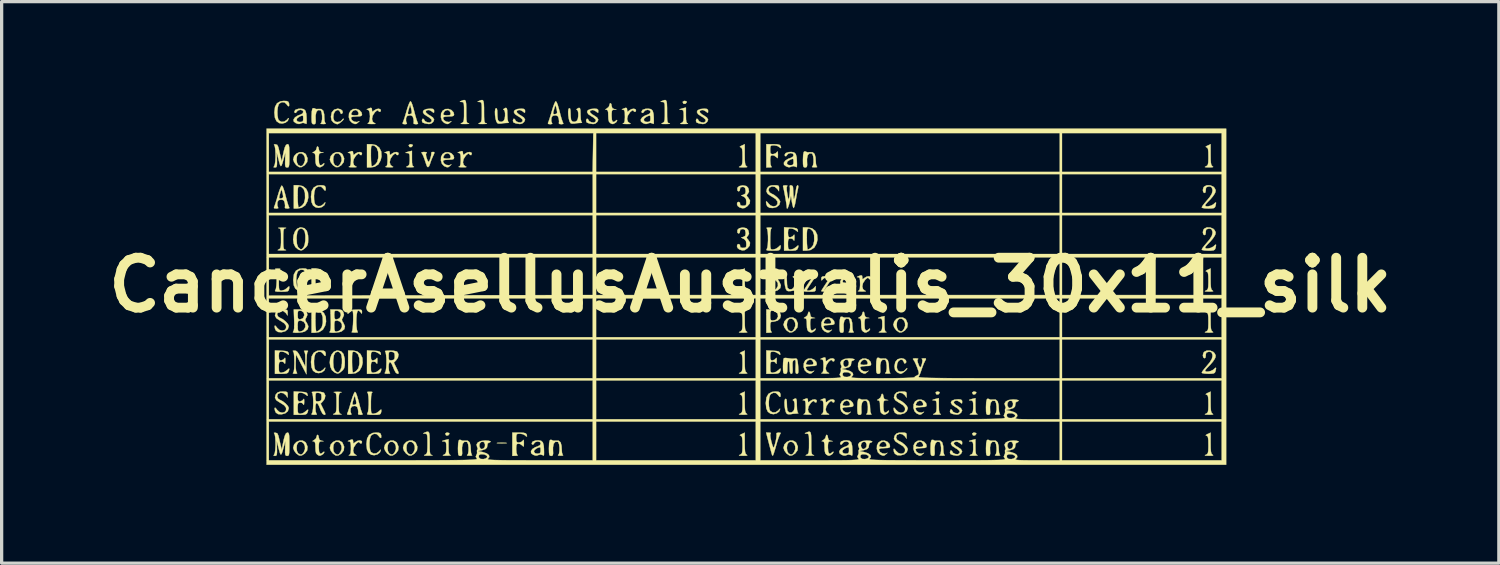
<source format=kicad_pcb>
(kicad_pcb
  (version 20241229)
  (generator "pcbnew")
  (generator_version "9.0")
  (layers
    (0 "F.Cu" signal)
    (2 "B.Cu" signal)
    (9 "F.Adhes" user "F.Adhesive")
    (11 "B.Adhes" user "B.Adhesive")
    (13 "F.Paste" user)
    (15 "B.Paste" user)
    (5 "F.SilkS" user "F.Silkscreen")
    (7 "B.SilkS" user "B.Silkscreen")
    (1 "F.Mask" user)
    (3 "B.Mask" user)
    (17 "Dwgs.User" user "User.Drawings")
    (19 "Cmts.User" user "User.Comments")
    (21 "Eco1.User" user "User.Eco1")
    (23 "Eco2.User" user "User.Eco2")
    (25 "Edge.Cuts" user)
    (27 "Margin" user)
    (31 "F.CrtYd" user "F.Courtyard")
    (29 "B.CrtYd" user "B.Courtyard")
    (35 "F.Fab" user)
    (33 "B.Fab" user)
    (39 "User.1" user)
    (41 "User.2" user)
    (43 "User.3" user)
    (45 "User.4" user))
  (footprint "CancerAsellusAustralis_30x11_silk"
    (layer "F.Cu")
    (at 19.856 5.653)
    (property "Reference" "CancerAsellusAustralis_30x11_silk" (at 0 0 0) (layer "F.SilkS") (effects (font (size 1.524 1.524) (thickness 0.3))))
    (attr through_hole)
    (fp_poly (pts (xy -10.31 -4.285) (xy -10.303 -4.261) (xy -10.343 -4.214) (xy -10.395 -4.212) (xy -10.408 -4.221) (xy -10.43 -4.27) (xy -10.392 -4.298) (xy -10.36 -4.301) (xy -10.31 -4.285)) (stroke (width 0.01) (type solid)) (fill yes) (layer "F.SilkS"))
    (fp_poly (pts (xy -9.192 4.52) (xy -9.186 4.544) (xy -9.225 4.591) (xy -9.278 4.593) (xy -9.29 4.584) (xy -9.312 4.535) (xy -9.275 4.507) (xy -9.243 4.504) (xy -9.192 4.52)) (stroke (width 0.01) (type solid)) (fill yes) (layer "F.SilkS"))
    (fp_poly (pts (xy -1.944 -5.606) (xy -1.938 -5.582) (xy -1.978 -5.535) (xy -2.03 -5.533) (xy -2.043 -5.542) (xy -2.065 -5.591) (xy -2.027 -5.619) (xy -1.995 -5.622) (xy -1.944 -5.606)) (stroke (width 0.01) (type solid)) (fill yes) (layer "F.SilkS"))
    (fp_poly (pts (xy 4.118 0.761) (xy 4.124 0.785) (xy 4.085 0.832) (xy 4.032 0.834) (xy 4.02 0.825) (xy 3.997 0.776) (xy 4.035 0.748) (xy 4.067 0.745) (xy 4.118 0.761)) (stroke (width 0.01) (type solid)) (fill yes) (layer "F.SilkS"))
    (fp_poly (pts (xy 5.777 3.267) (xy 5.783 3.291) (xy 5.744 3.338) (xy 5.691 3.34) (xy 5.679 3.331) (xy 5.657 3.282) (xy 5.694 3.254) (xy 5.726 3.251) (xy 5.777 3.267)) (stroke (width 0.01) (type solid)) (fill yes) (layer "F.SilkS"))
    (fp_poly (pts (xy 6.895 3.267) (xy 6.901 3.291) (xy 6.862 3.338) (xy 6.809 3.34) (xy 6.797 3.331) (xy 6.774 3.282) (xy 6.812 3.254) (xy 6.844 3.251) (xy 6.895 3.267)) (stroke (width 0.01) (type solid)) (fill yes) (layer "F.SilkS"))
    (fp_poly (pts (xy 6.895 4.52) (xy 6.901 4.544) (xy 6.862 4.591) (xy 6.809 4.593) (xy 6.797 4.584) (xy 6.774 4.535) (xy 6.812 4.507) (xy 6.844 4.504) (xy 6.895 4.52)) (stroke (width 0.01) (type solid)) (fill yes) (layer "F.SilkS"))
    (fp_poly (pts (xy -7.459 4.818) (xy -7.429 4.824) (xy -7.46 4.829) (xy -7.545 4.831) (xy -7.586 4.832) (xy -7.688 4.83) (xy -7.739 4.826) (xy -7.731 4.821) (xy -7.713 4.818) (xy -7.586 4.813) (xy -7.459 4.818)) (stroke (width 0.01) (type solid)) (fill yes) (layer "F.SilkS"))
    (fp_poly (pts (xy -10.329 -3.864) (xy -10.327 -3.736) (xy -10.316 -3.661) (xy -10.294 -3.624) (xy -10.27 -3.613) (xy -10.266 -3.604) (xy -10.317 -3.598) (xy -10.38 -3.596) (xy -10.473 -3.597) (xy -10.505 -3.605) (xy -10.483 -3.621) (xy -10.473 -3.625) (xy -10.429 -3.652) (xy -10.406 -3.699) (xy -10.398 -3.786) (xy -10.397 -3.843) (xy -10.4 -3.95) (xy -10.412 -4.006) (xy -10.44 -4.028) (xy -10.47 -4.03) (xy -10.525 -4.035) (xy -10.513 -4.05) (xy -10.438 -4.073) (xy -10.422 -4.077) (xy -10.329 -4.099) (xy -10.329 -3.864)) (stroke (width 0.01) (type solid)) (fill yes) (layer "F.SilkS"))
    (fp_poly (pts (xy -9.212 4.941) (xy -9.209 5.069) (xy -9.198 5.144) (xy -9.176 5.181) (xy -9.152 5.192) (xy -9.148 5.201) (xy -9.2 5.207) (xy -9.263 5.209) (xy -9.356 5.208) (xy -9.388 5.2) (xy -9.365 5.184) (xy -9.356 5.181) (xy -9.311 5.154) (xy -9.288 5.106) (xy -9.28 5.02) (xy -9.279 4.963) (xy -9.282 4.855) (xy -9.294 4.799) (xy -9.322 4.778) (xy -9.353 4.775) (xy -9.407 4.77) (xy -9.396 4.755) (xy -9.32 4.732) (xy -9.305 4.729) (xy -9.212 4.706) (xy -9.212 4.941)) (stroke (width 0.01) (type solid)) (fill yes) (layer "F.SilkS"))
    (fp_poly (pts (xy -1.964 -5.185) (xy -1.961 -5.057) (xy -1.951 -4.982) (xy -1.929 -4.945) (xy -1.905 -4.934) (xy -1.901 -4.925) (xy -1.952 -4.919) (xy -2.015 -4.917) (xy -2.108 -4.918) (xy -2.14 -4.926) (xy -2.117 -4.942) (xy -2.108 -4.946) (xy -2.064 -4.972) (xy -2.041 -5.02) (xy -2.033 -5.107) (xy -2.032 -5.164) (xy -2.035 -5.271) (xy -2.047 -5.327) (xy -2.075 -5.348) (xy -2.105 -5.351) (xy -2.16 -5.356) (xy -2.148 -5.371) (xy -2.072 -5.394) (xy -2.057 -5.398) (xy -1.964 -5.42) (xy -1.964 -5.185)) (stroke (width 0.01) (type solid)) (fill yes) (layer "F.SilkS"))
    (fp_poly (pts (xy 4.098 1.182) (xy 4.101 1.31) (xy 4.111 1.385) (xy 4.133 1.422) (xy 4.157 1.433) (xy 4.161 1.442) (xy 4.11 1.448) (xy 4.047 1.45) (xy 3.954 1.449) (xy 3.922 1.441) (xy 3.945 1.425) (xy 3.954 1.421) (xy 3.998 1.394) (xy 4.021 1.347) (xy 4.03 1.26) (xy 4.03 1.203) (xy 4.028 1.096) (xy 4.015 1.04) (xy 3.987 1.019) (xy 3.957 1.016) (xy 3.902 1.011) (xy 3.914 0.996) (xy 3.99 0.973) (xy 4.005 0.969) (xy 4.098 0.947) (xy 4.098 1.182)) (stroke (width 0.01) (type solid)) (fill yes) (layer "F.SilkS"))
    (fp_poly (pts (xy 5.757 3.688) (xy 5.76 3.816) (xy 5.771 3.891) (xy 5.793 3.928) (xy 5.817 3.939) (xy 5.821 3.948) (xy 5.769 3.954) (xy 5.707 3.956) (xy 5.613 3.955) (xy 5.581 3.947) (xy 5.604 3.931) (xy 5.613 3.927) (xy 5.658 3.901) (xy 5.681 3.853) (xy 5.689 3.766) (xy 5.69 3.709) (xy 5.687 3.602) (xy 5.675 3.546) (xy 5.647 3.525) (xy 5.616 3.522) (xy 5.562 3.517) (xy 5.573 3.502) (xy 5.649 3.479) (xy 5.664 3.475) (xy 5.757 3.453) (xy 5.757 3.688)) (stroke (width 0.01) (type solid)) (fill yes) (layer "F.SilkS"))
    (fp_poly (pts (xy 6.875 3.688) (xy 6.878 3.816) (xy 6.888 3.891) (xy 6.911 3.928) (xy 6.934 3.939) (xy 6.939 3.948) (xy 6.887 3.954) (xy 6.824 3.956) (xy 6.731 3.955) (xy 6.699 3.947) (xy 6.722 3.931) (xy 6.731 3.927) (xy 6.776 3.901) (xy 6.798 3.853) (xy 6.807 3.766) (xy 6.807 3.709) (xy 6.805 3.602) (xy 6.792 3.546) (xy 6.765 3.525) (xy 6.734 3.522) (xy 6.68 3.517) (xy 6.691 3.502) (xy 6.767 3.479) (xy 6.782 3.475) (xy 6.875 3.453) (xy 6.875 3.688)) (stroke (width 0.01) (type solid)) (fill yes) (layer "F.SilkS"))
    (fp_poly (pts (xy 6.875 4.941) (xy 6.878 5.069) (xy 6.888 5.144) (xy 6.911 5.181) (xy 6.934 5.192) (xy 6.939 5.201) (xy 6.887 5.207) (xy 6.824 5.209) (xy 6.731 5.208) (xy 6.699 5.2) (xy 6.722 5.184) (xy 6.731 5.181) (xy 6.776 5.154) (xy 6.798 5.106) (xy 6.807 5.02) (xy 6.807 4.963) (xy 6.805 4.855) (xy 6.792 4.799) (xy 6.765 4.778) (xy 6.734 4.775) (xy 6.68 4.77) (xy 6.691 4.755) (xy 6.767 4.732) (xy 6.782 4.729) (xy 6.875 4.706) (xy 6.875 4.941)) (stroke (width 0.01) (type solid)) (fill yes) (layer "F.SilkS"))
    (fp_poly (pts (xy -0.169 -3.98) (xy -0.167 -3.826) (xy -0.16 -3.726) (xy -0.146 -3.666) (xy -0.121 -3.634) (xy -0.11 -3.626) (xy -0.089 -3.606) (xy -0.121 -3.596) (xy -0.212 -3.593) (xy -0.22 -3.593) (xy -0.314 -3.596) (xy -0.346 -3.604) (xy -0.324 -3.62) (xy -0.313 -3.625) (xy -0.275 -3.646) (xy -0.252 -3.681) (xy -0.241 -3.746) (xy -0.237 -3.856) (xy -0.237 -3.925) (xy -0.239 -4.063) (xy -0.248 -4.146) (xy -0.265 -4.189) (xy -0.294 -4.205) (xy -0.294 -4.206) (xy -0.321 -4.22) (xy -0.288 -4.245) (xy -0.26 -4.258) (xy -0.169 -4.3) (xy -0.169 -3.98)) (stroke (width 0.01) (type solid)) (fill yes) (layer "F.SilkS"))
    (fp_poly (pts (xy -0.169 -0.187) (xy -0.167 -0.033) (xy -0.16 0.067) (xy -0.146 0.127) (xy -0.121 0.159) (xy -0.11 0.167) (xy -0.089 0.187) (xy -0.121 0.197) (xy -0.212 0.2) (xy -0.22 0.2) (xy -0.314 0.197) (xy -0.346 0.189) (xy -0.324 0.173) (xy -0.313 0.168) (xy -0.275 0.147) (xy -0.252 0.112) (xy -0.241 0.047) (xy -0.237 -0.063) (xy -0.237 -0.132) (xy -0.239 -0.27) (xy -0.248 -0.353) (xy -0.265 -0.396) (xy -0.294 -0.412) (xy -0.294 -0.412) (xy -0.321 -0.426) (xy -0.288 -0.452) (xy -0.26 -0.465) (xy -0.169 -0.507) (xy -0.169 -0.187)) (stroke (width 0.01) (type solid)) (fill yes) (layer "F.SilkS"))
    (fp_poly (pts (xy -0.169 1.066) (xy -0.167 1.22) (xy -0.16 1.32) (xy -0.146 1.38) (xy -0.121 1.412) (xy -0.11 1.42) (xy -0.089 1.44) (xy -0.121 1.45) (xy -0.212 1.453) (xy -0.22 1.453) (xy -0.314 1.45) (xy -0.346 1.442) (xy -0.324 1.426) (xy -0.313 1.421) (xy -0.275 1.4) (xy -0.252 1.365) (xy -0.241 1.3) (xy -0.237 1.19) (xy -0.237 1.121) (xy -0.239 0.983) (xy -0.248 0.9) (xy -0.265 0.857) (xy -0.294 0.841) (xy -0.294 0.841) (xy -0.321 0.827) (xy -0.288 0.802) (xy -0.26 0.788) (xy -0.169 0.747) (xy -0.169 1.066)) (stroke (width 0.01) (type solid)) (fill yes) (layer "F.SilkS"))
    (fp_poly (pts (xy -0.169 2.319) (xy -0.167 2.473) (xy -0.16 2.573) (xy -0.146 2.633) (xy -0.121 2.665) (xy -0.11 2.673) (xy -0.089 2.693) (xy -0.121 2.704) (xy -0.212 2.706) (xy -0.22 2.706) (xy -0.314 2.703) (xy -0.346 2.695) (xy -0.324 2.679) (xy -0.313 2.674) (xy -0.275 2.653) (xy -0.252 2.618) (xy -0.241 2.553) (xy -0.237 2.443) (xy -0.237 2.374) (xy -0.239 2.236) (xy -0.248 2.153) (xy -0.265 2.11) (xy -0.294 2.094) (xy -0.294 2.094) (xy -0.321 2.08) (xy -0.288 2.055) (xy -0.26 2.041) (xy -0.169 2) (xy -0.169 2.319)) (stroke (width 0.01) (type solid)) (fill yes) (layer "F.SilkS"))
    (fp_poly (pts (xy -0.169 3.572) (xy -0.167 3.726) (xy -0.16 3.826) (xy -0.146 3.886) (xy -0.121 3.919) (xy -0.11 3.926) (xy -0.089 3.946) (xy -0.121 3.957) (xy -0.212 3.959) (xy -0.22 3.959) (xy -0.314 3.956) (xy -0.346 3.948) (xy -0.324 3.932) (xy -0.313 3.927) (xy -0.275 3.907) (xy -0.252 3.871) (xy -0.241 3.806) (xy -0.237 3.696) (xy -0.237 3.627) (xy -0.239 3.49) (xy -0.248 3.406) (xy -0.265 3.363) (xy -0.294 3.347) (xy -0.294 3.347) (xy -0.321 3.333) (xy -0.288 3.308) (xy -0.26 3.294) (xy -0.169 3.253) (xy -0.169 3.572)) (stroke (width 0.01) (type solid)) (fill yes) (layer "F.SilkS"))
    (fp_poly (pts (xy -0.169 4.825) (xy -0.167 4.979) (xy -0.16 5.079) (xy -0.146 5.139) (xy -0.121 5.172) (xy -0.11 5.179) (xy -0.089 5.199) (xy -0.121 5.21) (xy -0.212 5.212) (xy -0.22 5.212) (xy -0.314 5.209) (xy -0.346 5.201) (xy -0.324 5.185) (xy -0.313 5.181) (xy -0.275 5.16) (xy -0.252 5.124) (xy -0.241 5.059) (xy -0.237 4.949) (xy -0.237 4.88) (xy -0.239 4.743) (xy -0.248 4.659) (xy -0.265 4.616) (xy -0.294 4.6) (xy -0.294 4.6) (xy -0.321 4.586) (xy -0.288 4.561) (xy -0.26 4.547) (xy -0.169 4.506) (xy -0.169 4.825)) (stroke (width 0.01) (type solid)) (fill yes) (layer "F.SilkS"))
    (fp_poly (pts (xy 14.055 -3.98) (xy 14.057 -3.826) (xy 14.064 -3.726) (xy 14.078 -3.666) (xy 14.103 -3.634) (xy 14.114 -3.626) (xy 14.135 -3.606) (xy 14.103 -3.596) (xy 14.012 -3.593) (xy 14.004 -3.593) (xy 13.91 -3.596) (xy 13.878 -3.604) (xy 13.9 -3.62) (xy 13.911 -3.625) (xy 13.949 -3.646) (xy 13.972 -3.681) (xy 13.983 -3.746) (xy 13.987 -3.856) (xy 13.987 -3.925) (xy 13.985 -4.063) (xy 13.976 -4.146) (xy 13.959 -4.189) (xy 13.93 -4.205) (xy 13.93 -4.206) (xy 13.903 -4.22) (xy 13.936 -4.245) (xy 13.964 -4.258) (xy 14.055 -4.3) (xy 14.055 -3.98)) (stroke (width 0.01) (type solid)) (fill yes) (layer "F.SilkS"))
    (fp_poly (pts (xy 14.055 -0.187) (xy 14.057 -0.033) (xy 14.064 0.067) (xy 14.078 0.127) (xy 14.103 0.159) (xy 14.114 0.167) (xy 14.135 0.187) (xy 14.103 0.197) (xy 14.012 0.2) (xy 14.004 0.2) (xy 13.91 0.197) (xy 13.878 0.189) (xy 13.9 0.173) (xy 13.911 0.168) (xy 13.949 0.147) (xy 13.972 0.112) (xy 13.983 0.047) (xy 13.987 -0.063) (xy 13.987 -0.132) (xy 13.985 -0.27) (xy 13.976 -0.353) (xy 13.959 -0.396) (xy 13.93 -0.412) (xy 13.93 -0.412) (xy 13.903 -0.426) (xy 13.936 -0.452) (xy 13.964 -0.465) (xy 14.055 -0.507) (xy 14.055 -0.187)) (stroke (width 0.01) (type solid)) (fill yes) (layer "F.SilkS"))
    (fp_poly (pts (xy 14.055 1.066) (xy 14.057 1.22) (xy 14.064 1.32) (xy 14.078 1.38) (xy 14.103 1.412) (xy 14.114 1.42) (xy 14.135 1.44) (xy 14.103 1.45) (xy 14.012 1.453) (xy 14.004 1.453) (xy 13.91 1.45) (xy 13.878 1.442) (xy 13.9 1.426) (xy 13.911 1.421) (xy 13.949 1.4) (xy 13.972 1.365) (xy 13.983 1.3) (xy 13.987 1.19) (xy 13.987 1.121) (xy 13.985 0.983) (xy 13.976 0.9) (xy 13.959 0.857) (xy 13.93 0.841) (xy 13.93 0.841) (xy 13.903 0.827) (xy 13.936 0.802) (xy 13.964 0.788) (xy 14.055 0.747) (xy 14.055 1.066)) (stroke (width 0.01) (type solid)) (fill yes) (layer "F.SilkS"))
    (fp_poly (pts (xy 14.055 3.572) (xy 14.057 3.726) (xy 14.064 3.826) (xy 14.078 3.886) (xy 14.103 3.919) (xy 14.114 3.926) (xy 14.135 3.946) (xy 14.103 3.957) (xy 14.012 3.959) (xy 14.004 3.959) (xy 13.91 3.956) (xy 13.878 3.948) (xy 13.9 3.932) (xy 13.911 3.927) (xy 13.949 3.907) (xy 13.972 3.871) (xy 13.983 3.806) (xy 13.987 3.696) (xy 13.987 3.627) (xy 13.985 3.49) (xy 13.976 3.406) (xy 13.959 3.363) (xy 13.93 3.347) (xy 13.93 3.347) (xy 13.903 3.333) (xy 13.936 3.308) (xy 13.964 3.294) (xy 14.055 3.253) (xy 14.055 3.572)) (stroke (width 0.01) (type solid)) (fill yes) (layer "F.SilkS"))
    (fp_poly (pts (xy 14.055 4.825) (xy 14.057 4.979) (xy 14.064 5.079) (xy 14.078 5.139) (xy 14.103 5.172) (xy 14.114 5.179) (xy 14.135 5.199) (xy 14.103 5.21) (xy 14.012 5.212) (xy 14.004 5.212) (xy 13.91 5.209) (xy 13.878 5.201) (xy 13.9 5.185) (xy 13.911 5.181) (xy 13.949 5.16) (xy 13.972 5.124) (xy 13.983 5.059) (xy 13.987 4.949) (xy 13.987 4.88) (xy 13.985 4.743) (xy 13.976 4.659) (xy 13.959 4.616) (xy 13.93 4.6) (xy 13.93 4.6) (xy 13.903 4.586) (xy 13.936 4.561) (xy 13.964 4.547) (xy 14.055 4.506) (xy 14.055 4.825)) (stroke (width 0.01) (type solid)) (fill yes) (layer "F.SilkS"))
    (fp_poly (pts (xy -9.805 4.511) (xy -9.792 4.586) (xy -9.788 4.713) (xy -9.787 4.824) (xy -9.787 4.982) (xy -9.783 5.085) (xy -9.773 5.145) (xy -9.755 5.175) (xy -9.725 5.189) (xy -9.711 5.192) (xy -9.699 5.2) (xy -9.745 5.206) (xy -9.821 5.209) (xy -9.921 5.208) (xy -9.96 5.2) (xy -9.943 5.185) (xy -9.931 5.181) (xy -9.895 5.161) (xy -9.873 5.129) (xy -9.861 5.07) (xy -9.856 4.969) (xy -9.855 4.844) (xy -9.856 4.699) (xy -9.861 4.609) (xy -9.873 4.561) (xy -9.895 4.54) (xy -9.931 4.536) (xy -9.984 4.532) (xy -9.972 4.519) (xy -9.94 4.504) (xy -9.874 4.479) (xy -9.831 4.478) (xy -9.805 4.511)) (stroke (width 0.01) (type solid)) (fill yes) (layer "F.SilkS"))
    (fp_poly (pts (xy -8.687 -5.615) (xy -8.675 -5.54) (xy -8.67 -5.413) (xy -8.67 -5.302) (xy -8.669 -5.144) (xy -8.665 -5.042) (xy -8.655 -4.981) (xy -8.637 -4.951) (xy -8.608 -4.938) (xy -8.594 -4.935) (xy -8.582 -4.926) (xy -8.627 -4.92) (xy -8.704 -4.917) (xy -8.804 -4.918) (xy -8.842 -4.926) (xy -8.825 -4.941) (xy -8.814 -4.946) (xy -8.778 -4.965) (xy -8.755 -4.997) (xy -8.743 -5.056) (xy -8.738 -5.157) (xy -8.738 -5.282) (xy -8.738 -5.427) (xy -8.743 -5.517) (xy -8.755 -5.566) (xy -8.778 -5.586) (xy -8.814 -5.59) (xy -8.867 -5.594) (xy -8.854 -5.608) (xy -8.822 -5.622) (xy -8.757 -5.647) (xy -8.713 -5.648) (xy -8.687 -5.615)) (stroke (width 0.01) (type solid)) (fill yes) (layer "F.SilkS"))
    (fp_poly (pts (xy -8.146 -5.615) (xy -8.133 -5.54) (xy -8.128 -5.413) (xy -8.128 -5.302) (xy -8.127 -5.144) (xy -8.123 -5.042) (xy -8.113 -4.981) (xy -8.095 -4.951) (xy -8.066 -4.938) (xy -8.052 -4.935) (xy -8.04 -4.926) (xy -8.086 -4.92) (xy -8.162 -4.917) (xy -8.262 -4.918) (xy -8.3 -4.926) (xy -8.283 -4.941) (xy -8.272 -4.946) (xy -8.236 -4.965) (xy -8.213 -4.997) (xy -8.201 -5.056) (xy -8.196 -5.157) (xy -8.196 -5.282) (xy -8.197 -5.427) (xy -8.201 -5.517) (xy -8.214 -5.566) (xy -8.236 -5.586) (xy -8.272 -5.59) (xy -8.325 -5.594) (xy -8.312 -5.608) (xy -8.28 -5.622) (xy -8.215 -5.647) (xy -8.171 -5.648) (xy -8.146 -5.615)) (stroke (width 0.01) (type solid)) (fill yes) (layer "F.SilkS"))
    (fp_poly (pts (xy -2.558 -5.615) (xy -2.545 -5.54) (xy -2.54 -5.413) (xy -2.54 -5.302) (xy -2.539 -5.144) (xy -2.535 -5.042) (xy -2.525 -4.981) (xy -2.507 -4.951) (xy -2.478 -4.938) (xy -2.464 -4.935) (xy -2.452 -4.926) (xy -2.498 -4.92) (xy -2.574 -4.917) (xy -2.674 -4.918) (xy -2.712 -4.926) (xy -2.695 -4.941) (xy -2.684 -4.946) (xy -2.648 -4.965) (xy -2.625 -4.997) (xy -2.613 -5.056) (xy -2.608 -5.157) (xy -2.608 -5.282) (xy -2.609 -5.427) (xy -2.613 -5.517) (xy -2.626 -5.566) (xy -2.648 -5.586) (xy -2.684 -5.59) (xy -2.737 -5.594) (xy -2.724 -5.608) (xy -2.692 -5.622) (xy -2.627 -5.647) (xy -2.583 -5.648) (xy -2.558 -5.615)) (stroke (width 0.01) (type solid)) (fill yes) (layer "F.SilkS"))
    (fp_poly (pts (xy 1.845 4.511) (xy 1.858 4.586) (xy 1.862 4.713) (xy 1.863 4.824) (xy 1.863 4.982) (xy 1.867 5.085) (xy 1.877 5.145) (xy 1.896 5.175) (xy 1.925 5.189) (xy 1.939 5.192) (xy 1.951 5.2) (xy 1.905 5.206) (xy 1.829 5.209) (xy 1.729 5.208) (xy 1.69 5.2) (xy 1.708 5.185) (xy 1.719 5.181) (xy 1.755 5.161) (xy 1.777 5.129) (xy 1.789 5.07) (xy 1.794 4.969) (xy 1.795 4.844) (xy 1.794 4.699) (xy 1.789 4.609) (xy 1.777 4.561) (xy 1.755 4.54) (xy 1.719 4.536) (xy 1.666 4.532) (xy 1.678 4.519) (xy 1.71 4.504) (xy 1.776 4.479) (xy 1.819 4.478) (xy 1.845 4.511)) (stroke (width 0.01) (type solid)) (fill yes) (layer "F.SilkS"))
    (fp_poly (pts (xy -13.66 -3.02) (xy -13.56 -2.941) (xy -13.502 -2.823) (xy -13.493 -2.675) (xy -13.519 -2.558) (xy -13.59 -2.431) (xy -13.702 -2.358) (xy -13.835 -2.337) (xy -13.936 -2.337) (xy -13.936 -2.695) (xy -13.818 -2.695) (xy -13.815 -2.556) (xy -13.807 -2.447) (xy -13.795 -2.382) (xy -13.787 -2.371) (xy -13.742 -2.39) (xy -13.682 -2.432) (xy -13.626 -2.504) (xy -13.597 -2.615) (xy -13.592 -2.661) (xy -13.596 -2.817) (xy -13.636 -2.933) (xy -13.707 -2.998) (xy -13.742 -3.008) (xy -13.777 -3.01) (xy -13.799 -2.996) (xy -13.811 -2.953) (xy -13.816 -2.869) (xy -13.818 -2.733) (xy -13.818 -2.695) (xy -13.936 -2.695) (xy -13.936 -3.048) (xy -13.798 -3.048) (xy -13.66 -3.02)) (stroke (width 0.01) (type solid)) (fill yes) (layer "F.SilkS"))
    (fp_poly (pts (xy -13.118 -0.48) (xy -13.018 -0.401) (xy -12.96 -0.283) (xy -12.951 -0.135) (xy -12.977 -0.018) (xy -13.048 0.109) (xy -13.16 0.182) (xy -13.293 0.203) (xy -13.394 0.203) (xy -13.394 -0.155) (xy -13.276 -0.155) (xy -13.273 -0.016) (xy -13.265 0.093) (xy -13.254 0.158) (xy -13.246 0.169) (xy -13.2 0.15) (xy -13.14 0.108) (xy -13.084 0.036) (xy -13.055 -0.075) (xy -13.05 -0.121) (xy -13.054 -0.277) (xy -13.094 -0.393) (xy -13.165 -0.458) (xy -13.2 -0.468) (xy -13.235 -0.47) (xy -13.257 -0.456) (xy -13.269 -0.413) (xy -13.275 -0.329) (xy -13.276 -0.193) (xy -13.276 -0.155) (xy -13.394 -0.155) (xy -13.394 -0.508) (xy -13.256 -0.508) (xy -13.118 -0.48)) (stroke (width 0.01) (type solid)) (fill yes) (layer "F.SilkS"))
    (fp_poly (pts (xy -13.118 0.773) (xy -13.018 0.852) (xy -12.96 0.97) (xy -12.951 1.118) (xy -12.977 1.235) (xy -13.048 1.362) (xy -13.16 1.435) (xy -13.293 1.456) (xy -13.394 1.456) (xy -13.394 1.098) (xy -13.276 1.098) (xy -13.273 1.237) (xy -13.265 1.346) (xy -13.254 1.411) (xy -13.246 1.422) (xy -13.2 1.403) (xy -13.14 1.361) (xy -13.084 1.29) (xy -13.055 1.178) (xy -13.05 1.132) (xy -13.054 0.976) (xy -13.094 0.86) (xy -13.165 0.795) (xy -13.2 0.785) (xy -13.235 0.783) (xy -13.257 0.797) (xy -13.269 0.84) (xy -13.275 0.924) (xy -13.276 1.06) (xy -13.276 1.098) (xy -13.394 1.098) (xy -13.394 0.745) (xy -13.256 0.745) (xy -13.118 0.773)) (stroke (width 0.01) (type solid)) (fill yes) (layer "F.SilkS"))
    (fp_poly (pts (xy -12.001 2.026) (xy -11.9 2.105) (xy -11.843 2.223) (xy -11.834 2.371) (xy -11.86 2.488) (xy -11.931 2.615) (xy -12.042 2.688) (xy -12.175 2.709) (xy -12.277 2.709) (xy -12.277 2.351) (xy -12.158 2.351) (xy -12.155 2.49) (xy -12.147 2.599) (xy -12.136 2.664) (xy -12.128 2.675) (xy -12.082 2.656) (xy -12.022 2.614) (xy -11.966 2.543) (xy -11.937 2.431) (xy -11.932 2.385) (xy -11.937 2.229) (xy -11.976 2.114) (xy -12.048 2.048) (xy -12.083 2.038) (xy -12.118 2.036) (xy -12.14 2.05) (xy -12.152 2.093) (xy -12.157 2.177) (xy -12.158 2.313) (xy -12.158 2.351) (xy -12.277 2.351) (xy -12.277 1.998) (xy -12.139 1.998) (xy -12.001 2.026)) (stroke (width 0.01) (type solid)) (fill yes) (layer "F.SilkS"))
    (fp_poly (pts (xy -11.425 -4.273) (xy -11.325 -4.194) (xy -11.267 -4.076) (xy -11.258 -3.928) (xy -11.284 -3.811) (xy -11.355 -3.684) (xy -11.467 -3.611) (xy -11.599 -3.59) (xy -11.701 -3.59) (xy -11.701 -3.948) (xy -11.582 -3.948) (xy -11.579 -3.809) (xy -11.572 -3.7) (xy -11.56 -3.635) (xy -11.552 -3.624) (xy -11.506 -3.643) (xy -11.446 -3.685) (xy -11.391 -3.757) (xy -11.361 -3.868) (xy -11.356 -3.914) (xy -11.361 -4.07) (xy -11.401 -4.186) (xy -11.472 -4.251) (xy -11.507 -4.261) (xy -11.542 -4.263) (xy -11.564 -4.249) (xy -11.576 -4.206) (xy -11.581 -4.122) (xy -11.582 -3.986) (xy -11.582 -3.948) (xy -11.701 -3.948) (xy -11.701 -4.301) (xy -11.563 -4.301) (xy -11.425 -4.273)) (stroke (width 0.01) (type solid)) (fill yes) (layer "F.SilkS"))
    (fp_poly (pts (xy 1.884 -1.733) (xy 1.985 -1.654) (xy 2.043 -1.536) (xy 2.052 -1.388) (xy 2.026 -1.271) (xy 1.955 -1.144) (xy 1.843 -1.071) (xy 1.71 -1.05) (xy 1.609 -1.05) (xy 1.609 -1.408) (xy 1.727 -1.408) (xy 1.73 -1.269) (xy 1.738 -1.16) (xy 1.749 -1.095) (xy 1.757 -1.084) (xy 1.803 -1.103) (xy 1.863 -1.145) (xy 1.919 -1.217) (xy 1.948 -1.328) (xy 1.953 -1.374) (xy 1.949 -1.53) (xy 1.909 -1.646) (xy 1.838 -1.711) (xy 1.803 -1.721) (xy 1.768 -1.723) (xy 1.746 -1.709) (xy 1.734 -1.666) (xy 1.728 -1.582) (xy 1.727 -1.446) (xy 1.727 -1.408) (xy 1.609 -1.408) (xy 1.609 -1.761) (xy 1.747 -1.761) (xy 1.884 -1.733)) (stroke (width 0.01) (type solid)) (fill yes) (layer "F.SilkS"))
    (fp_poly (pts (xy -13.584 -4.011) (xy -13.566 -3.989) (xy -13.516 -3.87) (xy -13.529 -3.756) (xy -13.601 -3.661) (xy -13.602 -3.66) (xy -13.696 -3.602) (xy -13.772 -3.601) (xy -13.854 -3.657) (xy -13.87 -3.673) (xy -13.927 -3.753) (xy -13.953 -3.832) (xy -13.953 -3.833) (xy -13.852 -3.833) (xy -13.839 -3.736) (xy -13.803 -3.668) (xy -13.792 -3.66) (xy -13.724 -3.629) (xy -13.677 -3.644) (xy -13.629 -3.707) (xy -13.594 -3.8) (xy -13.598 -3.892) (xy -13.633 -3.969) (xy -13.69 -4.017) (xy -13.759 -4.02) (xy -13.802 -3.995) (xy -13.84 -3.929) (xy -13.852 -3.833) (xy -13.953 -3.833) (xy -13.953 -3.836) (xy -13.926 -3.937) (xy -13.857 -4.013) (xy -13.765 -4.055) (xy -13.668 -4.057) (xy -13.584 -4.011)) (stroke (width 0.01) (type solid)) (fill yes) (layer "F.SilkS"))
    (fp_poly (pts (xy -13.584 4.794) (xy -13.566 4.817) (xy -13.516 4.935) (xy -13.529 5.049) (xy -13.601 5.145) (xy -13.602 5.145) (xy -13.696 5.203) (xy -13.772 5.205) (xy -13.854 5.148) (xy -13.87 5.132) (xy -13.927 5.052) (xy -13.953 4.973) (xy -13.953 4.973) (xy -13.852 4.973) (xy -13.839 5.069) (xy -13.803 5.137) (xy -13.792 5.145) (xy -13.724 5.176) (xy -13.677 5.161) (xy -13.629 5.098) (xy -13.594 5.006) (xy -13.598 4.913) (xy -13.633 4.836) (xy -13.69 4.789) (xy -13.759 4.786) (xy -13.802 4.81) (xy -13.84 4.877) (xy -13.852 4.973) (xy -13.953 4.973) (xy -13.953 4.969) (xy -13.926 4.868) (xy -13.857 4.793) (xy -13.765 4.75) (xy -13.668 4.748) (xy -13.584 4.794)) (stroke (width 0.01) (type solid)) (fill yes) (layer "F.SilkS"))
    (fp_poly (pts (xy -12.467 -4.011) (xy -12.448 -3.989) (xy -12.399 -3.87) (xy -12.411 -3.756) (xy -12.484 -3.661) (xy -12.484 -3.66) (xy -12.578 -3.602) (xy -12.655 -3.601) (xy -12.736 -3.657) (xy -12.752 -3.673) (xy -12.81 -3.753) (xy -12.835 -3.832) (xy -12.835 -3.833) (xy -12.734 -3.833) (xy -12.722 -3.736) (xy -12.686 -3.668) (xy -12.675 -3.66) (xy -12.606 -3.629) (xy -12.56 -3.644) (xy -12.512 -3.707) (xy -12.476 -3.8) (xy -12.481 -3.892) (xy -12.516 -3.969) (xy -12.572 -4.017) (xy -12.642 -4.02) (xy -12.685 -3.995) (xy -12.722 -3.929) (xy -12.734 -3.833) (xy -12.835 -3.833) (xy -12.835 -3.836) (xy -12.808 -3.937) (xy -12.74 -4.013) (xy -12.648 -4.055) (xy -12.551 -4.057) (xy -12.467 -4.011)) (stroke (width 0.01) (type solid)) (fill yes) (layer "F.SilkS"))
    (fp_poly (pts (xy -12.467 4.794) (xy -12.448 4.817) (xy -12.399 4.935) (xy -12.411 5.049) (xy -12.484 5.145) (xy -12.484 5.145) (xy -12.578 5.203) (xy -12.655 5.205) (xy -12.736 5.148) (xy -12.752 5.132) (xy -12.81 5.052) (xy -12.835 4.973) (xy -12.835 4.973) (xy -12.734 4.973) (xy -12.722 5.069) (xy -12.686 5.137) (xy -12.675 5.145) (xy -12.606 5.176) (xy -12.56 5.161) (xy -12.512 5.098) (xy -12.476 5.006) (xy -12.481 4.913) (xy -12.516 4.836) (xy -12.572 4.789) (xy -12.642 4.786) (xy -12.685 4.81) (xy -12.722 4.877) (xy -12.734 4.973) (xy -12.835 4.973) (xy -12.835 4.969) (xy -12.808 4.868) (xy -12.74 4.793) (xy -12.648 4.75) (xy -12.551 4.748) (xy -12.467 4.794)) (stroke (width 0.01) (type solid)) (fill yes) (layer "F.SilkS"))
    (fp_poly (pts (xy -10.807 4.794) (xy -10.788 4.817) (xy -10.739 4.935) (xy -10.752 5.049) (xy -10.824 5.145) (xy -10.825 5.145) (xy -10.919 5.203) (xy -10.995 5.205) (xy -11.077 5.148) (xy -11.093 5.132) (xy -11.15 5.052) (xy -11.176 4.973) (xy -11.176 4.973) (xy -11.075 4.973) (xy -11.062 5.069) (xy -11.026 5.137) (xy -11.015 5.145) (xy -10.947 5.176) (xy -10.9 5.161) (xy -10.852 5.098) (xy -10.817 5.006) (xy -10.821 4.913) (xy -10.856 4.836) (xy -10.913 4.789) (xy -10.982 4.786) (xy -11.025 4.81) (xy -11.063 4.877) (xy -11.075 4.973) (xy -11.176 4.973) (xy -11.176 4.969) (xy -11.149 4.868) (xy -11.08 4.793) (xy -10.988 4.75) (xy -10.891 4.748) (xy -10.807 4.794)) (stroke (width 0.01) (type solid)) (fill yes) (layer "F.SilkS"))
    (fp_poly (pts (xy -10.232 4.794) (xy -10.213 4.817) (xy -10.163 4.935) (xy -10.176 5.049) (xy -10.249 5.145) (xy -10.249 5.145) (xy -10.343 5.203) (xy -10.42 5.205) (xy -10.501 5.148) (xy -10.517 5.132) (xy -10.575 5.052) (xy -10.6 4.973) (xy -10.6 4.973) (xy -10.499 4.973) (xy -10.487 5.069) (xy -10.45 5.137) (xy -10.439 5.145) (xy -10.371 5.176) (xy -10.325 5.161) (xy -10.276 5.098) (xy -10.241 5.006) (xy -10.245 4.913) (xy -10.28 4.836) (xy -10.337 4.789) (xy -10.406 4.786) (xy -10.449 4.81) (xy -10.487 4.877) (xy -10.499 4.973) (xy -10.6 4.973) (xy -10.6 4.969) (xy -10.573 4.868) (xy -10.505 4.793) (xy -10.413 4.75) (xy -10.315 4.748) (xy -10.232 4.794)) (stroke (width 0.01) (type solid)) (fill yes) (layer "F.SilkS"))
    (fp_poly (pts (xy 1.385 1.035) (xy 1.404 1.057) (xy 1.453 1.176) (xy 1.44 1.29) (xy 1.368 1.386) (xy 1.367 1.386) (xy 1.273 1.444) (xy 1.197 1.445) (xy 1.115 1.389) (xy 1.099 1.373) (xy 1.042 1.293) (xy 1.016 1.214) (xy 1.016 1.213) (xy 1.117 1.213) (xy 1.13 1.31) (xy 1.166 1.378) (xy 1.177 1.386) (xy 1.245 1.417) (xy 1.292 1.402) (xy 1.34 1.339) (xy 1.375 1.246) (xy 1.371 1.154) (xy 1.336 1.077) (xy 1.279 1.029) (xy 1.21 1.026) (xy 1.167 1.051) (xy 1.129 1.118) (xy 1.117 1.213) (xy 1.016 1.213) (xy 1.016 1.21) (xy 1.043 1.109) (xy 1.112 1.033) (xy 1.204 0.991) (xy 1.301 0.989) (xy 1.385 1.035)) (stroke (width 0.01) (type solid)) (fill yes) (layer "F.SilkS"))
    (fp_poly (pts (xy 1.385 4.794) (xy 1.404 4.817) (xy 1.453 4.935) (xy 1.44 5.049) (xy 1.368 5.145) (xy 1.367 5.145) (xy 1.273 5.203) (xy 1.197 5.205) (xy 1.115 5.148) (xy 1.099 5.132) (xy 1.042 5.052) (xy 1.016 4.973) (xy 1.016 4.973) (xy 1.117 4.973) (xy 1.13 5.069) (xy 1.166 5.137) (xy 1.177 5.145) (xy 1.245 5.176) (xy 1.292 5.161) (xy 1.34 5.098) (xy 1.375 5.006) (xy 1.371 4.913) (xy 1.336 4.836) (xy 1.279 4.789) (xy 1.21 4.786) (xy 1.167 4.81) (xy 1.129 4.877) (xy 1.117 4.973) (xy 1.016 4.973) (xy 1.016 4.969) (xy 1.043 4.868) (xy 1.112 4.793) (xy 1.204 4.75) (xy 1.301 4.748) (xy 1.385 4.794)) (stroke (width 0.01) (type solid)) (fill yes) (layer "F.SilkS"))
    (fp_poly (pts (xy 1.864 -0.07) (xy 1.797 0.032) (xy 1.748 0.11) (xy 1.727 0.149) (xy 1.727 0.151) (xy 1.753 0.171) (xy 1.813 0.165) (xy 1.883 0.136) (xy 1.93 0.102) (xy 1.998 0.034) (xy 1.998 0.119) (xy 1.993 0.167) (xy 1.968 0.192) (xy 1.905 0.202) (xy 1.812 0.203) (xy 1.71 0.2) (xy 1.642 0.192) (xy 1.626 0.184) (xy 1.643 0.149) (xy 1.69 0.074) (xy 1.756 -0.026) (xy 1.762 -0.036) (xy 1.899 -0.237) (xy 1.808 -0.237) (xy 1.723 -0.216) (xy 1.673 -0.178) (xy 1.639 -0.14) (xy 1.628 -0.162) (xy 1.627 -0.195) (xy 1.632 -0.238) (xy 1.661 -0.261) (xy 1.729 -0.27) (xy 1.813 -0.271) (xy 2.001 -0.271) (xy 1.864 -0.07)) (stroke (width 0.01) (type solid)) (fill yes) (layer "F.SilkS"))
    (fp_poly (pts (xy 2.406 -0.07) (xy 2.339 0.032) (xy 2.29 0.11) (xy 2.269 0.149) (xy 2.269 0.151) (xy 2.294 0.171) (xy 2.354 0.165) (xy 2.425 0.136) (xy 2.472 0.102) (xy 2.54 0.034) (xy 2.54 0.119) (xy 2.535 0.167) (xy 2.51 0.192) (xy 2.447 0.202) (xy 2.354 0.203) (xy 2.252 0.2) (xy 2.184 0.192) (xy 2.167 0.184) (xy 2.185 0.149) (xy 2.232 0.074) (xy 2.297 -0.026) (xy 2.304 -0.036) (xy 2.441 -0.237) (xy 2.35 -0.237) (xy 2.265 -0.216) (xy 2.215 -0.178) (xy 2.181 -0.14) (xy 2.17 -0.162) (xy 2.169 -0.195) (xy 2.174 -0.238) (xy 2.203 -0.261) (xy 2.271 -0.27) (xy 2.355 -0.271) (xy 2.543 -0.271) (xy 2.406 -0.07)) (stroke (width 0.01) (type solid)) (fill yes) (layer "F.SilkS"))
    (fp_poly (pts (xy 4.738 1.035) (xy 4.756 1.057) (xy 4.806 1.176) (xy 4.793 1.29) (xy 4.72 1.386) (xy 4.72 1.386) (xy 4.626 1.444) (xy 4.549 1.445) (xy 4.468 1.389) (xy 4.452 1.373) (xy 4.394 1.293) (xy 4.369 1.214) (xy 4.369 1.213) (xy 4.47 1.213) (xy 4.482 1.31) (xy 4.519 1.378) (xy 4.53 1.386) (xy 4.598 1.417) (xy 4.644 1.402) (xy 4.693 1.339) (xy 4.728 1.246) (xy 4.724 1.154) (xy 4.689 1.077) (xy 4.632 1.029) (xy 4.563 1.026) (xy 4.52 1.051) (xy 4.482 1.118) (xy 4.47 1.213) (xy 4.369 1.213) (xy 4.369 1.21) (xy 4.396 1.109) (xy 4.464 1.033) (xy 4.557 0.991) (xy 4.654 0.989) (xy 4.738 1.035)) (stroke (width 0.01) (type solid)) (fill yes) (layer "F.SilkS"))
    (fp_poly (pts (xy -14.205 -1.75) (xy -14.168 -1.744) (xy -14.182 -1.737) (xy -14.217 -1.726) (xy -14.24 -1.702) (xy -14.252 -1.65) (xy -14.257 -1.558) (xy -14.258 -1.411) (xy -14.258 -1.405) (xy -14.257 -1.257) (xy -14.252 -1.163) (xy -14.24 -1.11) (xy -14.218 -1.085) (xy -14.183 -1.074) (xy -14.182 -1.074) (xy -14.17 -1.066) (xy -14.215 -1.059) (xy -14.292 -1.057) (xy -14.392 -1.058) (xy -14.43 -1.065) (xy -14.413 -1.08) (xy -14.402 -1.085) (xy -14.365 -1.104) (xy -14.343 -1.137) (xy -14.331 -1.196) (xy -14.326 -1.297) (xy -14.326 -1.419) (xy -14.327 -1.563) (xy -14.332 -1.654) (xy -14.345 -1.704) (xy -14.368 -1.728) (xy -14.402 -1.737) (xy -14.414 -1.745) (xy -14.368 -1.75) (xy -14.292 -1.752) (xy -14.205 -1.75)) (stroke (width 0.01) (type solid)) (fill yes) (layer "F.SilkS"))
    (fp_poly (pts (xy -14.149 -5.617) (xy -14.102 -5.595) (xy -14.082 -5.546) (xy -14.08 -5.537) (xy -14.079 -5.469) (xy -14.106 -5.458) (xy -14.149 -5.508) (xy -14.156 -5.52) (xy -14.218 -5.577) (xy -14.3 -5.584) (xy -14.375 -5.544) (xy -14.399 -5.512) (xy -14.425 -5.425) (xy -14.437 -5.307) (xy -14.434 -5.183) (xy -14.416 -5.079) (xy -14.394 -5.03) (xy -14.318 -4.984) (xy -14.227 -4.99) (xy -14.149 -5.044) (xy -14.141 -5.054) (xy -14.104 -5.097) (xy -14.089 -5.094) (xy -14.118 -5.014) (xy -14.193 -4.956) (xy -14.292 -4.931) (xy -14.383 -4.945) (xy -14.465 -5.004) (xy -14.512 -5.107) (xy -14.529 -5.263) (xy -14.529 -5.276) (xy -14.509 -5.44) (xy -14.448 -5.55) (xy -14.344 -5.61) (xy -14.242 -5.622) (xy -14.149 -5.617)) (stroke (width 0.01) (type solid)) (fill yes) (layer "F.SilkS"))
    (fp_poly (pts (xy -13.573 -0.503) (xy -13.527 -0.481) (xy -13.506 -0.432) (xy -13.505 -0.423) (xy -13.504 -0.355) (xy -13.53 -0.344) (xy -13.573 -0.394) (xy -13.581 -0.406) (xy -13.643 -0.463) (xy -13.724 -0.47) (xy -13.799 -0.43) (xy -13.823 -0.398) (xy -13.849 -0.311) (xy -13.861 -0.193) (xy -13.858 -0.069) (xy -13.841 0.035) (xy -13.818 0.084) (xy -13.742 0.13) (xy -13.651 0.124) (xy -13.573 0.07) (xy -13.566 0.06) (xy -13.528 0.017) (xy -13.513 0.02) (xy -13.543 0.1) (xy -13.618 0.158) (xy -13.716 0.183) (xy -13.807 0.169) (xy -13.889 0.11) (xy -13.937 0.007) (xy -13.953 -0.149) (xy -13.953 -0.163) (xy -13.933 -0.326) (xy -13.872 -0.436) (xy -13.769 -0.496) (xy -13.667 -0.508) (xy -13.573 -0.503)) (stroke (width 0.01) (type solid)) (fill yes) (layer "F.SilkS"))
    (fp_poly (pts (xy -13.182 -4.204) (xy -13.174 -4.151) (xy -13.153 -4.08) (xy -13.098 -4.054) (xy -13.022 -4.039) (xy -13.098 -4.035) (xy -13.142 -4.026) (xy -13.165 -3.994) (xy -13.173 -3.922) (xy -13.174 -3.844) (xy -13.165 -3.72) (xy -13.137 -3.661) (xy -13.088 -3.663) (xy -13.045 -3.698) (xy -13.012 -3.721) (xy -13.005 -3.699) (xy -13.031 -3.654) (xy -13.07 -3.625) (xy -13.128 -3.597) (xy -13.166 -3.599) (xy -13.216 -3.626) (xy -13.254 -3.668) (xy -13.272 -3.746) (xy -13.276 -3.846) (xy -13.279 -3.954) (xy -13.294 -4.011) (xy -13.324 -4.031) (xy -13.335 -4.032) (xy -13.367 -4.039) (xy -13.34 -4.06) (xy -13.318 -4.071) (xy -13.259 -4.123) (xy -13.242 -4.171) (xy -13.227 -4.223) (xy -13.208 -4.233) (xy -13.182 -4.204)) (stroke (width 0.01) (type solid)) (fill yes) (layer "F.SilkS"))
    (fp_poly (pts (xy -13.182 4.601) (xy -13.174 4.654) (xy -13.153 4.725) (xy -13.098 4.751) (xy -13.022 4.766) (xy -13.098 4.771) (xy -13.142 4.78) (xy -13.165 4.812) (xy -13.173 4.883) (xy -13.174 4.961) (xy -13.165 5.085) (xy -13.137 5.145) (xy -13.088 5.142) (xy -13.045 5.107) (xy -13.012 5.084) (xy -13.005 5.106) (xy -13.031 5.152) (xy -13.07 5.18) (xy -13.128 5.209) (xy -13.166 5.207) (xy -13.216 5.179) (xy -13.254 5.138) (xy -13.272 5.06) (xy -13.276 4.96) (xy -13.279 4.851) (xy -13.294 4.794) (xy -13.324 4.774) (xy -13.335 4.773) (xy -13.367 4.766) (xy -13.34 4.745) (xy -13.318 4.734) (xy -13.259 4.683) (xy -13.242 4.635) (xy -13.227 4.582) (xy -13.208 4.572) (xy -13.182 4.601)) (stroke (width 0.01) (type solid)) (fill yes) (layer "F.SilkS"))
    (fp_poly (pts (xy -13.031 -3.043) (xy -12.985 -3.021) (xy -12.964 -2.972) (xy -12.963 -2.963) (xy -12.962 -2.895) (xy -12.988 -2.884) (xy -13.032 -2.934) (xy -13.039 -2.946) (xy -13.101 -3.003) (xy -13.182 -3.01) (xy -13.257 -2.97) (xy -13.281 -2.938) (xy -13.307 -2.851) (xy -13.319 -2.733) (xy -13.316 -2.609) (xy -13.299 -2.505) (xy -13.276 -2.456) (xy -13.2 -2.41) (xy -13.11 -2.416) (xy -13.031 -2.47) (xy -13.024 -2.48) (xy -12.986 -2.523) (xy -12.971 -2.52) (xy -13.001 -2.44) (xy -13.076 -2.382) (xy -13.174 -2.357) (xy -13.265 -2.371) (xy -13.348 -2.43) (xy -13.395 -2.533) (xy -13.411 -2.689) (xy -13.411 -2.703) (xy -13.391 -2.866) (xy -13.33 -2.976) (xy -13.227 -3.036) (xy -13.125 -3.048) (xy -13.031 -3.043)) (stroke (width 0.01) (type solid)) (fill yes) (layer "F.SilkS"))
    (fp_poly (pts (xy -13.031 2.003) (xy -12.985 2.025) (xy -12.964 2.074) (xy -12.963 2.083) (xy -12.962 2.151) (xy -12.988 2.162) (xy -13.032 2.112) (xy -13.039 2.1) (xy -13.101 2.043) (xy -13.182 2.036) (xy -13.257 2.076) (xy -13.281 2.108) (xy -13.307 2.195) (xy -13.319 2.313) (xy -13.316 2.437) (xy -13.299 2.541) (xy -13.276 2.59) (xy -13.2 2.636) (xy -13.11 2.63) (xy -13.031 2.576) (xy -13.024 2.566) (xy -12.986 2.523) (xy -12.971 2.526) (xy -13.001 2.606) (xy -13.076 2.664) (xy -13.174 2.689) (xy -13.265 2.675) (xy -13.348 2.616) (xy -13.395 2.513) (xy -13.411 2.357) (xy -13.411 2.344) (xy -13.391 2.18) (xy -13.33 2.07) (xy -13.227 2.01) (xy -13.125 1.998) (xy -13.031 2.003)) (stroke (width 0.01) (type solid)) (fill yes) (layer "F.SilkS"))
    (fp_poly (pts (xy -12.512 3.263) (xy -12.474 3.268) (xy -12.488 3.275) (xy -12.524 3.286) (xy -12.546 3.31) (xy -12.558 3.362) (xy -12.564 3.455) (xy -12.565 3.601) (xy -12.565 3.607) (xy -12.564 3.755) (xy -12.559 3.849) (xy -12.547 3.902) (xy -12.525 3.927) (xy -12.49 3.938) (xy -12.488 3.938) (xy -12.476 3.947) (xy -12.522 3.953) (xy -12.598 3.956) (xy -12.698 3.955) (xy -12.737 3.947) (xy -12.72 3.932) (xy -12.708 3.927) (xy -12.672 3.908) (xy -12.65 3.876) (xy -12.638 3.816) (xy -12.633 3.715) (xy -12.632 3.593) (xy -12.633 3.449) (xy -12.639 3.358) (xy -12.651 3.308) (xy -12.675 3.285) (xy -12.708 3.275) (xy -12.72 3.267) (xy -12.675 3.262) (xy -12.598 3.26) (xy -12.512 3.263)) (stroke (width 0.01) (type solid)) (fill yes) (layer "F.SilkS"))
    (fp_poly (pts (xy -12.507 -5.366) (xy -12.453 -5.322) (xy -12.442 -5.268) (xy -12.459 -5.24) (xy -12.493 -5.223) (xy -12.516 -5.266) (xy -12.519 -5.277) (xy -12.556 -5.337) (xy -12.611 -5.344) (xy -12.677 -5.304) (xy -12.719 -5.22) (xy -12.729 -5.113) (xy -12.721 -5.068) (xy -12.69 -5.002) (xy -12.627 -4.979) (xy -12.597 -4.978) (xy -12.514 -4.994) (xy -12.475 -5.029) (xy -12.437 -5.073) (xy -12.417 -5.079) (xy -12.412 -5.062) (xy -12.445 -5.021) (xy -12.5 -4.972) (xy -12.56 -4.931) (xy -12.606 -4.911) (xy -12.61 -4.911) (xy -12.667 -4.929) (xy -12.726 -4.963) (xy -12.783 -5.029) (xy -12.801 -5.13) (xy -12.802 -5.144) (xy -12.777 -5.271) (xy -12.706 -5.354) (xy -12.597 -5.385) (xy -12.591 -5.385) (xy -12.507 -5.366)) (stroke (width 0.01) (type solid)) (fill yes) (layer "F.SilkS"))
    (fp_poly (pts (xy -11.338 4.509) (xy -11.291 4.531) (xy -11.271 4.58) (xy -11.269 4.589) (xy -11.268 4.658) (xy -11.295 4.668) (xy -11.338 4.618) (xy -11.345 4.606) (xy -11.407 4.549) (xy -11.489 4.542) (xy -11.564 4.582) (xy -11.588 4.614) (xy -11.614 4.701) (xy -11.626 4.819) (xy -11.623 4.943) (xy -11.605 5.047) (xy -11.583 5.096) (xy -11.507 5.142) (xy -11.416 5.137) (xy -11.338 5.082) (xy -11.33 5.072) (xy -11.293 5.029) (xy -11.278 5.032) (xy -11.307 5.112) (xy -11.382 5.17) (xy -11.481 5.195) (xy -11.572 5.181) (xy -11.654 5.122) (xy -11.702 5.019) (xy -11.718 4.863) (xy -11.718 4.85) (xy -11.698 4.686) (xy -11.637 4.576) (xy -11.533 4.517) (xy -11.431 4.504) (xy -11.338 4.509)) (stroke (width 0.01) (type solid)) (fill yes) (layer "F.SilkS"))
    (fp_poly (pts (xy -9.651 -4.061) (xy -9.642 -4.039) (xy -9.664 -3.983) (xy -9.687 -3.935) (xy -9.733 -3.828) (xy -9.768 -3.73) (xy -9.772 -3.714) (xy -9.803 -3.633) (xy -9.838 -3.599) (xy -9.865 -3.615) (xy -9.883 -3.659) (xy -9.914 -3.746) (xy -9.94 -3.827) (xy -9.979 -3.933) (xy -10.017 -4.011) (xy -10.038 -4.038) (xy -10.034 -4.054) (xy -9.977 -4.063) (xy -9.957 -4.063) (xy -9.888 -4.057) (xy -9.874 -4.041) (xy -9.88 -4.037) (xy -9.903 -4.002) (xy -9.896 -3.934) (xy -9.882 -3.885) (xy -9.853 -3.805) (xy -9.826 -3.762) (xy -9.821 -3.759) (xy -9.797 -3.788) (xy -9.769 -3.857) (xy -9.747 -3.94) (xy -9.736 -4.01) (xy -9.74 -4.036) (xy -9.727 -4.058) (xy -9.691 -4.064) (xy -9.651 -4.061)) (stroke (width 0.01) (type solid)) (fill yes) (layer "F.SilkS"))
    (fp_poly (pts (xy -4.241 -5.525) (xy -4.233 -5.472) (xy -4.212 -5.401) (xy -4.157 -5.375) (xy -4.081 -5.36) (xy -4.157 -5.356) (xy -4.201 -5.346) (xy -4.224 -5.314) (xy -4.232 -5.243) (xy -4.233 -5.165) (xy -4.224 -5.041) (xy -4.196 -4.981) (xy -4.148 -4.984) (xy -4.105 -5.019) (xy -4.071 -5.042) (xy -4.064 -5.02) (xy -4.091 -4.974) (xy -4.13 -4.946) (xy -4.187 -4.917) (xy -4.225 -4.92) (xy -4.276 -4.947) (xy -4.313 -4.988) (xy -4.331 -5.066) (xy -4.335 -5.166) (xy -4.339 -5.275) (xy -4.353 -5.332) (xy -4.383 -5.352) (xy -4.394 -5.353) (xy -4.426 -5.36) (xy -4.399 -5.381) (xy -4.377 -5.392) (xy -4.319 -5.443) (xy -4.301 -5.492) (xy -4.286 -5.544) (xy -4.267 -5.554) (xy -4.241 -5.525)) (stroke (width 0.01) (type solid)) (fill yes) (layer "F.SilkS"))
    (fp_poly (pts (xy 0.854 3.256) (xy 0.901 3.278) (xy 0.921 3.327) (xy 0.923 3.336) (xy 0.924 3.404) (xy 0.897 3.415) (xy 0.854 3.365) (xy 0.847 3.353) (xy 0.785 3.296) (xy 0.703 3.289) (xy 0.628 3.329) (xy 0.604 3.361) (xy 0.578 3.448) (xy 0.566 3.566) (xy 0.569 3.69) (xy 0.587 3.794) (xy 0.609 3.843) (xy 0.685 3.889) (xy 0.776 3.883) (xy 0.854 3.829) (xy 0.862 3.819) (xy 0.899 3.776) (xy 0.914 3.779) (xy 0.885 3.859) (xy 0.81 3.917) (xy 0.711 3.942) (xy 0.62 3.928) (xy 0.538 3.869) (xy 0.49 3.766) (xy 0.474 3.61) (xy 0.474 3.597) (xy 0.494 3.433) (xy 0.555 3.323) (xy 0.659 3.264) (xy 0.761 3.251) (xy 0.854 3.256)) (stroke (width 0.01) (type solid)) (fill yes) (layer "F.SilkS"))
    (fp_poly (pts (xy 1.821 0.842) (xy 1.829 0.895) (xy 1.85 0.966) (xy 1.905 0.992) (xy 1.981 1.007) (xy 1.905 1.011) (xy 1.861 1.021) (xy 1.838 1.053) (xy 1.83 1.124) (xy 1.829 1.202) (xy 1.838 1.326) (xy 1.866 1.386) (xy 1.914 1.383) (xy 1.957 1.348) (xy 1.991 1.325) (xy 1.998 1.347) (xy 1.972 1.393) (xy 1.933 1.421) (xy 1.875 1.45) (xy 1.837 1.447) (xy 1.786 1.42) (xy 1.749 1.379) (xy 1.731 1.301) (xy 1.727 1.201) (xy 1.723 1.092) (xy 1.709 1.035) (xy 1.679 1.015) (xy 1.668 1.014) (xy 1.636 1.007) (xy 1.663 0.986) (xy 1.685 0.975) (xy 1.744 0.924) (xy 1.761 0.875) (xy 1.776 0.823) (xy 1.795 0.813) (xy 1.821 0.842)) (stroke (width 0.01) (type solid)) (fill yes) (layer "F.SilkS"))
    (fp_poly (pts (xy 2.363 4.601) (xy 2.371 4.654) (xy 2.392 4.725) (xy 2.447 4.751) (xy 2.523 4.766) (xy 2.447 4.771) (xy 2.403 4.78) (xy 2.38 4.812) (xy 2.372 4.883) (xy 2.371 4.961) (xy 2.38 5.085) (xy 2.408 5.145) (xy 2.456 5.142) (xy 2.499 5.107) (xy 2.533 5.084) (xy 2.54 5.106) (xy 2.513 5.152) (xy 2.474 5.18) (xy 2.417 5.209) (xy 2.379 5.207) (xy 2.328 5.179) (xy 2.291 5.138) (xy 2.273 5.06) (xy 2.269 4.96) (xy 2.265 4.851) (xy 2.251 4.794) (xy 2.221 4.774) (xy 2.21 4.773) (xy 2.178 4.766) (xy 2.205 4.745) (xy 2.227 4.734) (xy 2.285 4.683) (xy 2.303 4.635) (xy 2.318 4.582) (xy 2.337 4.572) (xy 2.363 4.601)) (stroke (width 0.01) (type solid)) (fill yes) (layer "F.SilkS"))
    (fp_poly (pts (xy 3.48 0.842) (xy 3.488 0.895) (xy 3.51 0.966) (xy 3.564 0.992) (xy 3.641 1.007) (xy 3.564 1.011) (xy 3.521 1.021) (xy 3.498 1.053) (xy 3.489 1.124) (xy 3.488 1.202) (xy 3.497 1.326) (xy 3.526 1.386) (xy 3.574 1.383) (xy 3.617 1.348) (xy 3.651 1.325) (xy 3.658 1.347) (xy 3.631 1.393) (xy 3.592 1.421) (xy 3.534 1.45) (xy 3.496 1.447) (xy 3.446 1.42) (xy 3.409 1.379) (xy 3.391 1.301) (xy 3.387 1.201) (xy 3.383 1.092) (xy 3.368 1.035) (xy 3.338 1.015) (xy 3.327 1.014) (xy 3.295 1.007) (xy 3.322 0.986) (xy 3.344 0.975) (xy 3.403 0.924) (xy 3.421 0.875) (xy 3.436 0.823) (xy 3.454 0.813) (xy 3.48 0.842)) (stroke (width 0.01) (type solid)) (fill yes) (layer "F.SilkS"))
    (fp_poly (pts (xy 4.056 3.348) (xy 4.064 3.401) (xy 4.086 3.472) (xy 4.14 3.498) (xy 4.216 3.513) (xy 4.14 3.518) (xy 4.096 3.527) (xy 4.074 3.559) (xy 4.065 3.63) (xy 4.064 3.708) (xy 4.073 3.832) (xy 4.101 3.892) (xy 4.15 3.889) (xy 4.193 3.854) (xy 4.227 3.831) (xy 4.233 3.853) (xy 4.207 3.899) (xy 4.168 3.927) (xy 4.11 3.956) (xy 4.072 3.953) (xy 4.022 3.926) (xy 3.984 3.885) (xy 3.966 3.807) (xy 3.962 3.707) (xy 3.959 3.598) (xy 3.944 3.541) (xy 3.914 3.521) (xy 3.903 3.52) (xy 3.871 3.513) (xy 3.898 3.492) (xy 3.92 3.481) (xy 3.979 3.43) (xy 3.996 3.381) (xy 4.011 3.329) (xy 4.03 3.319) (xy 4.056 3.348)) (stroke (width 0.01) (type solid)) (fill yes) (layer "F.SilkS"))
    (fp_poly (pts (xy 4.697 2.254) (xy 4.752 2.298) (xy 4.763 2.352) (xy 4.746 2.38) (xy 4.711 2.397) (xy 4.688 2.354) (xy 4.685 2.343) (xy 4.648 2.283) (xy 4.594 2.276) (xy 4.527 2.316) (xy 4.485 2.4) (xy 4.476 2.507) (xy 4.483 2.552) (xy 4.514 2.618) (xy 4.578 2.641) (xy 4.608 2.642) (xy 4.69 2.626) (xy 4.729 2.591) (xy 4.767 2.547) (xy 4.787 2.541) (xy 4.792 2.558) (xy 4.759 2.599) (xy 4.704 2.648) (xy 4.644 2.689) (xy 4.598 2.709) (xy 4.595 2.709) (xy 4.538 2.691) (xy 4.478 2.657) (xy 4.421 2.591) (xy 4.403 2.49) (xy 4.403 2.476) (xy 4.428 2.349) (xy 4.498 2.266) (xy 4.608 2.235) (xy 4.613 2.235) (xy 4.697 2.254)) (stroke (width 0.01) (type solid)) (fill yes) (layer "F.SilkS"))
    (fp_poly (pts (xy 0.573 4.505) (xy 0.625 4.513) (xy 0.624 4.53) (xy 0.609 4.572) (xy 0.618 4.665) (xy 0.643 4.775) (xy 0.672 4.879) (xy 0.698 4.946) (xy 0.716 4.962) (xy 0.716 4.961) (xy 0.746 4.886) (xy 0.774 4.781) (xy 0.796 4.673) (xy 0.804 4.587) (xy 0.801 4.556) (xy 0.803 4.518) (xy 0.859 4.505) (xy 0.873 4.505) (xy 0.928 4.512) (xy 0.926 4.53) (xy 0.926 4.53) (xy 0.9 4.572) (xy 0.863 4.664) (xy 0.821 4.79) (xy 0.796 4.877) (xy 0.75 5.037) (xy 0.718 5.141) (xy 0.697 5.196) (xy 0.681 5.21) (xy 0.669 5.193) (xy 0.663 5.178) (xy 0.648 5.126) (xy 0.621 5.026) (xy 0.586 4.894) (xy 0.566 4.818) (xy 0.485 4.504) (xy 0.573 4.505)) (stroke (width 0.01) (type solid)) (fill yes) (layer "F.SilkS"))
    (fp_poly (pts (xy -11.556 -5.401) (xy -11.549 -5.346) (xy -11.549 -5.346) (xy -11.544 -5.296) (xy -11.519 -5.301) (xy -11.487 -5.329) (xy -11.414 -5.372) (xy -11.341 -5.383) (xy -11.289 -5.363) (xy -11.278 -5.334) (xy -11.297 -5.289) (xy -11.335 -5.294) (xy -11.357 -5.326) (xy -11.389 -5.335) (xy -11.45 -5.285) (xy -11.462 -5.273) (xy -11.528 -5.171) (xy -11.549 -5.07) (xy -11.525 -4.987) (xy -11.472 -4.946) (xy -11.44 -4.928) (xy -11.462 -4.919) (xy -11.544 -4.917) (xy -11.565 -4.917) (xy -11.649 -4.92) (xy -11.685 -4.928) (xy -11.676 -4.934) (xy -11.639 -4.973) (xy -11.617 -5.054) (xy -11.61 -5.154) (xy -11.618 -5.251) (xy -11.64 -5.325) (xy -11.676 -5.353) (xy -11.712 -5.359) (xy -11.687 -5.376) (xy -11.667 -5.385) (xy -11.59 -5.412) (xy -11.556 -5.401)) (stroke (width 0.01) (type solid)) (fill yes) (layer "F.SilkS"))
    (fp_poly (pts (xy -7.436 -5.401) (xy -7.421 -5.345) (xy -7.417 -5.234) (xy -7.417 -5.201) (xy -7.41 -5.061) (xy -7.39 -4.982) (xy -7.374 -4.966) (xy -7.373 -4.955) (xy -7.426 -4.949) (xy -7.434 -4.95) (xy -7.532 -4.943) (xy -7.603 -4.93) (xy -7.682 -4.928) (xy -7.72 -4.942) (xy -7.752 -4.992) (xy -7.777 -5.082) (xy -7.792 -5.189) (xy -7.795 -5.293) (xy -7.785 -5.371) (xy -7.765 -5.4) (xy -7.738 -5.39) (xy -7.724 -5.328) (xy -7.722 -5.251) (xy -7.718 -5.142) (xy -7.707 -5.056) (xy -7.701 -5.032) (xy -7.654 -4.986) (xy -7.582 -4.985) (xy -7.525 -5.019) (xy -7.499 -5.075) (xy -7.486 -5.16) (xy -7.486 -5.251) (xy -7.5 -5.322) (xy -7.527 -5.351) (xy -7.544 -5.363) (xy -7.518 -5.385) (xy -7.467 -5.411) (xy -7.436 -5.401)) (stroke (width 0.01) (type solid)) (fill yes) (layer "F.SilkS"))
    (fp_poly (pts (xy -5.201 -5.401) (xy -5.186 -5.345) (xy -5.182 -5.234) (xy -5.182 -5.201) (xy -5.175 -5.061) (xy -5.155 -4.982) (xy -5.139 -4.966) (xy -5.138 -4.955) (xy -5.19 -4.949) (xy -5.199 -4.95) (xy -5.297 -4.943) (xy -5.368 -4.93) (xy -5.446 -4.928) (xy -5.485 -4.942) (xy -5.517 -4.992) (xy -5.541 -5.082) (xy -5.556 -5.189) (xy -5.56 -5.293) (xy -5.55 -5.371) (xy -5.53 -5.4) (xy -5.502 -5.39) (xy -5.489 -5.328) (xy -5.486 -5.251) (xy -5.482 -5.142) (xy -5.472 -5.056) (xy -5.466 -5.032) (xy -5.418 -4.986) (xy -5.347 -4.985) (xy -5.29 -5.019) (xy -5.264 -5.075) (xy -5.251 -5.16) (xy -5.251 -5.251) (xy -5.265 -5.322) (xy -5.292 -5.351) (xy -5.309 -5.363) (xy -5.283 -5.385) (xy -5.231 -5.411) (xy -5.201 -5.401)) (stroke (width 0.01) (type solid)) (fill yes) (layer "F.SilkS"))
    (fp_poly (pts (xy 1.403 -0.288) (xy 1.418 -0.232) (xy 1.422 -0.12) (xy 1.422 -0.087) (xy 1.429 0.053) (xy 1.449 0.132) (xy 1.465 0.148) (xy 1.466 0.159) (xy 1.414 0.164) (xy 1.405 0.164) (xy 1.307 0.171) (xy 1.236 0.184) (xy 1.158 0.186) (xy 1.119 0.172) (xy 1.087 0.122) (xy 1.063 0.032) (xy 1.048 -0.075) (xy 1.044 -0.179) (xy 1.054 -0.257) (xy 1.074 -0.286) (xy 1.102 -0.276) (xy 1.115 -0.215) (xy 1.118 -0.137) (xy 1.122 -0.028) (xy 1.132 0.058) (xy 1.138 0.082) (xy 1.186 0.128) (xy 1.257 0.129) (xy 1.314 0.095) (xy 1.34 0.039) (xy 1.353 -0.046) (xy 1.353 -0.137) (xy 1.339 -0.208) (xy 1.312 -0.238) (xy 1.295 -0.249) (xy 1.321 -0.271) (xy 1.373 -0.297) (xy 1.403 -0.288)) (stroke (width 0.01) (type solid)) (fill yes) (layer "F.SilkS"))
    (fp_poly (pts (xy 1.403 3.472) (xy 1.418 3.528) (xy 1.422 3.639) (xy 1.422 3.672) (xy 1.429 3.812) (xy 1.449 3.891) (xy 1.465 3.907) (xy 1.466 3.918) (xy 1.414 3.924) (xy 1.405 3.924) (xy 1.307 3.93) (xy 1.236 3.943) (xy 1.158 3.945) (xy 1.119 3.931) (xy 1.087 3.881) (xy 1.063 3.791) (xy 1.048 3.684) (xy 1.044 3.58) (xy 1.054 3.502) (xy 1.074 3.473) (xy 1.102 3.483) (xy 1.115 3.545) (xy 1.118 3.622) (xy 1.122 3.731) (xy 1.132 3.817) (xy 1.138 3.841) (xy 1.186 3.887) (xy 1.257 3.888) (xy 1.314 3.854) (xy 1.34 3.798) (xy 1.353 3.713) (xy 1.353 3.623) (xy 1.339 3.551) (xy 1.312 3.522) (xy 1.295 3.51) (xy 1.321 3.488) (xy 1.373 3.462) (xy 1.403 3.472)) (stroke (width 0.01) (type solid)) (fill yes) (layer "F.SilkS"))
    (fp_poly (pts (xy -14.361 -0.499) (xy -14.345 -0.489) (xy -14.351 -0.486) (xy -14.373 -0.449) (xy -14.387 -0.359) (xy -14.393 -0.209) (xy -14.393 -0.15) (xy -14.393 -0.001) (xy -14.389 0.092) (xy -14.378 0.143) (xy -14.357 0.165) (xy -14.322 0.169) (xy -14.309 0.169) (xy -14.221 0.146) (xy -14.156 0.102) (xy -14.097 0.047) (xy -14.073 0.044) (xy -14.076 0.097) (xy -14.08 0.119) (xy -14.094 0.164) (xy -14.122 0.189) (xy -14.183 0.2) (xy -14.292 0.203) (xy -14.319 0.203) (xy -14.439 0.201) (xy -14.499 0.191) (xy -14.51 0.174) (xy -14.502 0.163) (xy -14.481 0.11) (xy -14.467 0.012) (xy -14.46 -0.111) (xy -14.461 -0.241) (xy -14.468 -0.36) (xy -14.483 -0.447) (xy -14.503 -0.486) (xy -14.503 -0.497) (xy -14.448 -0.502) (xy -14.427 -0.503) (xy -14.361 -0.499)) (stroke (width 0.01) (type solid)) (fill yes) (layer "F.SilkS"))
    (fp_poly (pts (xy -11.55 3.261) (xy -11.534 3.27) (xy -11.54 3.274) (xy -11.562 3.31) (xy -11.576 3.4) (xy -11.582 3.55) (xy -11.582 3.61) (xy -11.582 3.758) (xy -11.578 3.851) (xy -11.567 3.902) (xy -11.546 3.924) (xy -11.511 3.928) (xy -11.498 3.929) (xy -11.41 3.905) (xy -11.345 3.861) (xy -11.286 3.806) (xy -11.262 3.804) (xy -11.265 3.856) (xy -11.269 3.878) (xy -11.283 3.923) (xy -11.311 3.949) (xy -11.372 3.96) (xy -11.481 3.962) (xy -11.508 3.962) (xy -11.628 3.96) (xy -11.688 3.951) (xy -11.699 3.933) (xy -11.691 3.922) (xy -11.67 3.869) (xy -11.656 3.771) (xy -11.649 3.648) (xy -11.65 3.518) (xy -11.657 3.4) (xy -11.672 3.312) (xy -11.692 3.274) (xy -11.692 3.263) (xy -11.637 3.257) (xy -11.616 3.257) (xy -11.55 3.261)) (stroke (width 0.01) (type solid)) (fill yes) (layer "F.SilkS"))
    (fp_poly (pts (xy 0.642 -1.752) (xy 0.658 -1.742) (xy 0.652 -1.739) (xy 0.63 -1.703) (xy 0.616 -1.612) (xy 0.61 -1.462) (xy 0.61 -1.403) (xy 0.61 -1.254) (xy 0.614 -1.161) (xy 0.625 -1.11) (xy 0.646 -1.089) (xy 0.681 -1.084) (xy 0.694 -1.084) (xy 0.782 -1.107) (xy 0.847 -1.151) (xy 0.906 -1.206) (xy 0.93 -1.209) (xy 0.927 -1.156) (xy 0.923 -1.135) (xy 0.909 -1.089) (xy 0.881 -1.064) (xy 0.82 -1.053) (xy 0.711 -1.05) (xy 0.684 -1.05) (xy 0.564 -1.052) (xy 0.504 -1.062) (xy 0.493 -1.08) (xy 0.501 -1.091) (xy 0.522 -1.144) (xy 0.536 -1.241) (xy 0.543 -1.364) (xy 0.542 -1.494) (xy 0.535 -1.613) (xy 0.52 -1.7) (xy 0.5 -1.739) (xy 0.5 -1.75) (xy 0.555 -1.755) (xy 0.576 -1.756) (xy 0.642 -1.752)) (stroke (width 0.01) (type solid)) (fill yes) (layer "F.SilkS"))
    (fp_poly (pts (xy -13.304 -5.397) (xy -13.295 -5.388) (xy -13.252 -5.373) (xy -13.192 -5.376) (xy -13.097 -5.375) (xy -13.038 -5.323) (xy -13.009 -5.216) (xy -13.005 -5.129) (xy -12.997 -5.011) (xy -12.974 -4.943) (xy -12.962 -4.933) (xy -12.963 -4.922) (xy -13.018 -4.916) (xy -13.039 -4.916) (xy -13.105 -4.92) (xy -13.121 -4.93) (xy -13.115 -4.933) (xy -13.087 -4.976) (xy -13.072 -5.062) (xy -13.072 -5.164) (xy -13.084 -5.261) (xy -13.108 -5.326) (xy -13.124 -5.339) (xy -13.198 -5.341) (xy -13.248 -5.283) (xy -13.271 -5.173) (xy -13.27 -5.09) (xy -13.266 -4.986) (xy -13.275 -4.932) (xy -13.302 -4.912) (xy -13.327 -4.911) (xy -13.362 -4.917) (xy -13.383 -4.946) (xy -13.392 -5.012) (xy -13.394 -5.129) (xy -13.394 -5.147) (xy -13.388 -5.294) (xy -13.37 -5.379) (xy -13.353 -5.4) (xy -13.304 -5.397)) (stroke (width 0.01) (type solid)) (fill yes) (layer "F.SilkS"))
    (fp_poly (pts (xy -12.132 -4.08) (xy -12.124 -4.025) (xy -12.124 -4.025) (xy -12.12 -3.975) (xy -12.095 -3.98) (xy -12.062 -4.008) (xy -11.99 -4.051) (xy -11.916 -4.062) (xy -11.864 -4.043) (xy -11.853 -4.013) (xy -11.872 -3.968) (xy -11.911 -3.973) (xy -11.933 -4.005) (xy -11.964 -4.014) (xy -12.026 -3.964) (xy -12.037 -3.952) (xy -12.104 -3.85) (xy -12.125 -3.749) (xy -12.101 -3.666) (xy -12.048 -3.625) (xy -12.016 -3.607) (xy -12.038 -3.598) (xy -12.12 -3.596) (xy -12.141 -3.596) (xy -12.225 -3.6) (xy -12.261 -3.607) (xy -12.251 -3.613) (xy -12.217 -3.635) (xy -12.199 -3.689) (xy -12.192 -3.789) (xy -12.192 -3.829) (xy -12.195 -3.944) (xy -12.208 -4.006) (xy -12.234 -4.03) (xy -12.251 -4.033) (xy -12.288 -4.038) (xy -12.263 -4.055) (xy -12.243 -4.064) (xy -12.166 -4.091) (xy -12.132 -4.08)) (stroke (width 0.01) (type solid)) (fill yes) (layer "F.SilkS"))
    (fp_poly (pts (xy -12.132 4.725) (xy -12.124 4.78) (xy -12.124 4.78) (xy -12.12 4.83) (xy -12.095 4.825) (xy -12.062 4.797) (xy -11.99 4.755) (xy -11.916 4.743) (xy -11.864 4.763) (xy -11.853 4.792) (xy -11.872 4.838) (xy -11.911 4.832) (xy -11.933 4.801) (xy -11.964 4.791) (xy -12.026 4.841) (xy -12.037 4.853) (xy -12.104 4.955) (xy -12.125 5.056) (xy -12.101 5.139) (xy -12.048 5.181) (xy -12.016 5.198) (xy -12.038 5.207) (xy -12.12 5.21) (xy -12.141 5.209) (xy -12.225 5.206) (xy -12.261 5.198) (xy -12.251 5.192) (xy -12.217 5.17) (xy -12.199 5.117) (xy -12.192 5.016) (xy -12.192 4.976) (xy -12.195 4.862) (xy -12.208 4.8) (xy -12.234 4.775) (xy -12.251 4.773) (xy -12.288 4.767) (xy -12.263 4.75) (xy -12.243 4.741) (xy -12.166 4.714) (xy -12.132 4.725)) (stroke (width 0.01) (type solid)) (fill yes) (layer "F.SilkS"))
    (fp_poly (pts (xy -11.014 -4.08) (xy -11.007 -4.025) (xy -11.007 -4.025) (xy -11.002 -3.975) (xy -10.977 -3.98) (xy -10.945 -4.008) (xy -10.872 -4.051) (xy -10.799 -4.062) (xy -10.747 -4.043) (xy -10.736 -4.013) (xy -10.755 -3.968) (xy -10.794 -3.973) (xy -10.815 -4.005) (xy -10.847 -4.014) (xy -10.908 -3.964) (xy -10.92 -3.952) (xy -10.986 -3.85) (xy -11.008 -3.749) (xy -10.983 -3.666) (xy -10.93 -3.625) (xy -10.899 -3.607) (xy -10.92 -3.598) (xy -11.002 -3.596) (xy -11.024 -3.596) (xy -11.107 -3.6) (xy -11.143 -3.607) (xy -11.134 -3.613) (xy -11.099 -3.635) (xy -11.081 -3.689) (xy -11.075 -3.789) (xy -11.074 -3.829) (xy -11.078 -3.944) (xy -11.09 -4.006) (xy -11.116 -4.03) (xy -11.134 -4.033) (xy -11.17 -4.038) (xy -11.145 -4.055) (xy -11.125 -4.064) (xy -11.048 -4.091) (xy -11.014 -4.08)) (stroke (width 0.01) (type solid)) (fill yes) (layer "F.SilkS"))
    (fp_poly (pts (xy -9.688 -5.377) (xy -9.656 -5.347) (xy -9.652 -5.312) (xy -9.656 -5.262) (xy -9.68 -5.266) (xy -9.717 -5.298) (xy -9.788 -5.339) (xy -9.841 -5.345) (xy -9.903 -5.317) (xy -9.903 -5.271) (xy -9.844 -5.215) (xy -9.79 -5.183) (xy -9.689 -5.116) (xy -9.652 -5.051) (xy -9.652 -5.047) (xy -9.68 -4.982) (xy -9.744 -4.93) (xy -9.811 -4.916) (xy -9.862 -4.924) (xy -9.931 -4.935) (xy -10.006 -4.964) (xy -10.025 -5.015) (xy -10.01 -5.068) (xy -9.991 -5.08) (xy -9.958 -5.055) (xy -9.957 -5.047) (xy -9.928 -5.003) (xy -9.863 -4.97) (xy -9.792 -4.961) (xy -9.773 -4.965) (xy -9.724 -5.005) (xy -9.737 -5.059) (xy -9.808 -5.121) (xy -9.855 -5.148) (xy -9.958 -5.217) (xy -9.995 -5.283) (xy -9.97 -5.338) (xy -9.886 -5.374) (xy -9.768 -5.385) (xy -9.688 -5.377)) (stroke (width 0.01) (type solid)) (fill yes) (layer "F.SilkS"))
    (fp_poly (pts (xy -8.834 4.729) (xy -8.824 4.738) (xy -8.782 4.754) (xy -8.721 4.75) (xy -8.627 4.751) (xy -8.567 4.803) (xy -8.538 4.91) (xy -8.534 4.997) (xy -8.526 5.115) (xy -8.504 5.183) (xy -8.492 5.193) (xy -8.493 5.204) (xy -8.547 5.21) (xy -8.568 5.21) (xy -8.634 5.206) (xy -8.65 5.196) (xy -8.644 5.193) (xy -8.616 5.15) (xy -8.602 5.065) (xy -8.601 4.962) (xy -8.613 4.865) (xy -8.638 4.8) (xy -8.653 4.787) (xy -8.728 4.786) (xy -8.778 4.843) (xy -8.8 4.954) (xy -8.8 5.036) (xy -8.796 5.14) (xy -8.805 5.194) (xy -8.831 5.214) (xy -8.856 5.216) (xy -8.892 5.209) (xy -8.912 5.18) (xy -8.921 5.114) (xy -8.924 4.997) (xy -8.924 4.979) (xy -8.918 4.832) (xy -8.9 4.747) (xy -8.883 4.726) (xy -8.834 4.729)) (stroke (width 0.01) (type solid)) (fill yes) (layer "F.SilkS"))
    (fp_poly (pts (xy -8.779 -4.08) (xy -8.771 -4.025) (xy -8.771 -4.025) (xy -8.767 -3.975) (xy -8.742 -3.98) (xy -8.71 -4.008) (xy -8.637 -4.051) (xy -8.564 -4.062) (xy -8.512 -4.043) (xy -8.501 -4.013) (xy -8.52 -3.968) (xy -8.558 -3.973) (xy -8.58 -4.005) (xy -8.611 -4.014) (xy -8.673 -3.964) (xy -8.684 -3.952) (xy -8.751 -3.85) (xy -8.772 -3.749) (xy -8.748 -3.666) (xy -8.695 -3.625) (xy -8.663 -3.607) (xy -8.685 -3.598) (xy -8.767 -3.596) (xy -8.788 -3.596) (xy -8.872 -3.6) (xy -8.908 -3.607) (xy -8.898 -3.613) (xy -8.864 -3.635) (xy -8.846 -3.689) (xy -8.839 -3.789) (xy -8.839 -3.829) (xy -8.842 -3.944) (xy -8.855 -4.006) (xy -8.881 -4.03) (xy -8.898 -4.033) (xy -8.935 -4.038) (xy -8.91 -4.055) (xy -8.89 -4.064) (xy -8.813 -4.091) (xy -8.779 -4.08)) (stroke (width 0.01) (type solid)) (fill yes) (layer "F.SilkS"))
    (fp_poly (pts (xy -6.911 -5.377) (xy -6.879 -5.347) (xy -6.875 -5.312) (xy -6.879 -5.262) (xy -6.902 -5.266) (xy -6.94 -5.298) (xy -7.011 -5.339) (xy -7.064 -5.345) (xy -7.126 -5.317) (xy -7.126 -5.271) (xy -7.067 -5.215) (xy -7.013 -5.183) (xy -6.912 -5.116) (xy -6.875 -5.051) (xy -6.875 -5.047) (xy -6.903 -4.982) (xy -6.967 -4.93) (xy -7.034 -4.916) (xy -7.085 -4.924) (xy -7.154 -4.935) (xy -7.228 -4.964) (xy -7.247 -5.015) (xy -7.233 -5.068) (xy -7.214 -5.08) (xy -7.181 -5.055) (xy -7.18 -5.047) (xy -7.151 -5.003) (xy -7.086 -4.97) (xy -7.014 -4.961) (xy -6.996 -4.965) (xy -6.947 -5.005) (xy -6.96 -5.059) (xy -7.031 -5.121) (xy -7.078 -5.148) (xy -7.181 -5.217) (xy -7.218 -5.283) (xy -7.193 -5.338) (xy -7.109 -5.374) (xy -6.991 -5.385) (xy -6.911 -5.377)) (stroke (width 0.01) (type solid)) (fill yes) (layer "F.SilkS"))
    (fp_poly (pts (xy -6.057 4.729) (xy -6.047 4.738) (xy -6.005 4.754) (xy -5.944 4.75) (xy -5.85 4.751) (xy -5.79 4.803) (xy -5.761 4.91) (xy -5.757 4.997) (xy -5.749 5.115) (xy -5.727 5.183) (xy -5.715 5.193) (xy -5.716 5.204) (xy -5.77 5.21) (xy -5.791 5.21) (xy -5.857 5.206) (xy -5.873 5.196) (xy -5.867 5.193) (xy -5.839 5.15) (xy -5.825 5.065) (xy -5.824 4.962) (xy -5.836 4.865) (xy -5.861 4.8) (xy -5.876 4.787) (xy -5.951 4.786) (xy -6.001 4.843) (xy -6.023 4.954) (xy -6.023 5.036) (xy -6.019 5.14) (xy -6.028 5.194) (xy -6.054 5.214) (xy -6.079 5.216) (xy -6.115 5.209) (xy -6.135 5.18) (xy -6.144 5.114) (xy -6.147 4.997) (xy -6.147 4.979) (xy -6.141 4.832) (xy -6.123 4.747) (xy -6.106 4.726) (xy -6.057 4.729)) (stroke (width 0.01) (type solid)) (fill yes) (layer "F.SilkS"))
    (fp_poly (pts (xy -4.676 -5.377) (xy -4.644 -5.347) (xy -4.64 -5.312) (xy -4.644 -5.262) (xy -4.667 -5.266) (xy -4.705 -5.298) (xy -4.776 -5.339) (xy -4.829 -5.345) (xy -4.891 -5.317) (xy -4.891 -5.271) (xy -4.832 -5.215) (xy -4.777 -5.183) (xy -4.677 -5.116) (xy -4.64 -5.051) (xy -4.64 -5.047) (xy -4.668 -4.982) (xy -4.732 -4.93) (xy -4.798 -4.916) (xy -4.85 -4.924) (xy -4.919 -4.935) (xy -4.993 -4.964) (xy -5.012 -5.015) (xy -4.998 -5.068) (xy -4.978 -5.08) (xy -4.946 -5.055) (xy -4.945 -5.047) (xy -4.916 -5.003) (xy -4.85 -4.97) (xy -4.779 -4.961) (xy -4.761 -4.965) (xy -4.712 -5.005) (xy -4.724 -5.059) (xy -4.796 -5.121) (xy -4.843 -5.148) (xy -4.945 -5.217) (xy -4.983 -5.283) (xy -4.958 -5.338) (xy -4.874 -5.374) (xy -4.755 -5.385) (xy -4.676 -5.377)) (stroke (width 0.01) (type solid)) (fill yes) (layer "F.SilkS"))
    (fp_poly (pts (xy -3.767 -5.401) (xy -3.759 -5.346) (xy -3.759 -5.346) (xy -3.755 -5.296) (xy -3.73 -5.301) (xy -3.697 -5.329) (xy -3.625 -5.372) (xy -3.551 -5.383) (xy -3.499 -5.363) (xy -3.488 -5.334) (xy -3.507 -5.289) (xy -3.546 -5.294) (xy -3.568 -5.326) (xy -3.599 -5.335) (xy -3.661 -5.285) (xy -3.672 -5.273) (xy -3.739 -5.171) (xy -3.76 -5.07) (xy -3.736 -4.987) (xy -3.683 -4.946) (xy -3.651 -4.928) (xy -3.673 -4.919) (xy -3.755 -4.917) (xy -3.776 -4.917) (xy -3.86 -4.92) (xy -3.896 -4.928) (xy -3.886 -4.934) (xy -3.852 -4.956) (xy -3.834 -5.009) (xy -3.827 -5.11) (xy -3.827 -5.15) (xy -3.83 -5.265) (xy -3.843 -5.326) (xy -3.869 -5.351) (xy -3.886 -5.353) (xy -3.922 -5.359) (xy -3.898 -5.376) (xy -3.878 -5.385) (xy -3.801 -5.412) (xy -3.767 -5.401)) (stroke (width 0.01) (type solid)) (fill yes) (layer "F.SilkS"))
    (fp_poly (pts (xy -1.323 -5.377) (xy -1.291 -5.347) (xy -1.287 -5.312) (xy -1.291 -5.262) (xy -1.314 -5.266) (xy -1.352 -5.298) (xy -1.423 -5.339) (xy -1.476 -5.345) (xy -1.538 -5.317) (xy -1.538 -5.271) (xy -1.479 -5.215) (xy -1.425 -5.183) (xy -1.324 -5.116) (xy -1.287 -5.051) (xy -1.287 -5.047) (xy -1.315 -4.982) (xy -1.379 -4.93) (xy -1.446 -4.916) (xy -1.497 -4.924) (xy -1.566 -4.935) (xy -1.64 -4.964) (xy -1.659 -5.015) (xy -1.645 -5.068) (xy -1.626 -5.08) (xy -1.593 -5.055) (xy -1.592 -5.047) (xy -1.563 -5.003) (xy -1.498 -4.97) (xy -1.426 -4.961) (xy -1.408 -4.965) (xy -1.359 -5.005) (xy -1.372 -5.059) (xy -1.443 -5.121) (xy -1.49 -5.148) (xy -1.593 -5.217) (xy -1.63 -5.283) (xy -1.605 -5.338) (xy -1.521 -5.374) (xy -1.403 -5.385) (xy -1.323 -5.377)) (stroke (width 0.01) (type solid)) (fill yes) (layer "F.SilkS"))
    (fp_poly (pts (xy 1.699 -4.076) (xy 1.708 -4.067) (xy 1.751 -4.052) (xy 1.811 -4.056) (xy 1.906 -4.054) (xy 1.965 -4.002) (xy 1.994 -3.895) (xy 1.998 -3.809) (xy 2.006 -3.69) (xy 2.029 -3.622) (xy 2.04 -3.612) (xy 2.04 -3.601) (xy 1.985 -3.596) (xy 1.964 -3.595) (xy 1.898 -3.599) (xy 1.882 -3.609) (xy 1.888 -3.612) (xy 1.916 -3.656) (xy 1.931 -3.741) (xy 1.931 -3.844) (xy 1.919 -3.94) (xy 1.894 -4.005) (xy 1.879 -4.018) (xy 1.804 -4.02) (xy 1.754 -3.963) (xy 1.732 -3.852) (xy 1.733 -3.77) (xy 1.737 -3.665) (xy 1.728 -3.611) (xy 1.701 -3.592) (xy 1.676 -3.59) (xy 1.641 -3.596) (xy 1.62 -3.625) (xy 1.611 -3.691) (xy 1.609 -3.808) (xy 1.609 -3.827) (xy 1.615 -3.973) (xy 1.633 -4.059) (xy 1.65 -4.079) (xy 1.699 -4.076)) (stroke (width 0.01) (type solid)) (fill yes) (layer "F.SilkS"))
    (fp_poly (pts (xy 1.753 3.472) (xy 1.761 3.527) (xy 1.761 3.527) (xy 1.766 3.577) (xy 1.791 3.572) (xy 1.823 3.544) (xy 1.895 3.502) (xy 1.969 3.49) (xy 2.021 3.51) (xy 2.032 3.539) (xy 2.013 3.585) (xy 1.974 3.579) (xy 1.952 3.548) (xy 1.921 3.538) (xy 1.859 3.588) (xy 1.848 3.6) (xy 1.782 3.702) (xy 1.76 3.803) (xy 1.784 3.886) (xy 1.837 3.927) (xy 1.869 3.945) (xy 1.847 3.954) (xy 1.765 3.956) (xy 1.744 3.956) (xy 1.66 3.953) (xy 1.625 3.945) (xy 1.634 3.939) (xy 1.668 3.917) (xy 1.687 3.864) (xy 1.693 3.763) (xy 1.693 3.723) (xy 1.69 3.608) (xy 1.678 3.547) (xy 1.652 3.522) (xy 1.634 3.52) (xy 1.598 3.514) (xy 1.622 3.497) (xy 1.643 3.488) (xy 1.719 3.461) (xy 1.753 3.472)) (stroke (width 0.01) (type solid)) (fill yes) (layer "F.SilkS"))
    (fp_poly (pts (xy 2.295 2.219) (xy 2.303 2.274) (xy 2.303 2.274) (xy 2.307 2.324) (xy 2.333 2.319) (xy 2.365 2.291) (xy 2.437 2.248) (xy 2.511 2.237) (xy 2.563 2.257) (xy 2.574 2.286) (xy 2.555 2.331) (xy 2.516 2.326) (xy 2.494 2.294) (xy 2.463 2.285) (xy 2.401 2.335) (xy 2.39 2.347) (xy 2.323 2.449) (xy 2.302 2.55) (xy 2.326 2.633) (xy 2.379 2.674) (xy 2.411 2.692) (xy 2.389 2.701) (xy 2.307 2.703) (xy 2.286 2.703) (xy 2.202 2.7) (xy 2.166 2.692) (xy 2.176 2.686) (xy 2.21 2.664) (xy 2.228 2.611) (xy 2.235 2.51) (xy 2.235 2.47) (xy 2.232 2.355) (xy 2.22 2.294) (xy 2.193 2.269) (xy 2.176 2.267) (xy 2.14 2.261) (xy 2.164 2.244) (xy 2.184 2.235) (xy 2.261 2.208) (xy 2.295 2.219)) (stroke (width 0.01) (type solid)) (fill yes) (layer "F.SilkS"))
    (fp_poly (pts (xy 2.295 3.472) (xy 2.303 3.527) (xy 2.303 3.527) (xy 2.307 3.577) (xy 2.333 3.572) (xy 2.365 3.544) (xy 2.437 3.502) (xy 2.511 3.49) (xy 2.563 3.51) (xy 2.574 3.539) (xy 2.555 3.585) (xy 2.516 3.579) (xy 2.494 3.548) (xy 2.463 3.538) (xy 2.401 3.588) (xy 2.39 3.6) (xy 2.323 3.702) (xy 2.302 3.803) (xy 2.326 3.886) (xy 2.379 3.927) (xy 2.411 3.945) (xy 2.389 3.954) (xy 2.307 3.956) (xy 2.286 3.956) (xy 2.202 3.953) (xy 2.166 3.945) (xy 2.176 3.939) (xy 2.21 3.917) (xy 2.228 3.864) (xy 2.235 3.763) (xy 2.235 3.723) (xy 2.232 3.608) (xy 2.22 3.547) (xy 2.193 3.522) (xy 2.176 3.52) (xy 2.14 3.514) (xy 2.164 3.497) (xy 2.184 3.488) (xy 2.261 3.461) (xy 2.295 3.472)) (stroke (width 0.01) (type solid)) (fill yes) (layer "F.SilkS"))
    (fp_poly (pts (xy 2.817 0.97) (xy 2.826 0.979) (xy 2.868 0.994) (xy 2.929 0.991) (xy 3.023 0.992) (xy 3.083 1.044) (xy 3.112 1.151) (xy 3.116 1.237) (xy 3.124 1.356) (xy 3.146 1.424) (xy 3.158 1.434) (xy 3.157 1.445) (xy 3.103 1.451) (xy 3.082 1.451) (xy 3.016 1.447) (xy 3 1.437) (xy 3.006 1.434) (xy 3.034 1.391) (xy 3.048 1.305) (xy 3.049 1.202) (xy 3.037 1.106) (xy 3.012 1.041) (xy 2.997 1.028) (xy 2.922 1.026) (xy 2.872 1.084) (xy 2.85 1.194) (xy 2.851 1.276) (xy 2.854 1.381) (xy 2.845 1.435) (xy 2.819 1.454) (xy 2.794 1.456) (xy 2.758 1.45) (xy 2.738 1.421) (xy 2.729 1.355) (xy 2.726 1.238) (xy 2.726 1.22) (xy 2.732 1.073) (xy 2.75 0.988) (xy 2.768 0.967) (xy 2.817 0.97)) (stroke (width 0.01) (type solid)) (fill yes) (layer "F.SilkS"))
    (fp_poly (pts (xy 3.358 3.476) (xy 3.368 3.485) (xy 3.41 3.501) (xy 3.471 3.497) (xy 3.565 3.498) (xy 3.625 3.55) (xy 3.654 3.657) (xy 3.658 3.744) (xy 3.666 3.862) (xy 3.688 3.93) (xy 3.7 3.94) (xy 3.699 3.951) (xy 3.645 3.957) (xy 3.624 3.957) (xy 3.558 3.953) (xy 3.542 3.943) (xy 3.548 3.94) (xy 3.576 3.897) (xy 3.59 3.811) (xy 3.591 3.709) (xy 3.579 3.612) (xy 3.554 3.547) (xy 3.539 3.534) (xy 3.464 3.532) (xy 3.414 3.59) (xy 3.392 3.701) (xy 3.392 3.783) (xy 3.396 3.887) (xy 3.387 3.941) (xy 3.361 3.961) (xy 3.336 3.962) (xy 3.3 3.956) (xy 3.28 3.927) (xy 3.271 3.861) (xy 3.268 3.744) (xy 3.268 3.726) (xy 3.274 3.579) (xy 3.292 3.494) (xy 3.309 3.473) (xy 3.358 3.476)) (stroke (width 0.01) (type solid)) (fill yes) (layer "F.SilkS"))
    (fp_poly (pts (xy 3.413 -0.287) (xy 3.421 -0.232) (xy 3.421 -0.232) (xy 3.425 -0.182) (xy 3.45 -0.187) (xy 3.482 -0.215) (xy 3.555 -0.258) (xy 3.628 -0.269) (xy 3.68 -0.25) (xy 3.691 -0.22) (xy 3.672 -0.175) (xy 3.634 -0.18) (xy 3.612 -0.212) (xy 3.581 -0.221) (xy 3.519 -0.171) (xy 3.508 -0.159) (xy 3.441 -0.057) (xy 3.42 0.044) (xy 3.444 0.127) (xy 3.497 0.168) (xy 3.529 0.186) (xy 3.507 0.195) (xy 3.425 0.197) (xy 3.404 0.197) (xy 3.32 0.194) (xy 3.284 0.186) (xy 3.294 0.18) (xy 3.328 0.158) (xy 3.346 0.105) (xy 3.353 0.004) (xy 3.353 -0.036) (xy 3.35 -0.151) (xy 3.337 -0.213) (xy 3.311 -0.237) (xy 3.294 -0.239) (xy 3.257 -0.245) (xy 3.282 -0.262) (xy 3.302 -0.271) (xy 3.379 -0.298) (xy 3.413 -0.287)) (stroke (width 0.01) (type solid)) (fill yes) (layer "F.SilkS"))
    (fp_poly (pts (xy 3.934 2.223) (xy 3.944 2.232) (xy 3.986 2.247) (xy 4.046 2.244) (xy 4.141 2.245) (xy 4.2 2.297) (xy 4.229 2.404) (xy 4.233 2.491) (xy 4.241 2.609) (xy 4.264 2.677) (xy 4.276 2.687) (xy 4.275 2.698) (xy 4.221 2.704) (xy 4.199 2.704) (xy 4.133 2.7) (xy 4.117 2.69) (xy 4.123 2.687) (xy 4.151 2.644) (xy 4.166 2.558) (xy 4.166 2.456) (xy 4.154 2.359) (xy 4.13 2.294) (xy 4.114 2.281) (xy 4.04 2.279) (xy 3.99 2.337) (xy 3.967 2.447) (xy 3.968 2.53) (xy 3.972 2.634) (xy 3.963 2.688) (xy 3.936 2.708) (xy 3.912 2.709) (xy 3.876 2.703) (xy 3.856 2.674) (xy 3.846 2.608) (xy 3.844 2.491) (xy 3.844 2.473) (xy 3.85 2.326) (xy 3.868 2.241) (xy 3.885 2.22) (xy 3.934 2.223)) (stroke (width 0.01) (type solid)) (fill yes) (layer "F.SilkS"))
    (fp_poly (pts (xy 5.594 4.729) (xy 5.603 4.738) (xy 5.645 4.754) (xy 5.706 4.75) (xy 5.8 4.751) (xy 5.86 4.803) (xy 5.889 4.91) (xy 5.893 4.997) (xy 5.901 5.115) (xy 5.923 5.183) (xy 5.935 5.193) (xy 5.935 5.204) (xy 5.88 5.21) (xy 5.859 5.21) (xy 5.793 5.206) (xy 5.777 5.196) (xy 5.783 5.193) (xy 5.811 5.15) (xy 5.825 5.065) (xy 5.826 4.962) (xy 5.814 4.865) (xy 5.789 4.8) (xy 5.774 4.787) (xy 5.699 4.786) (xy 5.649 4.843) (xy 5.627 4.954) (xy 5.628 5.036) (xy 5.631 5.14) (xy 5.623 5.194) (xy 5.596 5.214) (xy 5.571 5.216) (xy 5.535 5.209) (xy 5.515 5.18) (xy 5.506 5.114) (xy 5.503 4.997) (xy 5.503 4.979) (xy 5.509 4.832) (xy 5.527 4.747) (xy 5.545 4.726) (xy 5.594 4.729)) (stroke (width 0.01) (type solid)) (fill yes) (layer "F.SilkS"))
    (fp_poly (pts (xy 6.433 3.496) (xy 6.465 3.526) (xy 6.469 3.561) (xy 6.465 3.611) (xy 6.441 3.608) (xy 6.403 3.575) (xy 6.332 3.534) (xy 6.279 3.528) (xy 6.218 3.556) (xy 6.217 3.602) (xy 6.276 3.659) (xy 6.331 3.69) (xy 6.431 3.757) (xy 6.468 3.822) (xy 6.469 3.826) (xy 6.44 3.891) (xy 6.376 3.943) (xy 6.31 3.957) (xy 6.258 3.949) (xy 6.189 3.938) (xy 6.115 3.909) (xy 6.096 3.859) (xy 6.111 3.805) (xy 6.13 3.793) (xy 6.163 3.818) (xy 6.164 3.826) (xy 6.192 3.87) (xy 6.258 3.904) (xy 6.329 3.912) (xy 6.348 3.908) (xy 6.397 3.868) (xy 6.384 3.814) (xy 6.313 3.752) (xy 6.265 3.725) (xy 6.163 3.656) (xy 6.125 3.59) (xy 6.15 3.535) (xy 6.235 3.499) (xy 6.353 3.488) (xy 6.433 3.496)) (stroke (width 0.01) (type solid)) (fill yes) (layer "F.SilkS"))
    (fp_poly (pts (xy 6.433 4.749) (xy 6.465 4.779) (xy 6.469 4.814) (xy 6.465 4.864) (xy 6.441 4.861) (xy 6.403 4.828) (xy 6.332 4.787) (xy 6.279 4.781) (xy 6.218 4.809) (xy 6.217 4.855) (xy 6.276 4.912) (xy 6.331 4.943) (xy 6.431 5.01) (xy 6.468 5.075) (xy 6.469 5.079) (xy 6.44 5.144) (xy 6.376 5.196) (xy 6.31 5.21) (xy 6.258 5.202) (xy 6.189 5.191) (xy 6.115 5.162) (xy 6.096 5.112) (xy 6.111 5.058) (xy 6.13 5.046) (xy 6.163 5.071) (xy 6.164 5.079) (xy 6.192 5.123) (xy 6.258 5.157) (xy 6.329 5.165) (xy 6.348 5.161) (xy 6.397 5.121) (xy 6.384 5.067) (xy 6.313 5.005) (xy 6.265 4.978) (xy 6.163 4.909) (xy 6.125 4.843) (xy 6.15 4.788) (xy 6.235 4.752) (xy 6.353 4.741) (xy 6.433 4.749)) (stroke (width 0.01) (type solid)) (fill yes) (layer "F.SilkS"))
    (fp_poly (pts (xy 7.287 3.476) (xy 7.296 3.485) (xy 7.339 3.501) (xy 7.399 3.497) (xy 7.494 3.498) (xy 7.553 3.55) (xy 7.582 3.657) (xy 7.586 3.744) (xy 7.594 3.862) (xy 7.617 3.93) (xy 7.628 3.94) (xy 7.628 3.951) (xy 7.573 3.957) (xy 7.552 3.957) (xy 7.486 3.953) (xy 7.47 3.943) (xy 7.476 3.94) (xy 7.504 3.897) (xy 7.519 3.811) (xy 7.519 3.709) (xy 7.507 3.612) (xy 7.482 3.547) (xy 7.467 3.534) (xy 7.392 3.532) (xy 7.342 3.59) (xy 7.32 3.701) (xy 7.321 3.783) (xy 7.325 3.887) (xy 7.316 3.941) (xy 7.289 3.961) (xy 7.264 3.962) (xy 7.229 3.956) (xy 7.208 3.927) (xy 7.199 3.861) (xy 7.197 3.744) (xy 7.197 3.726) (xy 7.203 3.579) (xy 7.221 3.494) (xy 7.238 3.473) (xy 7.287 3.476)) (stroke (width 0.01) (type solid)) (fill yes) (layer "F.SilkS"))
    (fp_poly (pts (xy 7.287 4.729) (xy 7.296 4.738) (xy 7.339 4.754) (xy 7.399 4.75) (xy 7.494 4.751) (xy 7.553 4.803) (xy 7.582 4.91) (xy 7.586 4.997) (xy 7.594 5.115) (xy 7.617 5.183) (xy 7.628 5.193) (xy 7.628 5.204) (xy 7.573 5.21) (xy 7.552 5.21) (xy 7.486 5.206) (xy 7.47 5.196) (xy 7.476 5.193) (xy 7.504 5.15) (xy 7.519 5.065) (xy 7.519 4.962) (xy 7.507 4.865) (xy 7.482 4.8) (xy 7.467 4.787) (xy 7.392 4.786) (xy 7.342 4.843) (xy 7.32 4.954) (xy 7.321 5.036) (xy 7.325 5.14) (xy 7.316 5.194) (xy 7.289 5.214) (xy 7.264 5.216) (xy 7.229 5.209) (xy 7.208 5.18) (xy 7.199 5.114) (xy 7.197 4.997) (xy 7.197 4.979) (xy 7.203 4.832) (xy 7.221 4.747) (xy 7.238 4.726) (xy 7.287 4.729)) (stroke (width 0.01) (type solid)) (fill yes) (layer "F.SilkS"))
    (fp_poly (pts (xy -13.61 -1.735) (xy -13.538 -1.655) (xy -13.501 -1.519) (xy -13.496 -1.416) (xy -13.5 -1.297) (xy -13.516 -1.222) (xy -13.553 -1.167) (xy -13.591 -1.132) (xy -13.662 -1.074) (xy -13.713 -1.057) (xy -13.77 -1.073) (xy -13.805 -1.089) (xy -13.889 -1.161) (xy -13.939 -1.268) (xy -13.956 -1.393) (xy -13.955 -1.402) (xy -13.851 -1.402) (xy -13.84 -1.253) (xy -13.806 -1.159) (xy -13.795 -1.146) (xy -13.734 -1.093) (xy -13.685 -1.099) (xy -13.633 -1.159) (xy -13.601 -1.244) (xy -13.583 -1.368) (xy -13.582 -1.501) (xy -13.599 -1.616) (xy -13.616 -1.662) (xy -13.671 -1.715) (xy -13.716 -1.727) (xy -13.786 -1.7) (xy -13.83 -1.616) (xy -13.85 -1.473) (xy -13.851 -1.402) (xy -13.955 -1.402) (xy -13.943 -1.52) (xy -13.901 -1.635) (xy -13.832 -1.72) (xy -13.74 -1.76) (xy -13.719 -1.761) (xy -13.61 -1.735)) (stroke (width 0.01) (type solid)) (fill yes) (layer "F.SilkS"))
    (fp_poly (pts (xy -12.492 2.024) (xy -12.42 2.104) (xy -12.384 2.24) (xy -12.378 2.343) (xy -12.382 2.462) (xy -12.399 2.537) (xy -12.436 2.593) (xy -12.473 2.628) (xy -12.545 2.685) (xy -12.595 2.703) (xy -12.653 2.686) (xy -12.688 2.67) (xy -12.772 2.598) (xy -12.821 2.491) (xy -12.838 2.366) (xy -12.837 2.357) (xy -12.734 2.357) (xy -12.723 2.507) (xy -12.689 2.6) (xy -12.678 2.614) (xy -12.617 2.667) (xy -12.568 2.661) (xy -12.516 2.6) (xy -12.483 2.515) (xy -12.466 2.392) (xy -12.465 2.258) (xy -12.481 2.143) (xy -12.498 2.098) (xy -12.554 2.044) (xy -12.598 2.032) (xy -12.668 2.059) (xy -12.712 2.143) (xy -12.732 2.286) (xy -12.734 2.357) (xy -12.837 2.357) (xy -12.825 2.239) (xy -12.783 2.124) (xy -12.715 2.039) (xy -12.622 1.999) (xy -12.601 1.998) (xy -12.492 2.024)) (stroke (width 0.01) (type solid)) (fill yes) (layer "F.SilkS"))
    (fp_poly (pts (xy -11.933 -5.342) (xy -11.87 -5.273) (xy -11.853 -5.204) (xy -11.867 -5.17) (xy -11.918 -5.152) (xy -12.021 -5.148) (xy -12.023 -5.148) (xy -12.136 -5.14) (xy -12.188 -5.117) (xy -12.192 -5.104) (xy -12.163 -5.035) (xy -12.093 -4.989) (xy -12.007 -4.977) (xy -11.936 -5.004) (xy -11.931 -5.004) (xy -11.966 -4.97) (xy -12.022 -4.924) (xy -12.069 -4.916) (xy -12.137 -4.944) (xy -12.158 -4.954) (xy -12.224 -5.021) (xy -12.256 -5.123) (xy -12.251 -5.229) (xy -12.186 -5.229) (xy -12.172 -5.194) (xy -12.098 -5.182) (xy -12.071 -5.182) (xy -11.991 -5.187) (xy -11.961 -5.212) (xy -11.961 -5.257) (xy -11.997 -5.324) (xy -12.062 -5.346) (xy -12.13 -5.317) (xy -12.147 -5.297) (xy -12.186 -5.229) (xy -12.251 -5.229) (xy -12.251 -5.232) (xy -12.206 -5.32) (xy -12.122 -5.373) (xy -12.024 -5.377) (xy -11.933 -5.342)) (stroke (width 0.01) (type solid)) (fill yes) (layer "F.SilkS"))
    (fp_poly (pts (xy -9.122 -5.342) (xy -9.059 -5.273) (xy -9.042 -5.204) (xy -9.056 -5.17) (xy -9.107 -5.152) (xy -9.21 -5.148) (xy -9.212 -5.148) (xy -9.325 -5.14) (xy -9.377 -5.117) (xy -9.381 -5.104) (xy -9.352 -5.035) (xy -9.282 -4.989) (xy -9.196 -4.977) (xy -9.125 -5.004) (xy -9.121 -5.004) (xy -9.156 -4.97) (xy -9.211 -4.924) (xy -9.258 -4.916) (xy -9.326 -4.944) (xy -9.347 -4.954) (xy -9.413 -5.021) (xy -9.445 -5.123) (xy -9.44 -5.229) (xy -9.375 -5.229) (xy -9.361 -5.194) (xy -9.287 -5.182) (xy -9.26 -5.182) (xy -9.18 -5.187) (xy -9.15 -5.212) (xy -9.15 -5.257) (xy -9.186 -5.324) (xy -9.251 -5.346) (xy -9.319 -5.317) (xy -9.336 -5.297) (xy -9.375 -5.229) (xy -9.44 -5.229) (xy -9.44 -5.232) (xy -9.395 -5.32) (xy -9.311 -5.373) (xy -9.213 -5.377) (xy -9.122 -5.342)) (stroke (width 0.01) (type solid)) (fill yes) (layer "F.SilkS"))
    (fp_poly (pts (xy -9.122 -4.021) (xy -9.059 -3.952) (xy -9.042 -3.884) (xy -9.056 -3.849) (xy -9.107 -3.832) (xy -9.21 -3.827) (xy -9.212 -3.827) (xy -9.325 -3.82) (xy -9.377 -3.797) (xy -9.381 -3.783) (xy -9.352 -3.714) (xy -9.282 -3.669) (xy -9.196 -3.657) (xy -9.125 -3.683) (xy -9.121 -3.683) (xy -9.156 -3.649) (xy -9.211 -3.603) (xy -9.258 -3.596) (xy -9.326 -3.623) (xy -9.347 -3.633) (xy -9.413 -3.701) (xy -9.445 -3.802) (xy -9.44 -3.909) (xy -9.375 -3.909) (xy -9.361 -3.873) (xy -9.287 -3.861) (xy -9.26 -3.861) (xy -9.18 -3.866) (xy -9.15 -3.891) (xy -9.15 -3.937) (xy -9.186 -4.003) (xy -9.251 -4.025) (xy -9.319 -3.996) (xy -9.336 -3.977) (xy -9.375 -3.909) (xy -9.44 -3.909) (xy -9.44 -3.911) (xy -9.395 -4) (xy -9.311 -4.052) (xy -9.213 -4.057) (xy -9.122 -4.021)) (stroke (width 0.01) (type solid)) (fill yes) (layer "F.SilkS"))
    (fp_poly (pts (xy 0.779 0.75) (xy 0.846 0.771) (xy 0.891 0.815) (xy 0.898 0.825) (xy 0.934 0.928) (xy 0.91 1.018) (xy 0.836 1.085) (xy 0.719 1.117) (xy 0.691 1.118) (xy 0.641 1.125) (xy 0.617 1.157) (xy 0.61 1.234) (xy 0.61 1.267) (xy 0.619 1.368) (xy 0.643 1.427) (xy 0.652 1.434) (xy 0.654 1.446) (xy 0.601 1.453) (xy 0.593 1.454) (xy 0.491 1.456) (xy 0.491 0.931) (xy 0.61 0.931) (xy 0.613 1.026) (xy 0.631 1.07) (xy 0.671 1.083) (xy 0.687 1.084) (xy 0.767 1.067) (xy 0.806 1.043) (xy 0.848 0.962) (xy 0.837 0.877) (xy 0.782 0.809) (xy 0.693 0.779) (xy 0.687 0.779) (xy 0.639 0.786) (xy 0.616 0.821) (xy 0.61 0.9) (xy 0.61 0.931) (xy 0.491 0.931) (xy 0.491 0.745) (xy 0.668 0.745) (xy 0.779 0.75)) (stroke (width 0.01) (type solid)) (fill yes) (layer "F.SilkS"))
    (fp_poly (pts (xy 1.953 2.278) (xy 2.016 2.347) (xy 2.032 2.416) (xy 2.018 2.45) (xy 1.968 2.468) (xy 1.865 2.472) (xy 1.863 2.472) (xy 1.749 2.48) (xy 1.698 2.503) (xy 1.693 2.516) (xy 1.722 2.585) (xy 1.792 2.631) (xy 1.878 2.643) (xy 1.95 2.616) (xy 1.954 2.616) (xy 1.919 2.65) (xy 1.863 2.696) (xy 1.817 2.704) (xy 1.748 2.676) (xy 1.727 2.666) (xy 1.661 2.599) (xy 1.629 2.497) (xy 1.635 2.391) (xy 1.699 2.391) (xy 1.713 2.426) (xy 1.787 2.438) (xy 1.814 2.438) (xy 1.894 2.433) (xy 1.925 2.408) (xy 1.924 2.363) (xy 1.889 2.296) (xy 1.824 2.274) (xy 1.755 2.303) (xy 1.738 2.323) (xy 1.699 2.391) (xy 1.635 2.391) (xy 1.635 2.388) (xy 1.679 2.3) (xy 1.764 2.247) (xy 1.862 2.243) (xy 1.953 2.278)) (stroke (width 0.01) (type solid)) (fill yes) (layer "F.SilkS"))
    (fp_poly (pts (xy 2.495 1.025) (xy 2.557 1.094) (xy 2.574 1.163) (xy 2.56 1.197) (xy 2.509 1.215) (xy 2.406 1.219) (xy 2.405 1.219) (xy 2.291 1.227) (xy 2.24 1.25) (xy 2.235 1.263) (xy 2.264 1.332) (xy 2.334 1.377) (xy 2.42 1.39) (xy 2.492 1.363) (xy 2.496 1.363) (xy 2.461 1.397) (xy 2.405 1.443) (xy 2.359 1.451) (xy 2.29 1.423) (xy 2.269 1.413) (xy 2.203 1.346) (xy 2.171 1.244) (xy 2.176 1.137) (xy 2.241 1.137) (xy 2.255 1.173) (xy 2.329 1.185) (xy 2.356 1.185) (xy 2.436 1.18) (xy 2.467 1.155) (xy 2.466 1.109) (xy 2.43 1.043) (xy 2.366 1.021) (xy 2.297 1.05) (xy 2.28 1.07) (xy 2.241 1.137) (xy 2.176 1.137) (xy 2.177 1.135) (xy 2.221 1.047) (xy 2.306 0.994) (xy 2.404 0.989) (xy 2.495 1.025)) (stroke (width 0.01) (type solid)) (fill yes) (layer "F.SilkS"))
    (fp_poly (pts (xy 3.07 -0.228) (xy 3.133 -0.159) (xy 3.15 -0.09) (xy 3.136 -0.056) (xy 3.085 -0.039) (xy 2.982 -0.034) (xy 2.98 -0.034) (xy 2.867 -0.026) (xy 2.815 -0.004) (xy 2.811 0.01) (xy 2.84 0.079) (xy 2.91 0.124) (xy 2.996 0.137) (xy 3.067 0.11) (xy 3.071 0.11) (xy 3.036 0.144) (xy 2.981 0.19) (xy 2.934 0.197) (xy 2.866 0.17) (xy 2.845 0.16) (xy 2.779 0.092) (xy 2.747 -0.009) (xy 2.752 -0.116) (xy 2.817 -0.116) (xy 2.831 -0.08) (xy 2.905 -0.068) (xy 2.932 -0.068) (xy 3.012 -0.073) (xy 3.042 -0.098) (xy 3.042 -0.144) (xy 3.006 -0.21) (xy 2.941 -0.232) (xy 2.873 -0.203) (xy 2.856 -0.183) (xy 2.817 -0.116) (xy 2.752 -0.116) (xy 2.752 -0.118) (xy 2.797 -0.207) (xy 2.881 -0.259) (xy 2.979 -0.264) (xy 3.07 -0.228)) (stroke (width 0.01) (type solid)) (fill yes) (layer "F.SilkS"))
    (fp_poly (pts (xy 3.07 3.531) (xy 3.133 3.6) (xy 3.15 3.669) (xy 3.136 3.703) (xy 3.085 3.721) (xy 2.982 3.725) (xy 2.98 3.725) (xy 2.867 3.733) (xy 2.815 3.756) (xy 2.811 3.769) (xy 2.84 3.838) (xy 2.91 3.884) (xy 2.996 3.896) (xy 3.067 3.869) (xy 3.071 3.869) (xy 3.036 3.903) (xy 2.981 3.949) (xy 2.934 3.957) (xy 2.866 3.929) (xy 2.845 3.919) (xy 2.779 3.852) (xy 2.747 3.75) (xy 2.752 3.644) (xy 2.817 3.644) (xy 2.831 3.679) (xy 2.905 3.691) (xy 2.932 3.691) (xy 3.012 3.686) (xy 3.042 3.661) (xy 3.042 3.616) (xy 3.006 3.549) (xy 2.941 3.527) (xy 2.873 3.556) (xy 2.856 3.576) (xy 2.817 3.644) (xy 2.752 3.644) (xy 2.752 3.641) (xy 2.797 3.553) (xy 2.881 3.501) (xy 2.979 3.496) (xy 3.07 3.531)) (stroke (width 0.01) (type solid)) (fill yes) (layer "F.SilkS"))
    (fp_poly (pts (xy 3.612 2.278) (xy 3.675 2.347) (xy 3.691 2.416) (xy 3.678 2.45) (xy 3.627 2.468) (xy 3.524 2.472) (xy 3.522 2.472) (xy 3.409 2.48) (xy 3.357 2.503) (xy 3.353 2.516) (xy 3.382 2.585) (xy 3.452 2.631) (xy 3.538 2.643) (xy 3.609 2.616) (xy 3.613 2.616) (xy 3.578 2.65) (xy 3.523 2.696) (xy 3.476 2.704) (xy 3.408 2.676) (xy 3.387 2.666) (xy 3.32 2.599) (xy 3.289 2.497) (xy 3.294 2.391) (xy 3.358 2.391) (xy 3.373 2.426) (xy 3.446 2.438) (xy 3.474 2.438) (xy 3.554 2.433) (xy 3.584 2.408) (xy 3.584 2.363) (xy 3.548 2.296) (xy 3.483 2.274) (xy 3.415 2.303) (xy 3.397 2.323) (xy 3.358 2.391) (xy 3.294 2.391) (xy 3.294 2.388) (xy 3.339 2.3) (xy 3.423 2.247) (xy 3.521 2.243) (xy 3.612 2.278)) (stroke (width 0.01) (type solid)) (fill yes) (layer "F.SilkS"))
    (fp_poly (pts (xy 4.188 4.784) (xy 4.251 4.853) (xy 4.267 4.922) (xy 4.254 4.957) (xy 4.203 4.974) (xy 4.1 4.978) (xy 4.098 4.978) (xy 3.985 4.986) (xy 3.933 5.009) (xy 3.929 5.022) (xy 3.958 5.091) (xy 4.028 5.137) (xy 4.114 5.149) (xy 4.185 5.122) (xy 4.189 5.122) (xy 4.154 5.156) (xy 4.098 5.202) (xy 4.052 5.21) (xy 3.983 5.182) (xy 3.962 5.172) (xy 3.896 5.105) (xy 3.864 5.003) (xy 3.87 4.897) (xy 3.934 4.897) (xy 3.948 4.932) (xy 4.022 4.944) (xy 4.049 4.945) (xy 4.13 4.939) (xy 4.16 4.915) (xy 4.159 4.869) (xy 4.124 4.802) (xy 4.059 4.78) (xy 3.991 4.809) (xy 3.973 4.829) (xy 3.934 4.897) (xy 3.87 4.897) (xy 3.87 4.894) (xy 3.915 4.806) (xy 3.999 4.754) (xy 4.097 4.749) (xy 4.188 4.784)) (stroke (width 0.01) (type solid)) (fill yes) (layer "F.SilkS"))
    (fp_poly (pts (xy 5.305 3.531) (xy 5.368 3.6) (xy 5.385 3.669) (xy 5.371 3.703) (xy 5.32 3.721) (xy 5.217 3.725) (xy 5.215 3.725) (xy 5.102 3.733) (xy 5.051 3.756) (xy 5.046 3.769) (xy 5.075 3.838) (xy 5.145 3.884) (xy 5.231 3.896) (xy 5.303 3.869) (xy 5.307 3.869) (xy 5.272 3.903) (xy 5.216 3.949) (xy 5.169 3.957) (xy 5.101 3.929) (xy 5.08 3.919) (xy 5.014 3.852) (xy 4.982 3.75) (xy 4.987 3.644) (xy 5.052 3.644) (xy 5.066 3.679) (xy 5.14 3.691) (xy 5.167 3.691) (xy 5.247 3.686) (xy 5.277 3.661) (xy 5.277 3.616) (xy 5.241 3.549) (xy 5.177 3.527) (xy 5.108 3.556) (xy 5.091 3.576) (xy 5.052 3.644) (xy 4.987 3.644) (xy 4.987 3.641) (xy 5.032 3.553) (xy 5.117 3.501) (xy 5.215 3.496) (xy 5.305 3.531)) (stroke (width 0.01) (type solid)) (fill yes) (layer "F.SilkS"))
    (fp_poly (pts (xy 5.305 4.784) (xy 5.368 4.853) (xy 5.385 4.922) (xy 5.371 4.957) (xy 5.32 4.974) (xy 5.217 4.978) (xy 5.215 4.978) (xy 5.102 4.986) (xy 5.051 5.009) (xy 5.046 5.022) (xy 5.075 5.091) (xy 5.145 5.137) (xy 5.231 5.149) (xy 5.303 5.122) (xy 5.307 5.122) (xy 5.272 5.156) (xy 5.216 5.202) (xy 5.169 5.21) (xy 5.101 5.182) (xy 5.08 5.172) (xy 5.014 5.105) (xy 4.982 5.003) (xy 4.987 4.897) (xy 5.052 4.897) (xy 5.066 4.932) (xy 5.14 4.944) (xy 5.167 4.945) (xy 5.247 4.939) (xy 5.277 4.915) (xy 5.277 4.869) (xy 5.241 4.802) (xy 5.177 4.78) (xy 5.108 4.809) (xy 5.091 4.829) (xy 5.052 4.897) (xy 4.987 4.897) (xy 4.987 4.894) (xy 5.032 4.806) (xy 5.117 4.754) (xy 5.215 4.749) (xy 5.305 4.784)) (stroke (width 0.01) (type solid)) (fill yes) (layer "F.SilkS"))
    (fp_poly (pts (xy -11.886 0.754) (xy -11.86 0.774) (xy -11.854 0.814) (xy -11.854 0.82) (xy -11.859 0.872) (xy -11.876 0.861) (xy -11.89 0.838) (xy -11.94 0.789) (xy -11.974 0.779) (xy -11.997 0.81) (xy -12.014 0.89) (xy -12.024 1.003) (xy -12.027 1.13) (xy -12.022 1.254) (xy -12.011 1.357) (xy -11.992 1.422) (xy -11.98 1.434) (xy -11.983 1.444) (xy -12.039 1.45) (xy -12.073 1.451) (xy -12.147 1.447) (xy -12.173 1.438) (xy -12.167 1.434) (xy -12.15 1.397) (xy -12.137 1.312) (xy -12.128 1.197) (xy -12.123 1.069) (xy -12.122 0.947) (xy -12.127 0.847) (xy -12.139 0.788) (xy -12.147 0.779) (xy -12.187 0.799) (xy -12.236 0.838) (xy -12.283 0.877) (xy -12.295 0.868) (xy -12.289 0.83) (xy -12.272 0.791) (xy -12.229 0.769) (xy -12.144 0.757) (xy -12.065 0.752) (xy -11.949 0.748) (xy -11.886 0.754)) (stroke (width 0.01) (type solid)) (fill yes) (layer "F.SilkS"))
    (fp_poly (pts (xy -6.933 4.509) (xy -6.862 4.524) (xy -6.829 4.554) (xy -6.827 4.56) (xy -6.815 4.619) (xy -6.84 4.623) (xy -6.874 4.59) (xy -6.936 4.554) (xy -7.027 4.538) (xy -7.031 4.538) (xy -7.105 4.542) (xy -7.137 4.569) (xy -7.146 4.636) (xy -7.146 4.674) (xy -7.141 4.761) (xy -7.119 4.8) (xy -7.069 4.809) (xy -7.063 4.809) (xy -6.985 4.787) (xy -6.945 4.75) (xy -6.924 4.724) (xy -6.913 4.752) (xy -6.911 4.826) (xy -6.913 4.908) (xy -6.925 4.933) (xy -6.951 4.909) (xy -6.956 4.902) (xy -7.024 4.854) (xy -7.073 4.843) (xy -7.117 4.851) (xy -7.139 4.886) (xy -7.145 4.965) (xy -7.146 5.009) (xy -7.137 5.121) (xy -7.114 5.185) (xy -7.104 5.193) (xy -7.102 5.205) (xy -7.155 5.213) (xy -7.163 5.213) (xy -7.264 5.215) (xy -7.264 4.504) (xy -7.056 4.504) (xy -6.933 4.509)) (stroke (width 0.01) (type solid)) (fill yes) (layer "F.SilkS"))
    (fp_poly (pts (xy 0.822 -4.297) (xy 0.893 -4.281) (xy 0.926 -4.251) (xy 0.929 -4.245) (xy 0.94 -4.186) (xy 0.916 -4.182) (xy 0.881 -4.216) (xy 0.819 -4.251) (xy 0.729 -4.267) (xy 0.724 -4.267) (xy 0.651 -4.263) (xy 0.618 -4.237) (xy 0.61 -4.169) (xy 0.61 -4.132) (xy 0.614 -4.044) (xy 0.636 -4.006) (xy 0.687 -3.996) (xy 0.693 -3.996) (xy 0.77 -4.019) (xy 0.81 -4.056) (xy 0.832 -4.081) (xy 0.842 -4.053) (xy 0.845 -3.979) (xy 0.842 -3.897) (xy 0.831 -3.873) (xy 0.805 -3.897) (xy 0.8 -3.903) (xy 0.731 -3.952) (xy 0.682 -3.962) (xy 0.639 -3.955) (xy 0.617 -3.92) (xy 0.61 -3.841) (xy 0.61 -3.796) (xy 0.618 -3.685) (xy 0.641 -3.621) (xy 0.652 -3.612) (xy 0.654 -3.6) (xy 0.601 -3.593) (xy 0.593 -3.593) (xy 0.491 -3.59) (xy 0.491 -4.301) (xy 0.699 -4.301) (xy 0.822 -4.297)) (stroke (width 0.01) (type solid)) (fill yes) (layer "F.SilkS"))
    (fp_poly (pts (xy -14.181 0.748) (xy -14.137 0.765) (xy -14.124 0.807) (xy -14.124 0.838) (xy -14.126 0.931) (xy -14.179 0.855) (xy -14.253 0.795) (xy -14.341 0.782) (xy -14.417 0.818) (xy -14.424 0.825) (xy -14.446 0.896) (xy -14.415 0.964) (xy -14.356 1) (xy -14.272 1.043) (xy -14.186 1.111) (xy -14.118 1.185) (xy -14.089 1.246) (xy -14.089 1.25) (xy -14.118 1.345) (xy -14.198 1.411) (xy -14.313 1.441) (xy -14.416 1.433) (xy -14.483 1.389) (xy -14.51 1.332) (xy -14.523 1.253) (xy -14.507 1.235) (xy -14.464 1.279) (xy -14.448 1.303) (xy -14.379 1.367) (xy -14.295 1.391) (xy -14.218 1.375) (xy -14.173 1.319) (xy -14.172 1.241) (xy -14.228 1.167) (xy -14.345 1.091) (xy -14.361 1.083) (xy -14.469 1.011) (xy -14.511 0.935) (xy -14.492 0.848) (xy -14.478 0.825) (xy -14.428 0.772) (xy -14.355 0.749) (xy -14.274 0.745) (xy -14.181 0.748)) (stroke (width 0.01) (type solid)) (fill yes) (layer "F.SilkS"))
    (fp_poly (pts (xy -14.181 3.254) (xy -14.137 3.271) (xy -14.124 3.313) (xy -14.124 3.344) (xy -14.126 3.437) (xy -14.179 3.361) (xy -14.253 3.301) (xy -14.341 3.288) (xy -14.417 3.324) (xy -14.424 3.332) (xy -14.446 3.402) (xy -14.415 3.471) (xy -14.356 3.506) (xy -14.272 3.549) (xy -14.186 3.617) (xy -14.118 3.691) (xy -14.089 3.752) (xy -14.089 3.756) (xy -14.118 3.851) (xy -14.198 3.917) (xy -14.313 3.947) (xy -14.416 3.94) (xy -14.483 3.895) (xy -14.51 3.838) (xy -14.523 3.759) (xy -14.507 3.741) (xy -14.464 3.785) (xy -14.448 3.809) (xy -14.379 3.873) (xy -14.295 3.897) (xy -14.218 3.881) (xy -14.173 3.825) (xy -14.172 3.747) (xy -14.228 3.673) (xy -14.345 3.597) (xy -14.361 3.589) (xy -14.469 3.517) (xy -14.511 3.441) (xy -14.492 3.354) (xy -14.478 3.331) (xy -14.428 3.278) (xy -14.355 3.255) (xy -14.274 3.251) (xy -14.181 3.254)) (stroke (width 0.01) (type solid)) (fill yes) (layer "F.SilkS"))
    (fp_poly (pts (xy -13.871 2.008) (xy -13.828 2.04) (xy -13.78 2.109) (xy -13.717 2.227) (xy -13.708 2.244) (xy -13.585 2.489) (xy -13.583 2.263) (xy -13.588 2.117) (xy -13.607 2.036) (xy -13.623 2.021) (xy -13.624 2.009) (xy -13.572 2.004) (xy -13.564 2.003) (xy -13.506 2.008) (xy -13.501 2.019) (xy -13.504 2.021) (xy -13.526 2.056) (xy -13.54 2.144) (xy -13.547 2.291) (xy -13.548 2.382) (xy -13.55 2.726) (xy -13.709 2.421) (xy -13.868 2.117) (xy -13.878 2.365) (xy -13.878 2.516) (xy -13.866 2.621) (xy -13.849 2.662) (xy -13.832 2.695) (xy -13.867 2.707) (xy -13.907 2.707) (xy -13.962 2.7) (xy -13.964 2.688) (xy -13.962 2.687) (xy -13.939 2.651) (xy -13.925 2.56) (xy -13.919 2.409) (xy -13.919 2.354) (xy -13.923 2.184) (xy -13.934 2.077) (xy -13.954 2.026) (xy -13.962 2.021) (xy -13.966 2.007) (xy -13.918 2.001) (xy -13.871 2.008)) (stroke (width 0.01) (type solid)) (fill yes) (layer "F.SilkS"))
    (fp_poly (pts (xy 0.822 -3.045) (xy 0.866 -3.028) (xy 0.879 -2.986) (xy 0.879 -2.955) (xy 0.877 -2.862) (xy 0.824 -2.938) (xy 0.75 -2.998) (xy 0.662 -3.011) (xy 0.586 -2.975) (xy 0.579 -2.968) (xy 0.557 -2.897) (xy 0.588 -2.829) (xy 0.647 -2.793) (xy 0.731 -2.75) (xy 0.817 -2.682) (xy 0.884 -2.608) (xy 0.914 -2.547) (xy 0.914 -2.543) (xy 0.885 -2.448) (xy 0.805 -2.382) (xy 0.69 -2.352) (xy 0.587 -2.36) (xy 0.52 -2.404) (xy 0.493 -2.461) (xy 0.48 -2.54) (xy 0.496 -2.558) (xy 0.539 -2.514) (xy 0.555 -2.49) (xy 0.624 -2.426) (xy 0.708 -2.402) (xy 0.785 -2.418) (xy 0.83 -2.474) (xy 0.83 -2.552) (xy 0.775 -2.626) (xy 0.658 -2.702) (xy 0.641 -2.71) (xy 0.534 -2.782) (xy 0.492 -2.859) (xy 0.511 -2.945) (xy 0.525 -2.968) (xy 0.575 -3.021) (xy 0.648 -3.044) (xy 0.729 -3.048) (xy 0.822 -3.045)) (stroke (width 0.01) (type solid)) (fill yes) (layer "F.SilkS"))
    (fp_poly (pts (xy 4.717 3.254) (xy 4.761 3.271) (xy 4.773 3.313) (xy 4.773 3.344) (xy 4.772 3.437) (xy 4.718 3.361) (xy 4.645 3.301) (xy 4.557 3.288) (xy 4.481 3.324) (xy 4.474 3.332) (xy 4.451 3.402) (xy 4.483 3.471) (xy 4.541 3.506) (xy 4.625 3.549) (xy 4.711 3.617) (xy 4.779 3.691) (xy 4.809 3.752) (xy 4.809 3.756) (xy 4.779 3.851) (xy 4.699 3.917) (xy 4.584 3.947) (xy 4.482 3.94) (xy 4.415 3.895) (xy 4.387 3.838) (xy 4.375 3.759) (xy 4.391 3.741) (xy 4.433 3.785) (xy 4.45 3.809) (xy 4.519 3.873) (xy 4.603 3.897) (xy 4.679 3.881) (xy 4.725 3.825) (xy 4.725 3.747) (xy 4.669 3.673) (xy 4.552 3.597) (xy 4.536 3.589) (xy 4.429 3.517) (xy 4.386 3.441) (xy 4.406 3.354) (xy 4.42 3.331) (xy 4.469 3.278) (xy 4.542 3.255) (xy 4.624 3.251) (xy 4.717 3.254)) (stroke (width 0.01) (type solid)) (fill yes) (layer "F.SilkS"))
    (fp_poly (pts (xy 4.717 4.507) (xy 4.761 4.524) (xy 4.773 4.567) (xy 4.773 4.597) (xy 4.772 4.691) (xy 4.718 4.614) (xy 4.645 4.554) (xy 4.557 4.541) (xy 4.481 4.577) (xy 4.474 4.585) (xy 4.451 4.656) (xy 4.483 4.724) (xy 4.541 4.759) (xy 4.625 4.802) (xy 4.711 4.87) (xy 4.779 4.944) (xy 4.809 5.005) (xy 4.809 5.009) (xy 4.779 5.104) (xy 4.699 5.17) (xy 4.584 5.2) (xy 4.482 5.193) (xy 4.415 5.148) (xy 4.387 5.091) (xy 4.375 5.012) (xy 4.391 4.994) (xy 4.433 5.038) (xy 4.45 5.062) (xy 4.519 5.126) (xy 4.603 5.151) (xy 4.679 5.134) (xy 4.725 5.078) (xy 4.725 5) (xy 4.669 4.926) (xy 4.552 4.85) (xy 4.536 4.842) (xy 4.429 4.77) (xy 4.386 4.694) (xy 4.406 4.607) (xy 4.42 4.584) (xy 4.469 4.531) (xy 4.542 4.508) (xy 4.624 4.504) (xy 4.717 4.507)) (stroke (width 0.01) (type solid)) (fill yes) (layer "F.SilkS"))
    (fp_poly (pts (xy -13.632 -5.371) (xy -13.58 -5.321) (xy -13.553 -5.223) (xy -13.547 -5.131) (xy -13.543 -5.009) (xy -13.545 -4.942) (xy -13.555 -4.919) (xy -13.576 -4.927) (xy -13.589 -4.936) (xy -13.654 -4.953) (xy -13.699 -4.943) (xy -13.763 -4.92) (xy -13.81 -4.921) (xy -13.877 -4.946) (xy -13.938 -4.993) (xy -13.941 -5.033) (xy -13.852 -5.033) (xy -13.815 -4.991) (xy -13.75 -4.978) (xy -13.678 -4.987) (xy -13.651 -5.026) (xy -13.648 -5.08) (xy -13.651 -5.154) (xy -13.673 -5.177) (xy -13.731 -5.158) (xy -13.765 -5.142) (xy -13.836 -5.089) (xy -13.852 -5.033) (xy -13.941 -5.033) (xy -13.943 -5.056) (xy -13.898 -5.121) (xy -13.811 -5.176) (xy -13.741 -5.2) (xy -13.67 -5.237) (xy -13.645 -5.288) (xy -13.667 -5.333) (xy -13.734 -5.351) (xy -13.806 -5.333) (xy -13.839 -5.3) (xy -13.874 -5.255) (xy -13.908 -5.259) (xy -13.919 -5.297) (xy -13.888 -5.35) (xy -13.798 -5.38) (xy -13.717 -5.385) (xy -13.632 -5.371)) (stroke (width 0.01) (type solid)) (fill yes) (layer "F.SilkS"))
    (fp_poly (pts (xy -6.384 4.755) (xy -6.332 4.805) (xy -6.306 4.903) (xy -6.299 4.995) (xy -6.296 5.118) (xy -6.298 5.184) (xy -6.308 5.208) (xy -6.329 5.2) (xy -6.342 5.19) (xy -6.407 5.174) (xy -6.452 5.183) (xy -6.516 5.206) (xy -6.563 5.205) (xy -6.629 5.181) (xy -6.69 5.133) (xy -6.693 5.093) (xy -6.605 5.093) (xy -6.567 5.136) (xy -6.502 5.148) (xy -6.43 5.139) (xy -6.404 5.1) (xy -6.401 5.046) (xy -6.404 4.972) (xy -6.425 4.95) (xy -6.483 4.968) (xy -6.518 4.984) (xy -6.589 5.037) (xy -6.605 5.093) (xy -6.693 5.093) (xy -6.695 5.07) (xy -6.651 5.005) (xy -6.563 4.95) (xy -6.494 4.927) (xy -6.422 4.889) (xy -6.397 4.838) (xy -6.42 4.793) (xy -6.487 4.775) (xy -6.559 4.793) (xy -6.592 4.826) (xy -6.627 4.871) (xy -6.661 4.867) (xy -6.672 4.83) (xy -6.641 4.776) (xy -6.551 4.746) (xy -6.47 4.741) (xy -6.384 4.755)) (stroke (width 0.01) (type solid)) (fill yes) (layer "F.SilkS"))
    (fp_poly (pts (xy -3.031 -5.371) (xy -2.979 -5.321) (xy -2.953 -5.223) (xy -2.946 -5.131) (xy -2.943 -5.009) (xy -2.945 -4.942) (xy -2.955 -4.919) (xy -2.976 -4.927) (xy -2.989 -4.936) (xy -3.054 -4.953) (xy -3.099 -4.943) (xy -3.163 -4.92) (xy -3.21 -4.921) (xy -3.277 -4.946) (xy -3.337 -4.993) (xy -3.341 -5.033) (xy -3.252 -5.033) (xy -3.214 -4.991) (xy -3.15 -4.978) (xy -3.078 -4.987) (xy -3.051 -5.026) (xy -3.048 -5.08) (xy -3.051 -5.154) (xy -3.072 -5.177) (xy -3.13 -5.158) (xy -3.165 -5.142) (xy -3.236 -5.089) (xy -3.252 -5.033) (xy -3.341 -5.033) (xy -3.342 -5.056) (xy -3.298 -5.121) (xy -3.21 -5.176) (xy -3.141 -5.2) (xy -3.069 -5.237) (xy -3.044 -5.288) (xy -3.067 -5.333) (xy -3.134 -5.351) (xy -3.206 -5.333) (xy -3.239 -5.3) (xy -3.274 -5.255) (xy -3.308 -5.259) (xy -3.319 -5.297) (xy -3.288 -5.35) (xy -3.198 -5.38) (xy -3.117 -5.385) (xy -3.031 -5.371)) (stroke (width 0.01) (type solid)) (fill yes) (layer "F.SilkS"))
    (fp_poly (pts (xy 1.337 -4.05) (xy 1.39 -4) (xy 1.416 -3.903) (xy 1.422 -3.81) (xy 1.426 -3.688) (xy 1.424 -3.621) (xy 1.414 -3.598) (xy 1.393 -3.606) (xy 1.38 -3.615) (xy 1.315 -3.632) (xy 1.27 -3.622) (xy 1.206 -3.599) (xy 1.159 -3.6) (xy 1.092 -3.625) (xy 1.031 -3.673) (xy 1.028 -3.712) (xy 1.117 -3.712) (xy 1.154 -3.67) (xy 1.219 -3.658) (xy 1.291 -3.666) (xy 1.318 -3.706) (xy 1.321 -3.759) (xy 1.318 -3.833) (xy 1.296 -3.856) (xy 1.238 -3.837) (xy 1.204 -3.821) (xy 1.133 -3.769) (xy 1.117 -3.712) (xy 1.028 -3.712) (xy 1.026 -3.735) (xy 1.071 -3.8) (xy 1.158 -3.855) (xy 1.228 -3.879) (xy 1.299 -3.916) (xy 1.324 -3.967) (xy 1.302 -4.012) (xy 1.235 -4.03) (xy 1.163 -4.012) (xy 1.13 -3.979) (xy 1.095 -3.934) (xy 1.061 -3.939) (xy 1.05 -3.976) (xy 1.081 -4.029) (xy 1.171 -4.059) (xy 1.252 -4.064) (xy 1.337 -4.05)) (stroke (width 0.01) (type solid)) (fill yes) (layer "F.SilkS"))
    (fp_poly (pts (xy 3.031 4.755) (xy 3.083 4.805) (xy 3.109 4.903) (xy 3.116 4.995) (xy 3.119 5.118) (xy 3.117 5.184) (xy 3.107 5.208) (xy 3.086 5.2) (xy 3.073 5.19) (xy 3.008 5.174) (xy 2.963 5.183) (xy 2.899 5.206) (xy 2.852 5.205) (xy 2.786 5.181) (xy 2.725 5.133) (xy 2.722 5.093) (xy 2.81 5.093) (xy 2.848 5.136) (xy 2.913 5.148) (xy 2.984 5.139) (xy 3.011 5.1) (xy 3.014 5.046) (xy 3.011 4.972) (xy 2.99 4.95) (xy 2.932 4.968) (xy 2.897 4.984) (xy 2.826 5.037) (xy 2.81 5.093) (xy 2.722 5.093) (xy 2.72 5.07) (xy 2.764 5.005) (xy 2.852 4.95) (xy 2.921 4.927) (xy 2.993 4.889) (xy 3.018 4.838) (xy 2.995 4.793) (xy 2.928 4.775) (xy 2.856 4.793) (xy 2.823 4.826) (xy 2.788 4.871) (xy 2.754 4.867) (xy 2.743 4.83) (xy 2.774 4.776) (xy 2.864 4.746) (xy 2.945 4.741) (xy 3.031 4.755)) (stroke (width 0.01) (type solid)) (fill yes) (layer "F.SilkS"))
    (fp_poly (pts (xy -14.309 2.005) (xy -14.193 2.014) (xy -14.129 2.031) (xy -14.1 2.061) (xy -14.093 2.083) (xy -14.088 2.129) (xy -14.108 2.124) (xy -14.147 2.091) (xy -14.232 2.045) (xy -14.303 2.032) (xy -14.361 2.039) (xy -14.387 2.071) (xy -14.393 2.149) (xy -14.393 2.167) (xy -14.387 2.256) (xy -14.364 2.296) (xy -14.327 2.303) (xy -14.256 2.276) (xy -14.227 2.244) (xy -14.205 2.219) (xy -14.196 2.247) (xy -14.195 2.32) (xy -14.2 2.389) (xy -14.209 2.407) (xy -14.213 2.396) (xy -14.258 2.347) (xy -14.311 2.337) (xy -14.36 2.343) (xy -14.384 2.372) (xy -14.393 2.441) (xy -14.393 2.506) (xy -14.391 2.607) (xy -14.377 2.657) (xy -14.343 2.674) (xy -14.309 2.675) (xy -14.222 2.652) (xy -14.153 2.605) (xy -14.094 2.553) (xy -14.072 2.557) (xy -14.086 2.618) (xy -14.091 2.633) (xy -14.116 2.677) (xy -14.161 2.7) (xy -14.243 2.708) (xy -14.316 2.709) (xy -14.512 2.709) (xy -14.512 1.995) (xy -14.309 2.005)) (stroke (width 0.01) (type solid)) (fill yes) (layer "F.SilkS"))
    (fp_poly (pts (xy -13.733 3.258) (xy -13.617 3.267) (xy -13.553 3.284) (xy -13.524 3.314) (xy -13.518 3.336) (xy -13.512 3.382) (xy -13.533 3.377) (xy -13.571 3.344) (xy -13.656 3.298) (xy -13.727 3.285) (xy -13.785 3.292) (xy -13.811 3.324) (xy -13.818 3.402) (xy -13.818 3.421) (xy -13.812 3.509) (xy -13.789 3.549) (xy -13.752 3.556) (xy -13.681 3.529) (xy -13.651 3.497) (xy -13.629 3.472) (xy -13.62 3.5) (xy -13.619 3.573) (xy -13.624 3.643) (xy -13.633 3.66) (xy -13.638 3.649) (xy -13.682 3.601) (xy -13.735 3.59) (xy -13.784 3.596) (xy -13.809 3.625) (xy -13.817 3.694) (xy -13.818 3.759) (xy -13.815 3.86) (xy -13.801 3.91) (xy -13.767 3.927) (xy -13.733 3.929) (xy -13.646 3.905) (xy -13.578 3.858) (xy -13.518 3.806) (xy -13.496 3.81) (xy -13.51 3.871) (xy -13.516 3.886) (xy -13.54 3.93) (xy -13.585 3.953) (xy -13.667 3.961) (xy -13.74 3.962) (xy -13.936 3.962) (xy -13.936 3.248) (xy -13.733 3.258)) (stroke (width 0.01) (type solid)) (fill yes) (layer "F.SilkS"))
    (fp_poly (pts (xy -11.498 2.005) (xy -11.382 2.014) (xy -11.318 2.031) (xy -11.289 2.061) (xy -11.282 2.083) (xy -11.277 2.129) (xy -11.297 2.124) (xy -11.336 2.091) (xy -11.421 2.045) (xy -11.492 2.032) (xy -11.55 2.039) (xy -11.576 2.071) (xy -11.582 2.149) (xy -11.582 2.167) (xy -11.577 2.256) (xy -11.553 2.296) (xy -11.516 2.303) (xy -11.446 2.276) (xy -11.416 2.244) (xy -11.394 2.219) (xy -11.385 2.247) (xy -11.384 2.32) (xy -11.389 2.389) (xy -11.398 2.407) (xy -11.403 2.396) (xy -11.447 2.347) (xy -11.5 2.337) (xy -11.549 2.343) (xy -11.573 2.372) (xy -11.582 2.441) (xy -11.582 2.506) (xy -11.58 2.607) (xy -11.566 2.657) (xy -11.532 2.674) (xy -11.498 2.675) (xy -11.411 2.652) (xy -11.343 2.605) (xy -11.283 2.553) (xy -11.261 2.557) (xy -11.275 2.618) (xy -11.28 2.633) (xy -11.305 2.677) (xy -11.35 2.7) (xy -11.432 2.708) (xy -11.505 2.709) (xy -11.701 2.709) (xy -11.701 1.995) (xy -11.498 2.005)) (stroke (width 0.01) (type solid)) (fill yes) (layer "F.SilkS"))
    (fp_poly (pts (xy 0.694 2.005) (xy 0.81 2.014) (xy 0.874 2.031) (xy 0.903 2.061) (xy 0.91 2.083) (xy 0.915 2.129) (xy 0.895 2.124) (xy 0.856 2.091) (xy 0.771 2.045) (xy 0.7 2.032) (xy 0.642 2.039) (xy 0.616 2.071) (xy 0.61 2.149) (xy 0.61 2.167) (xy 0.615 2.256) (xy 0.639 2.296) (xy 0.676 2.303) (xy 0.746 2.276) (xy 0.776 2.244) (xy 0.798 2.219) (xy 0.807 2.247) (xy 0.808 2.32) (xy 0.803 2.389) (xy 0.794 2.407) (xy 0.789 2.396) (xy 0.745 2.347) (xy 0.692 2.337) (xy 0.643 2.343) (xy 0.619 2.372) (xy 0.61 2.441) (xy 0.61 2.506) (xy 0.612 2.607) (xy 0.626 2.657) (xy 0.66 2.674) (xy 0.694 2.675) (xy 0.781 2.652) (xy 0.849 2.605) (xy 0.909 2.553) (xy 0.931 2.557) (xy 0.917 2.618) (xy 0.912 2.633) (xy 0.887 2.677) (xy 0.842 2.7) (xy 0.76 2.708) (xy 0.687 2.709) (xy 0.491 2.709) (xy 0.491 1.995) (xy 0.694 2.005)) (stroke (width 0.01) (type solid)) (fill yes) (layer "F.SilkS"))
    (fp_poly (pts (xy 1.236 -1.754) (xy 1.352 -1.745) (xy 1.416 -1.729) (xy 1.445 -1.699) (xy 1.451 -1.676) (xy 1.457 -1.631) (xy 1.436 -1.635) (xy 1.398 -1.668) (xy 1.313 -1.714) (xy 1.242 -1.727) (xy 1.184 -1.721) (xy 1.158 -1.688) (xy 1.152 -1.61) (xy 1.151 -1.592) (xy 1.157 -1.503) (xy 1.18 -1.464) (xy 1.218 -1.456) (xy 1.288 -1.483) (xy 1.318 -1.516) (xy 1.34 -1.541) (xy 1.349 -1.512) (xy 1.35 -1.439) (xy 1.345 -1.37) (xy 1.336 -1.352) (xy 1.331 -1.363) (xy 1.287 -1.412) (xy 1.234 -1.422) (xy 1.185 -1.417) (xy 1.16 -1.387) (xy 1.152 -1.318) (xy 1.151 -1.253) (xy 1.154 -1.153) (xy 1.168 -1.102) (xy 1.202 -1.085) (xy 1.236 -1.084) (xy 1.323 -1.107) (xy 1.391 -1.154) (xy 1.451 -1.206) (xy 1.473 -1.202) (xy 1.459 -1.141) (xy 1.453 -1.126) (xy 1.429 -1.082) (xy 1.384 -1.059) (xy 1.302 -1.051) (xy 1.229 -1.05) (xy 1.033 -1.05) (xy 1.033 -1.764) (xy 1.236 -1.754)) (stroke (width 0.01) (type solid)) (fill yes) (layer "F.SilkS"))
    (fp_poly (pts (xy -0.207 -3.041) (xy -0.117 -3.022) (xy -0.069 -2.974) (xy -0.053 -2.937) (xy -0.038 -2.855) (xy -0.069 -2.795) (xy -0.074 -2.79) (xy -0.109 -2.745) (xy -0.095 -2.705) (xy -0.064 -2.672) (xy -0.007 -2.58) (xy -0.018 -2.489) (xy -0.089 -2.407) (xy -0.17 -2.353) (xy -0.24 -2.344) (xy -0.33 -2.372) (xy -0.384 -2.415) (xy -0.406 -2.473) (xy -0.394 -2.523) (xy -0.354 -2.54) (xy -0.314 -2.514) (xy -0.312 -2.481) (xy -0.303 -2.438) (xy -0.246 -2.422) (xy -0.22 -2.421) (xy -0.152 -2.428) (xy -0.124 -2.462) (xy -0.119 -2.539) (xy -0.132 -2.632) (xy -0.181 -2.687) (xy -0.198 -2.696) (xy -0.278 -2.736) (xy -0.205 -2.76) (xy -0.153 -2.792) (xy -0.14 -2.856) (xy -0.142 -2.89) (xy -0.159 -2.966) (xy -0.201 -2.994) (xy -0.237 -2.997) (xy -0.301 -2.983) (xy -0.312 -2.94) (xy -0.321 -2.882) (xy -0.353 -2.859) (xy -0.389 -2.883) (xy -0.393 -2.894) (xy -0.393 -2.968) (xy -0.339 -3.02) (xy -0.243 -3.042) (xy -0.207 -3.041)) (stroke (width 0.01) (type solid)) (fill yes) (layer "F.SilkS"))
    (fp_poly (pts (xy -0.207 -1.754) (xy -0.117 -1.735) (xy -0.069 -1.687) (xy -0.053 -1.65) (xy -0.038 -1.568) (xy -0.069 -1.508) (xy -0.074 -1.503) (xy -0.109 -1.458) (xy -0.095 -1.418) (xy -0.064 -1.385) (xy -0.007 -1.293) (xy -0.018 -1.202) (xy -0.089 -1.12) (xy -0.17 -1.066) (xy -0.24 -1.057) (xy -0.33 -1.085) (xy -0.384 -1.128) (xy -0.406 -1.186) (xy -0.394 -1.236) (xy -0.354 -1.253) (xy -0.314 -1.227) (xy -0.312 -1.194) (xy -0.303 -1.151) (xy -0.246 -1.135) (xy -0.22 -1.135) (xy -0.152 -1.141) (xy -0.124 -1.175) (xy -0.119 -1.252) (xy -0.132 -1.345) (xy -0.181 -1.4) (xy -0.198 -1.409) (xy -0.278 -1.449) (xy -0.205 -1.473) (xy -0.153 -1.505) (xy -0.14 -1.569) (xy -0.142 -1.603) (xy -0.159 -1.679) (xy -0.201 -1.708) (xy -0.237 -1.71) (xy -0.301 -1.696) (xy -0.312 -1.654) (xy -0.321 -1.595) (xy -0.353 -1.572) (xy -0.389 -1.596) (xy -0.393 -1.607) (xy -0.393 -1.681) (xy -0.339 -1.734) (xy -0.243 -1.755) (xy -0.207 -1.754)) (stroke (width 0.01) (type solid)) (fill yes) (layer "F.SilkS"))
    (fp_poly (pts (xy 14.042 -3.045) (xy 14.135 -3.006) (xy 14.175 -2.966) (xy 14.209 -2.9) (xy 14.203 -2.841) (xy 14.178 -2.788) (xy 14.123 -2.706) (xy 14.042 -2.611) (xy 14.007 -2.576) (xy 13.937 -2.503) (xy 13.893 -2.448) (xy 13.885 -2.432) (xy 13.912 -2.405) (xy 13.977 -2.404) (xy 14.058 -2.422) (xy 14.131 -2.458) (xy 14.155 -2.479) (xy 14.204 -2.523) (xy 14.222 -2.513) (xy 14.211 -2.445) (xy 14.203 -2.413) (xy 14.184 -2.37) (xy 14.145 -2.347) (xy 14.069 -2.338) (xy 13.983 -2.337) (xy 13.874 -2.342) (xy 13.802 -2.356) (xy 13.784 -2.371) (xy 13.805 -2.414) (xy 13.86 -2.486) (xy 13.914 -2.549) (xy 14.027 -2.684) (xy 14.092 -2.79) (xy 14.114 -2.879) (xy 14.107 -2.935) (xy 14.077 -2.996) (xy 14.016 -3.01) (xy 13.994 -3.008) (xy 13.927 -2.989) (xy 13.908 -2.937) (xy 13.909 -2.904) (xy 13.898 -2.829) (xy 13.866 -2.811) (xy 13.83 -2.838) (xy 13.818 -2.9) (xy 13.834 -2.971) (xy 13.858 -3.007) (xy 13.94 -3.047) (xy 14.042 -3.045)) (stroke (width 0.01) (type solid)) (fill yes) (layer "F.SilkS"))
    (fp_poly (pts (xy 14.042 -1.758) (xy 14.135 -1.719) (xy 14.175 -1.679) (xy 14.209 -1.613) (xy 14.203 -1.554) (xy 14.178 -1.501) (xy 14.123 -1.419) (xy 14.042 -1.324) (xy 14.007 -1.289) (xy 13.937 -1.216) (xy 13.893 -1.161) (xy 13.885 -1.145) (xy 13.912 -1.118) (xy 13.977 -1.117) (xy 14.058 -1.135) (xy 14.131 -1.171) (xy 14.155 -1.192) (xy 14.204 -1.236) (xy 14.222 -1.226) (xy 14.211 -1.158) (xy 14.203 -1.126) (xy 14.184 -1.083) (xy 14.145 -1.06) (xy 14.069 -1.051) (xy 13.983 -1.05) (xy 13.874 -1.055) (xy 13.802 -1.069) (xy 13.784 -1.084) (xy 13.805 -1.127) (xy 13.86 -1.199) (xy 13.914 -1.262) (xy 14.027 -1.397) (xy 14.092 -1.503) (xy 14.114 -1.592) (xy 14.107 -1.648) (xy 14.077 -1.709) (xy 14.016 -1.723) (xy 13.994 -1.721) (xy 13.927 -1.702) (xy 13.908 -1.65) (xy 13.909 -1.617) (xy 13.898 -1.542) (xy 13.866 -1.524) (xy 13.83 -1.551) (xy 13.818 -1.614) (xy 13.834 -1.684) (xy 13.858 -1.72) (xy 13.94 -1.76) (xy 14.042 -1.758)) (stroke (width 0.01) (type solid)) (fill yes) (layer "F.SilkS"))
    (fp_poly (pts (xy 14.042 2.001) (xy 14.135 2.04) (xy 14.175 2.08) (xy 14.209 2.146) (xy 14.203 2.205) (xy 14.178 2.258) (xy 14.123 2.34) (xy 14.042 2.435) (xy 14.007 2.47) (xy 13.937 2.543) (xy 13.893 2.598) (xy 13.885 2.614) (xy 13.912 2.641) (xy 13.977 2.643) (xy 14.058 2.624) (xy 14.131 2.588) (xy 14.155 2.567) (xy 14.204 2.523) (xy 14.222 2.533) (xy 14.211 2.601) (xy 14.203 2.633) (xy 14.184 2.676) (xy 14.145 2.699) (xy 14.069 2.708) (xy 13.983 2.709) (xy 13.874 2.704) (xy 13.802 2.69) (xy 13.784 2.675) (xy 13.805 2.633) (xy 13.86 2.56) (xy 13.914 2.497) (xy 14.027 2.362) (xy 14.092 2.256) (xy 14.114 2.167) (xy 14.107 2.111) (xy 14.077 2.05) (xy 14.016 2.036) (xy 13.994 2.038) (xy 13.927 2.058) (xy 13.908 2.109) (xy 13.909 2.142) (xy 13.898 2.217) (xy 13.866 2.235) (xy 13.83 2.208) (xy 13.818 2.146) (xy 13.834 2.075) (xy 13.858 2.039) (xy 13.94 2) (xy 14.042 2.001)) (stroke (width 0.01) (type solid)) (fill yes) (layer "F.SilkS"))
    (fp_poly (pts (xy -14.278 -3.013) (xy -14.244 -2.929) (xy -14.205 -2.796) (xy -14.19 -2.736) (xy -14.153 -2.595) (xy -14.118 -2.477) (xy -14.09 -2.399) (xy -14.08 -2.379) (xy -14.072 -2.348) (xy -14.12 -2.337) (xy -14.137 -2.337) (xy -14.197 -2.346) (xy -14.209 -2.367) (xy -14.202 -2.419) (xy -14.211 -2.502) (xy -14.211 -2.503) (xy -14.237 -2.578) (xy -14.287 -2.605) (xy -14.326 -2.608) (xy -14.399 -2.593) (xy -14.432 -2.537) (xy -14.437 -2.515) (xy -14.439 -2.431) (xy -14.42 -2.379) (xy -14.41 -2.348) (xy -14.456 -2.337) (xy -14.476 -2.337) (xy -14.538 -2.346) (xy -14.541 -2.376) (xy -14.539 -2.379) (xy -14.518 -2.429) (xy -14.486 -2.527) (xy -14.446 -2.656) (xy -14.442 -2.673) (xy -14.383 -2.673) (xy -14.373 -2.648) (xy -14.341 -2.642) (xy -14.328 -2.642) (xy -14.271 -2.664) (xy -14.261 -2.701) (xy -14.273 -2.78) (xy -14.289 -2.845) (xy -14.314 -2.929) (xy -14.339 -2.845) (xy -14.372 -2.734) (xy -14.383 -2.673) (xy -14.442 -2.673) (xy -14.427 -2.723) (xy -14.386 -2.857) (xy -14.347 -2.963) (xy -14.315 -3.027) (xy -14.304 -3.038) (xy -14.278 -3.013)) (stroke (width 0.01) (type solid)) (fill yes) (layer "F.SilkS"))
    (fp_poly (pts (xy -12.043 3.286) (xy -12.009 3.37) (xy -11.969 3.504) (xy -11.954 3.563) (xy -11.918 3.704) (xy -11.883 3.822) (xy -11.855 3.901) (xy -11.844 3.92) (xy -11.836 3.951) (xy -11.885 3.962) (xy -11.902 3.962) (xy -11.962 3.953) (xy -11.974 3.932) (xy -11.967 3.88) (xy -11.976 3.798) (xy -11.976 3.797) (xy -12.002 3.721) (xy -12.052 3.694) (xy -12.091 3.691) (xy -12.163 3.706) (xy -12.197 3.762) (xy -12.202 3.785) (xy -12.204 3.868) (xy -12.185 3.92) (xy -12.175 3.951) (xy -12.221 3.962) (xy -12.241 3.962) (xy -12.303 3.953) (xy -12.306 3.923) (xy -12.304 3.92) (xy -12.283 3.87) (xy -12.25 3.772) (xy -12.211 3.643) (xy -12.206 3.626) (xy -12.148 3.626) (xy -12.138 3.652) (xy -12.106 3.658) (xy -12.093 3.658) (xy -12.035 3.636) (xy -12.026 3.598) (xy -12.038 3.519) (xy -12.054 3.454) (xy -12.078 3.37) (xy -12.104 3.454) (xy -12.136 3.565) (xy -12.148 3.626) (xy -12.206 3.626) (xy -12.192 3.576) (xy -12.151 3.442) (xy -12.112 3.336) (xy -12.08 3.272) (xy -12.069 3.261) (xy -12.043 3.286)) (stroke (width 0.01) (type solid)) (fill yes) (layer "F.SilkS"))
    (fp_poly (pts (xy -10.35 -5.587) (xy -10.316 -5.503) (xy -10.276 -5.369) (xy -10.261 -5.31) (xy -10.224 -5.169) (xy -10.189 -5.051) (xy -10.161 -4.972) (xy -10.151 -4.953) (xy -10.143 -4.922) (xy -10.192 -4.911) (xy -10.209 -4.911) (xy -10.268 -4.92) (xy -10.281 -4.941) (xy -10.274 -4.993) (xy -10.283 -5.076) (xy -10.283 -5.077) (xy -10.309 -5.152) (xy -10.359 -5.179) (xy -10.397 -5.182) (xy -10.47 -5.167) (xy -10.504 -5.111) (xy -10.509 -5.088) (xy -10.51 -5.005) (xy -10.492 -4.953) (xy -10.481 -4.922) (xy -10.528 -4.911) (xy -10.547 -4.911) (xy -10.61 -4.92) (xy -10.612 -4.95) (xy -10.611 -4.953) (xy -10.59 -5.003) (xy -10.557 -5.101) (xy -10.518 -5.23) (xy -10.513 -5.247) (xy -10.455 -5.247) (xy -10.445 -5.221) (xy -10.413 -5.216) (xy -10.399 -5.215) (xy -10.342 -5.237) (xy -10.333 -5.275) (xy -10.345 -5.354) (xy -10.361 -5.419) (xy -10.385 -5.503) (xy -10.411 -5.419) (xy -10.443 -5.308) (xy -10.455 -5.247) (xy -10.513 -5.247) (xy -10.499 -5.297) (xy -10.458 -5.431) (xy -10.418 -5.537) (xy -10.387 -5.601) (xy -10.376 -5.612) (xy -10.35 -5.587)) (stroke (width 0.01) (type solid)) (fill yes) (layer "F.SilkS"))
    (fp_poly (pts (xy -5.913 -5.587) (xy -5.879 -5.503) (xy -5.84 -5.369) (xy -5.824 -5.31) (xy -5.788 -5.169) (xy -5.753 -5.051) (xy -5.725 -4.972) (xy -5.715 -4.953) (xy -5.706 -4.922) (xy -5.755 -4.911) (xy -5.772 -4.911) (xy -5.832 -4.92) (xy -5.844 -4.941) (xy -5.837 -4.993) (xy -5.846 -5.076) (xy -5.846 -5.077) (xy -5.872 -5.152) (xy -5.922 -5.179) (xy -5.961 -5.182) (xy -6.033 -5.167) (xy -6.067 -5.111) (xy -6.072 -5.088) (xy -6.074 -5.005) (xy -6.055 -4.953) (xy -6.045 -4.922) (xy -6.091 -4.911) (xy -6.111 -4.911) (xy -6.173 -4.92) (xy -6.176 -4.95) (xy -6.174 -4.953) (xy -6.153 -5.003) (xy -6.121 -5.101) (xy -6.081 -5.23) (xy -6.076 -5.247) (xy -6.018 -5.247) (xy -6.008 -5.221) (xy -5.976 -5.216) (xy -5.963 -5.215) (xy -5.905 -5.237) (xy -5.896 -5.275) (xy -5.908 -5.354) (xy -5.924 -5.419) (xy -5.949 -5.503) (xy -5.974 -5.419) (xy -6.007 -5.308) (xy -6.018 -5.247) (xy -6.076 -5.247) (xy -6.062 -5.297) (xy -6.021 -5.431) (xy -5.982 -5.537) (xy -5.95 -5.601) (xy -5.939 -5.612) (xy -5.913 -5.587)) (stroke (width 0.01) (type solid)) (fill yes) (layer "F.SilkS"))
    (fp_poly (pts (xy 1.161 2.234) (xy 1.173 2.236) (xy 1.272 2.249) (xy 1.352 2.246) (xy 1.355 2.245) (xy 1.399 2.241) (xy 1.428 2.263) (xy 1.446 2.325) (xy 1.459 2.436) (xy 1.465 2.515) (xy 1.47 2.627) (xy 1.462 2.686) (xy 1.438 2.708) (xy 1.425 2.709) (xy 1.396 2.699) (xy 1.382 2.657) (xy 1.38 2.57) (xy 1.383 2.489) (xy 1.387 2.371) (xy 1.382 2.308) (xy 1.366 2.286) (xy 1.338 2.291) (xy 1.306 2.316) (xy 1.291 2.372) (xy 1.291 2.474) (xy 1.293 2.511) (xy 1.296 2.626) (xy 1.287 2.687) (xy 1.262 2.709) (xy 1.253 2.709) (xy 1.223 2.693) (xy 1.207 2.636) (xy 1.202 2.526) (xy 1.202 2.515) (xy 1.197 2.41) (xy 1.183 2.339) (xy 1.168 2.32) (xy 1.15 2.351) (xy 1.138 2.43) (xy 1.135 2.515) (xy 1.132 2.625) (xy 1.12 2.684) (xy 1.094 2.707) (xy 1.067 2.709) (xy 1.031 2.703) (xy 1.01 2.673) (xy 1.001 2.606) (xy 0.999 2.486) (xy 0.999 2.481) (xy 1.003 2.362) (xy 1.013 2.272) (xy 1.028 2.231) (xy 1.078 2.224) (xy 1.161 2.234)) (stroke (width 0.01) (type solid)) (fill yes) (layer "F.SilkS"))
    (fp_poly (pts (xy -14.103 -4.294) (xy -14.087 -4.264) (xy -14.077 -4.201) (xy -14.073 -4.092) (xy -14.072 -3.945) (xy -14.072 -3.787) (xy -14.077 -3.684) (xy -14.086 -3.625) (xy -14.103 -3.597) (xy -14.131 -3.59) (xy -14.139 -3.59) (xy -14.175 -3.596) (xy -14.195 -3.624) (xy -14.202 -3.689) (xy -14.2 -3.805) (xy -14.2 -3.818) (xy -14.193 -4.047) (xy -14.244 -3.861) (xy -14.283 -3.721) (xy -14.312 -3.645) (xy -14.335 -3.63) (xy -14.359 -3.676) (xy -14.389 -3.78) (xy -14.396 -3.81) (xy -14.457 -4.047) (xy -14.45 -3.818) (xy -14.449 -3.697) (xy -14.456 -3.628) (xy -14.474 -3.597) (xy -14.508 -3.59) (xy -14.51 -3.59) (xy -14.554 -3.598) (xy -14.537 -3.629) (xy -14.536 -3.631) (xy -14.515 -3.684) (xy -14.501 -3.781) (xy -14.494 -3.904) (xy -14.495 -4.034) (xy -14.502 -4.153) (xy -14.517 -4.24) (xy -14.537 -4.279) (xy -14.543 -4.292) (xy -14.504 -4.298) (xy -14.441 -4.28) (xy -14.408 -4.21) (xy -14.407 -4.208) (xy -14.386 -4.119) (xy -14.358 -4.001) (xy -14.345 -3.945) (xy -14.303 -3.776) (xy -14.279 -3.912) (xy -14.242 -4.089) (xy -14.209 -4.208) (xy -14.175 -4.275) (xy -14.138 -4.3) (xy -14.13 -4.301) (xy -14.103 -4.294)) (stroke (width 0.01) (type solid)) (fill yes) (layer "F.SilkS"))
    (fp_poly (pts (xy -14.103 4.512) (xy -14.087 4.541) (xy -14.077 4.605) (xy -14.073 4.714) (xy -14.072 4.86) (xy -14.072 5.019) (xy -14.077 5.121) (xy -14.086 5.181) (xy -14.103 5.208) (xy -14.131 5.215) (xy -14.139 5.216) (xy -14.175 5.209) (xy -14.195 5.181) (xy -14.202 5.117) (xy -14.2 5) (xy -14.2 4.987) (xy -14.193 4.758) (xy -14.244 4.945) (xy -14.283 5.085) (xy -14.312 5.161) (xy -14.335 5.175) (xy -14.359 5.129) (xy -14.389 5.025) (xy -14.396 4.995) (xy -14.457 4.758) (xy -14.45 4.987) (xy -14.449 5.109) (xy -14.456 5.178) (xy -14.474 5.208) (xy -14.508 5.216) (xy -14.51 5.216) (xy -14.554 5.207) (xy -14.537 5.176) (xy -14.536 5.175) (xy -14.515 5.122) (xy -14.501 5.024) (xy -14.494 4.901) (xy -14.495 4.771) (xy -14.502 4.653) (xy -14.517 4.565) (xy -14.537 4.527) (xy -14.543 4.513) (xy -14.504 4.507) (xy -14.441 4.525) (xy -14.408 4.596) (xy -14.407 4.597) (xy -14.386 4.686) (xy -14.358 4.805) (xy -14.345 4.86) (xy -14.303 5.029) (xy -14.279 4.894) (xy -14.242 4.716) (xy -14.209 4.598) (xy -14.175 4.53) (xy -14.138 4.505) (xy -14.13 4.504) (xy -14.103 4.512)) (stroke (width 0.01) (type solid)) (fill yes) (layer "F.SilkS"))
    (fp_poly (pts (xy -13.127 3.259) (xy -13.041 3.277) (xy -13.012 3.292) (xy -12.974 3.373) (xy -12.992 3.47) (xy -13.044 3.544) (xy -13.116 3.622) (xy -13.032 3.792) (xy -12.986 3.889) (xy -12.971 3.94) (xy -12.983 3.96) (xy -13.006 3.962) (xy -13.056 3.931) (xy -13.109 3.836) (xy -13.128 3.787) (xy -13.18 3.664) (xy -13.223 3.605) (xy -13.255 3.609) (xy -13.273 3.678) (xy -13.276 3.754) (xy -13.267 3.866) (xy -13.244 3.931) (xy -13.233 3.94) (xy -13.234 3.952) (xy -13.288 3.959) (xy -13.308 3.96) (xy -13.382 3.957) (xy -13.398 3.94) (xy -13.384 3.922) (xy -13.363 3.869) (xy -13.349 3.771) (xy -13.343 3.648) (xy -13.343 3.518) (xy -13.349 3.421) (xy -13.276 3.421) (xy -13.272 3.509) (xy -13.254 3.547) (xy -13.207 3.552) (xy -13.183 3.55) (xy -13.119 3.534) (xy -13.094 3.491) (xy -13.089 3.421) (xy -13.096 3.339) (xy -13.128 3.303) (xy -13.183 3.291) (xy -13.242 3.29) (xy -13.268 3.315) (xy -13.275 3.384) (xy -13.276 3.421) (xy -13.349 3.421) (xy -13.351 3.4) (xy -13.365 3.312) (xy -13.386 3.274) (xy -13.379 3.264) (xy -13.319 3.257) (xy -13.24 3.254) (xy -13.127 3.259)) (stroke (width 0.01) (type solid)) (fill yes) (layer "F.SilkS"))
    (fp_poly (pts (xy -10.892 2.006) (xy -10.806 2.023) (xy -10.776 2.039) (xy -10.738 2.12) (xy -10.757 2.217) (xy -10.808 2.291) (xy -10.881 2.368) (xy -10.797 2.539) (xy -10.751 2.636) (xy -10.735 2.687) (xy -10.748 2.707) (xy -10.771 2.709) (xy -10.821 2.678) (xy -10.874 2.582) (xy -10.892 2.534) (xy -10.945 2.411) (xy -10.988 2.352) (xy -11.019 2.356) (xy -11.037 2.425) (xy -11.041 2.5) (xy -11.032 2.613) (xy -11.009 2.678) (xy -10.998 2.687) (xy -10.999 2.699) (xy -11.053 2.706) (xy -11.073 2.707) (xy -11.147 2.704) (xy -11.163 2.686) (xy -11.149 2.669) (xy -11.128 2.616) (xy -11.114 2.518) (xy -11.108 2.395) (xy -11.108 2.265) (xy -11.114 2.167) (xy -11.041 2.167) (xy -11.037 2.256) (xy -11.018 2.294) (xy -10.972 2.299) (xy -10.947 2.297) (xy -10.884 2.281) (xy -10.859 2.237) (xy -10.854 2.167) (xy -10.861 2.086) (xy -10.893 2.05) (xy -10.947 2.038) (xy -11.006 2.037) (xy -11.033 2.061) (xy -11.04 2.131) (xy -11.041 2.167) (xy -11.114 2.167) (xy -11.116 2.147) (xy -11.13 2.059) (xy -11.151 2.021) (xy -11.144 2.011) (xy -11.083 2.004) (xy -11.005 2.001) (xy -10.892 2.006)) (stroke (width 0.01) (type solid)) (fill yes) (layer "F.SilkS"))
    (fp_poly (pts (xy -13.758 0.745) (xy -13.65 0.749) (xy -13.588 0.766) (xy -13.553 0.805) (xy -13.541 0.829) (xy -13.521 0.91) (xy -13.553 0.987) (xy -13.554 0.989) (xy -13.585 1.048) (xy -13.576 1.099) (xy -13.538 1.155) (xy -13.492 1.258) (xy -13.511 1.346) (xy -13.593 1.414) (xy -13.6 1.417) (xy -13.666 1.437) (xy -13.753 1.45) (xy -13.843 1.456) (xy -13.92 1.454) (xy -13.964 1.444) (xy -13.959 1.427) (xy -13.937 1.393) (xy -13.925 1.318) (xy -13.924 1.253) (xy -13.818 1.253) (xy -13.814 1.355) (xy -13.798 1.406) (xy -13.765 1.422) (xy -13.752 1.422) (xy -13.676 1.399) (xy -13.634 1.369) (xy -13.583 1.282) (xy -13.586 1.192) (xy -13.635 1.119) (xy -13.723 1.084) (xy -13.74 1.084) (xy -13.786 1.09) (xy -13.809 1.121) (xy -13.817 1.194) (xy -13.818 1.253) (xy -13.924 1.253) (xy -13.922 1.193) (xy -13.925 1.072) (xy -13.931 0.912) (xy -13.818 0.912) (xy -13.812 1.002) (xy -13.789 1.042) (xy -13.754 1.05) (xy -13.678 1.025) (xy -13.65 1.001) (xy -13.615 0.918) (xy -13.633 0.841) (xy -13.697 0.791) (xy -13.724 0.785) (xy -13.784 0.784) (xy -13.81 0.809) (xy -13.817 0.879) (xy -13.818 0.912) (xy -13.931 0.912) (xy -13.936 0.745) (xy -13.758 0.745)) (stroke (width 0.01) (type solid)) (fill yes) (layer "F.SilkS"))
    (fp_poly (pts (xy -12.64 0.745) (xy -12.532 0.749) (xy -12.471 0.766) (xy -12.435 0.805) (xy -12.423 0.829) (xy -12.404 0.91) (xy -12.435 0.987) (xy -12.436 0.989) (xy -12.467 1.048) (xy -12.458 1.099) (xy -12.421 1.155) (xy -12.375 1.258) (xy -12.393 1.346) (xy -12.475 1.414) (xy -12.482 1.417) (xy -12.548 1.437) (xy -12.635 1.45) (xy -12.726 1.456) (xy -12.802 1.454) (xy -12.846 1.444) (xy -12.841 1.427) (xy -12.82 1.393) (xy -12.808 1.318) (xy -12.806 1.253) (xy -12.7 1.253) (xy -12.696 1.355) (xy -12.681 1.406) (xy -12.647 1.422) (xy -12.635 1.422) (xy -12.558 1.399) (xy -12.516 1.369) (xy -12.466 1.282) (xy -12.469 1.192) (xy -12.518 1.119) (xy -12.605 1.084) (xy -12.622 1.084) (xy -12.668 1.09) (xy -12.692 1.121) (xy -12.699 1.194) (xy -12.7 1.253) (xy -12.806 1.253) (xy -12.805 1.193) (xy -12.808 1.072) (xy -12.813 0.912) (xy -12.7 0.912) (xy -12.694 1.002) (xy -12.671 1.042) (xy -12.636 1.05) (xy -12.561 1.025) (xy -12.532 1.001) (xy -12.497 0.918) (xy -12.516 0.841) (xy -12.579 0.791) (xy -12.607 0.785) (xy -12.666 0.784) (xy -12.693 0.809) (xy -12.7 0.879) (xy -12.7 0.912) (xy -12.813 0.912) (xy -12.819 0.745) (xy -12.64 0.745)) (stroke (width 0.01) (type solid)) (fill yes) (layer "F.SilkS"))
    (fp_poly (pts (xy 0.67 -0.508) (xy 0.777 -0.504) (xy 0.839 -0.487) (xy 0.874 -0.448) (xy 0.886 -0.424) (xy 0.906 -0.343) (xy 0.874 -0.266) (xy 0.873 -0.264) (xy 0.842 -0.205) (xy 0.851 -0.154) (xy 0.889 -0.098) (xy 0.935 0.005) (xy 0.916 0.093) (xy 0.834 0.161) (xy 0.827 0.164) (xy 0.761 0.184) (xy 0.674 0.197) (xy 0.584 0.202) (xy 0.507 0.201) (xy 0.463 0.191) (xy 0.468 0.174) (xy 0.49 0.14) (xy 0.502 0.065) (xy 0.503 0) (xy 0.61 0) (xy 0.613 0.102) (xy 0.629 0.153) (xy 0.662 0.169) (xy 0.675 0.169) (xy 0.752 0.146) (xy 0.793 0.116) (xy 0.844 0.029) (xy 0.841 -0.061) (xy 0.792 -0.134) (xy 0.704 -0.169) (xy 0.687 -0.169) (xy 0.641 -0.163) (xy 0.618 -0.132) (xy 0.61 -0.059) (xy 0.61 0) (xy 0.503 0) (xy 0.505 -0.06) (xy 0.502 -0.181) (xy 0.497 -0.341) (xy 0.61 -0.341) (xy 0.615 -0.251) (xy 0.638 -0.211) (xy 0.673 -0.203) (xy 0.749 -0.228) (xy 0.777 -0.252) (xy 0.812 -0.335) (xy 0.794 -0.412) (xy 0.731 -0.462) (xy 0.703 -0.468) (xy 0.643 -0.47) (xy 0.617 -0.444) (xy 0.61 -0.374) (xy 0.61 -0.341) (xy 0.497 -0.341) (xy 0.491 -0.508) (xy 0.67 -0.508)) (stroke (width 0.01) (type solid)) (fill yes) (layer "F.SilkS"))
    (fp_poly (pts (xy 1.296 -3.022) (xy 1.307 -2.972) (xy 1.31 -2.89) (xy 1.315 -2.779) (xy 1.317 -2.743) (xy 1.324 -2.653) (xy 1.331 -2.625) (xy 1.345 -2.652) (xy 1.357 -2.692) (xy 1.381 -2.799) (xy 1.396 -2.917) (xy 1.397 -2.921) (xy 1.412 -3.003) (xy 1.438 -3.046) (xy 1.445 -3.048) (xy 1.468 -3.025) (xy 1.459 -2.951) (xy 1.456 -2.938) (xy 1.436 -2.848) (xy 1.412 -2.72) (xy 1.388 -2.582) (xy 1.366 -2.466) (xy 1.343 -2.385) (xy 1.325 -2.352) (xy 1.322 -2.353) (xy 1.303 -2.393) (xy 1.282 -2.478) (xy 1.269 -2.548) (xy 1.243 -2.726) (xy 1.206 -2.551) (xy 1.18 -2.45) (xy 1.153 -2.373) (xy 1.131 -2.333) (xy 1.118 -2.342) (xy 1.117 -2.357) (xy 1.112 -2.418) (xy 1.096 -2.522) (xy 1.075 -2.649) (xy 1.051 -2.781) (xy 1.028 -2.898) (xy 1.01 -2.982) (xy 1 -3.013) (xy 1.011 -3.038) (xy 1.073 -3.045) (xy 1.129 -3.039) (xy 1.132 -3.028) (xy 1.131 -3.027) (xy 1.112 -2.99) (xy 1.114 -2.898) (xy 1.125 -2.82) (xy 1.143 -2.713) (xy 1.159 -2.638) (xy 1.167 -2.615) (xy 1.18 -2.633) (xy 1.192 -2.699) (xy 1.203 -2.79) (xy 1.21 -2.886) (xy 1.211 -2.967) (xy 1.204 -3.011) (xy 1.204 -3.012) (xy 1.211 -3.041) (xy 1.244 -3.048) (xy 1.296 -3.022)) (stroke (width 0.01) (type solid)) (fill yes) (layer "F.SilkS"))
    (fp_poly (pts (xy 14.529 5.486) (xy -14.766 5.486) (xy -14.766 4.166) (xy -14.698 4.166) (xy -14.698 5.351) (xy -11.495 5.351) (xy -10.956 5.351) (xy -10.481 5.351) (xy -10.066 5.35) (xy -9.707 5.349) (xy -9.4 5.348) (xy -9.141 5.346) (xy -8.927 5.344) (xy -8.753 5.342) (xy -8.616 5.338) (xy -8.511 5.334) (xy -8.436 5.329) (xy -8.385 5.323) (xy -8.355 5.317) (xy -8.343 5.309) (xy -8.344 5.301) (xy -8.347 5.297) (xy -8.382 5.242) (xy -8.364 5.198) (xy -8.287 5.198) (xy -8.286 5.264) (xy -8.286 5.264) (xy -8.237 5.308) (xy -8.149 5.314) (xy -8.08 5.297) (xy -8.03 5.258) (xy -8.04 5.213) (xy -8.103 5.177) (xy -8.134 5.168) (xy -8.234 5.165) (xy -8.287 5.198) (xy -8.364 5.198) (xy -8.362 5.195) (xy -8.338 5.13) (xy -8.343 5.098) (xy -8.343 5.044) (xy -8.33 5.029) (xy -8.32 4.988) (xy -8.339 4.945) (xy -8.347 4.909) (xy -8.273 4.909) (xy -8.261 4.949) (xy -8.228 5.001) (xy -8.191 5.007) (xy -8.148 4.992) (xy -8.105 4.945) (xy -8.097 4.873) (xy -8.121 4.807) (xy -8.15 4.786) (xy -8.214 4.79) (xy -8.26 4.839) (xy -8.273 4.909) (xy -8.347 4.909) (xy -8.357 4.868) (xy -8.317 4.805) (xy -8.226 4.762) (xy -8.094 4.747) (xy -8.091 4.747) (xy -7.995 4.753) (xy -7.935 4.768) (xy -7.925 4.778) (xy -7.952 4.806) (xy -7.976 4.809) (xy -8.017 4.838) (xy -8.026 4.892) (xy -8.039 4.962) (xy -8.085 5.007) (xy -8.181 5.039) (xy -8.21 5.046) (xy -8.314 5.069) (xy -8.165 5.1) (xy -8.047 5.139) (xy -7.979 5.192) (xy -7.967 5.251) (xy -8.007 5.302) (xy -8.016 5.313) (xy -8.006 5.323) (xy -7.972 5.331) (xy -7.908 5.337) (xy -7.81 5.342) (xy -7.672 5.345) (xy -7.489 5.348) (xy -7.257 5.35) (xy -6.969 5.35) (xy -6.621 5.351) (xy -6.441 5.351) (xy -4.809 5.351) (xy -4.809 4.166) (xy -4.707 4.166) (xy -4.707 5.351) (xy 0.169 5.351) (xy 0.169 4.166) (xy 0.305 4.166) (xy 0.305 5.351) (xy 1.831 5.351) (xy 2.193 5.351) (xy 2.492 5.35) (xy 2.735 5.349) (xy 2.927 5.347) (xy 3.073 5.344) (xy 3.179 5.339) (xy 3.25 5.334) (xy 3.292 5.326) (xy 3.31 5.317) (xy 3.31 5.305) (xy 3.303 5.297) (xy 3.268 5.242) (xy 3.287 5.198) (xy 3.363 5.198) (xy 3.364 5.264) (xy 3.364 5.264) (xy 3.414 5.308) (xy 3.501 5.314) (xy 3.57 5.297) (xy 3.62 5.258) (xy 3.61 5.213) (xy 3.547 5.177) (xy 3.516 5.168) (xy 3.416 5.165) (xy 3.363 5.198) (xy 3.287 5.198) (xy 3.288 5.195) (xy 3.312 5.13) (xy 3.307 5.098) (xy 3.307 5.044) (xy 3.32 5.029) (xy 3.33 4.988) (xy 3.311 4.945) (xy 3.303 4.909) (xy 3.377 4.909) (xy 3.389 4.949) (xy 3.422 5.001) (xy 3.459 5.007) (xy 3.502 4.992) (xy 3.545 4.945) (xy 3.554 4.873) (xy 3.529 4.807) (xy 3.5 4.786) (xy 3.437 4.79) (xy 3.39 4.839) (xy 3.377 4.909) (xy 3.303 4.909) (xy 3.293 4.868) (xy 3.333 4.805) (xy 3.424 4.762) (xy 3.556 4.747) (xy 3.559 4.747) (xy 3.655 4.753) (xy 3.715 4.768) (xy 3.725 4.778) (xy 3.698 4.806) (xy 3.675 4.809) (xy 3.634 4.838) (xy 3.624 4.892) (xy 3.612 4.962) (xy 3.565 5.007) (xy 3.469 5.039) (xy 3.44 5.046) (xy 3.336 5.069) (xy 3.485 5.1) (xy 3.603 5.139) (xy 3.671 5.192) (xy 3.683 5.251) (xy 3.643 5.302) (xy 3.636 5.312) (xy 3.647 5.321) (xy 3.68 5.328) (xy 3.74 5.334) (xy 3.833 5.339) (xy 3.961 5.343) (xy 4.13 5.346) (xy 4.344 5.348) (xy 4.609 5.349) (xy 4.927 5.35) (xy 5.305 5.351) (xy 5.702 5.351) (xy 6.135 5.351) (xy 6.505 5.35) (xy 6.817 5.35) (xy 7.075 5.348) (xy 7.284 5.346) (xy 7.449 5.343) (xy 7.575 5.34) (xy 7.666 5.335) (xy 7.727 5.329) (xy 7.764 5.322) (xy 7.779 5.313) (xy 7.779 5.303) (xy 7.774 5.297) (xy 7.739 5.242) (xy 7.757 5.198) (xy 7.833 5.198) (xy 7.835 5.264) (xy 7.835 5.264) (xy 7.884 5.308) (xy 7.971 5.314) (xy 8.041 5.297) (xy 8.09 5.258) (xy 8.08 5.213) (xy 8.018 5.177) (xy 7.986 5.168) (xy 7.887 5.165) (xy 7.833 5.198) (xy 7.757 5.198) (xy 7.758 5.195) (xy 7.782 5.13) (xy 7.778 5.098) (xy 7.777 5.044) (xy 7.79 5.029) (xy 7.8 4.988) (xy 7.782 4.945) (xy 7.773 4.909) (xy 7.847 4.909) (xy 7.86 4.949) (xy 7.893 5.001) (xy 7.93 5.007) (xy 7.973 4.992) (xy 8.015 4.945) (xy 8.024 4.873) (xy 8 4.807) (xy 7.971 4.786) (xy 7.907 4.79) (xy 7.861 4.839) (xy 7.847 4.909) (xy 7.773 4.909) (xy 7.763 4.868) (xy 7.804 4.805) (xy 7.894 4.762) (xy 8.026 4.747) (xy 8.03 4.747) (xy 8.125 4.753) (xy 8.185 4.768) (xy 8.196 4.778) (xy 8.168 4.806) (xy 8.145 4.809) (xy 8.104 4.838) (xy 8.094 4.892) (xy 8.082 4.962) (xy 8.036 5.007) (xy 7.94 5.039) (xy 7.911 5.046) (xy 7.806 5.069) (xy 7.955 5.1) (xy 8.074 5.139) (xy 8.142 5.192) (xy 8.154 5.251) (xy 8.113 5.302) (xy 8.098 5.319) (xy 8.106 5.331) (xy 8.146 5.34) (xy 8.224 5.345) (xy 8.348 5.349) (xy 8.526 5.351) (xy 8.748 5.351) (xy 9.449 5.351) (xy 9.449 4.166) (xy 9.517 4.166) (xy 9.517 5.351) (xy 14.393 5.351) (xy 14.393 4.166) (xy 9.517 4.166) (xy 9.449 4.166) (xy 0.305 4.166) (xy 0.169 4.166) (xy -4.707 4.166) (xy -4.809 4.166) (xy -14.698 4.166) (xy -14.766 4.166) (xy -14.766 2.913) (xy -14.698 2.913) (xy -14.698 4.098) (xy -4.809 4.098) (xy -4.809 2.913) (xy -4.707 2.913) (xy -4.707 4.098) (xy 0.169 4.098) (xy 0.169 2.913) (xy 0.305 2.913) (xy 0.305 4.098) (xy 4.066 4.098) (xy 4.653 4.098) (xy 5.176 4.098) (xy 5.639 4.097) (xy 6.044 4.097) (xy 6.396 4.096) (xy 6.698 4.094) (xy 6.954 4.093) (xy 7.168 4.09) (xy 7.343 4.088) (xy 7.482 4.084) (xy 7.59 4.08) (xy 7.669 4.076) (xy 7.724 4.07) (xy 7.758 4.064) (xy 7.775 4.057) (xy 7.778 4.05) (xy 7.774 4.043) (xy 7.739 3.989) (xy 7.757 3.945) (xy 7.833 3.945) (xy 7.835 4.011) (xy 7.835 4.011) (xy 7.884 4.055) (xy 7.971 4.061) (xy 8.041 4.043) (xy 8.09 4.005) (xy 8.08 3.96) (xy 8.018 3.924) (xy 7.986 3.915) (xy 7.887 3.912) (xy 7.833 3.945) (xy 7.757 3.945) (xy 7.758 3.942) (xy 7.782 3.877) (xy 7.778 3.845) (xy 7.777 3.791) (xy 7.79 3.776) (xy 7.8 3.735) (xy 7.782 3.692) (xy 7.773 3.656) (xy 7.847 3.656) (xy 7.86 3.696) (xy 7.893 3.748) (xy 7.93 3.754) (xy 7.973 3.739) (xy 8.015 3.692) (xy 8.024 3.62) (xy 8 3.554) (xy 7.971 3.533) (xy 7.907 3.537) (xy 7.861 3.586) (xy 7.847 3.656) (xy 7.773 3.656) (xy 7.763 3.615) (xy 7.804 3.552) (xy 7.894 3.509) (xy 8.026 3.493) (xy 8.03 3.493) (xy 8.125 3.5) (xy 8.185 3.515) (xy 8.196 3.525) (xy 8.168 3.553) (xy 8.145 3.556) (xy 8.104 3.585) (xy 8.094 3.639) (xy 8.082 3.709) (xy 8.036 3.754) (xy 7.94 3.786) (xy 7.911 3.793) (xy 7.806 3.816) (xy 7.955 3.847) (xy 8.074 3.886) (xy 8.142 3.939) (xy 8.154 3.998) (xy 8.113 4.049) (xy 8.098 4.065) (xy 8.106 4.078) (xy 8.146 4.087) (xy 8.224 4.092) (xy 8.348 4.096) (xy 8.526 4.097) (xy 8.748 4.098) (xy 9.449 4.098) (xy 9.449 2.913) (xy 9.517 2.913) (xy 9.517 4.098) (xy 14.393 4.098) (xy 14.393 2.913) (xy 9.517 2.913) (xy 9.449 2.913) (xy 0.305 2.913) (xy 0.169 2.913) (xy -4.707 2.913) (xy -4.809 2.913) (xy -14.698 2.913) (xy -14.766 2.913) (xy -14.766 1.659) (xy -14.698 1.659) (xy -14.698 2.845) (xy -4.809 2.845) (xy -4.809 1.659) (xy -4.707 1.659) (xy -4.707 2.845) (xy 0.169 2.845) (xy 0.169 1.659) (xy 0.305 1.659) (xy 0.305 2.845) (xy 1.56 2.845) (xy 1.885 2.845) (xy 2.148 2.844) (xy 2.356 2.842) (xy 2.514 2.84) (xy 2.628 2.836) (xy 2.705 2.83) (xy 2.75 2.822) (xy 2.769 2.812) (xy 2.769 2.8) (xy 2.761 2.79) (xy 2.727 2.736) (xy 2.745 2.692) (xy 2.821 2.692) (xy 2.822 2.758) (xy 2.822 2.758) (xy 2.872 2.802) (xy 2.959 2.808) (xy 3.028 2.79) (xy 3.078 2.752) (xy 3.068 2.707) (xy 3.005 2.67) (xy 2.974 2.662) (xy 2.874 2.659) (xy 2.821 2.692) (xy 2.745 2.692) (xy 2.746 2.689) (xy 2.77 2.624) (xy 2.765 2.592) (xy 2.765 2.538) (xy 2.778 2.523) (xy 2.788 2.482) (xy 2.769 2.439) (xy 2.761 2.403) (xy 2.835 2.403) (xy 2.847 2.443) (xy 2.88 2.495) (xy 2.917 2.501) (xy 2.961 2.486) (xy 3.003 2.439) (xy 3.012 2.367) (xy 2.987 2.301) (xy 2.958 2.279) (xy 2.895 2.284) (xy 2.848 2.333) (xy 2.835 2.403) (xy 2.761 2.403) (xy 2.751 2.362) (xy 2.791 2.299) (xy 2.882 2.256) (xy 3.014 2.24) (xy 3.018 2.24) (xy 3.113 2.247) (xy 3.173 2.262) (xy 3.183 2.272) (xy 3.156 2.299) (xy 3.133 2.303) (xy 3.092 2.332) (xy 3.082 2.386) (xy 3.07 2.456) (xy 3.023 2.501) (xy 2.927 2.533) (xy 2.899 2.54) (xy 2.794 2.563) (xy 2.943 2.594) (xy 3.061 2.633) (xy 3.13 2.686) (xy 3.141 2.745) (xy 3.101 2.796) (xy 3.088 2.81) (xy 3.097 2.821) (xy 3.135 2.83) (xy 3.206 2.836) (xy 3.318 2.84) (xy 3.478 2.843) (xy 3.692 2.844) (xy 3.965 2.845) (xy 4.024 2.845) (xy 4.278 2.844) (xy 4.507 2.841) (xy 4.703 2.837) (xy 4.858 2.831) (xy 4.963 2.824) (xy 5.01 2.817) (xy 5.012 2.815) (xy 5.04 2.783) (xy 5.08 2.767) (xy 5.135 2.731) (xy 5.148 2.697) (xy 5.135 2.628) (xy 5.101 2.528) (xy 5.057 2.42) (xy 5.012 2.325) (xy 4.974 2.268) (xy 4.967 2.261) (xy 4.97 2.246) (xy 5.025 2.238) (xy 5.046 2.238) (xy 5.113 2.244) (xy 5.13 2.254) (xy 5.125 2.257) (xy 5.102 2.288) (xy 5.114 2.359) (xy 5.121 2.381) (xy 5.16 2.48) (xy 5.19 2.513) (xy 5.218 2.482) (xy 5.241 2.408) (xy 5.258 2.311) (xy 5.247 2.263) (xy 5.237 2.256) (xy 5.237 2.244) (xy 5.291 2.238) (xy 5.292 2.238) (xy 5.357 2.24) (xy 5.365 2.265) (xy 5.339 2.311) (xy 5.302 2.386) (xy 5.258 2.497) (xy 5.232 2.574) (xy 5.194 2.683) (xy 5.158 2.769) (xy 5.139 2.802) (xy 5.144 2.811) (xy 5.177 2.819) (xy 5.243 2.825) (xy 5.344 2.831) (xy 5.486 2.835) (xy 5.672 2.838) (xy 5.906 2.841) (xy 6.193 2.843) (xy 6.536 2.844) (xy 6.94 2.845) (xy 7.277 2.845) (xy 9.449 2.845) (xy 9.449 1.659) (xy 9.517 1.659) (xy 9.517 2.845) (xy 14.393 2.845) (xy 14.393 1.659) (xy 9.517 1.659) (xy 9.449 1.659) (xy 0.305 1.659) (xy 0.169 1.659) (xy -4.707 1.659) (xy -4.809 1.659) (xy -14.698 1.659) (xy -14.766 1.659) (xy -14.766 0.406) (xy -14.698 0.406) (xy -14.698 1.592) (xy -4.809 1.592) (xy -4.809 0.406) (xy -4.707 0.406) (xy -4.707 1.592) (xy 0.169 1.592) (xy 0.169 0.406) (xy 0.305 0.406) (xy 0.305 1.592) (xy 9.449 1.592) (xy 9.449 0.406) (xy 9.517 0.406) (xy 9.517 1.592) (xy 14.393 1.592) (xy 14.393 0.406) (xy 9.517 0.406) (xy 9.449 0.406) (xy 0.305 0.406) (xy 0.169 0.406) (xy -4.707 0.406) (xy -4.809 0.406) (xy -14.698 0.406) (xy -14.766 0.406) (xy -14.766 0.322) (xy -14.698 0.322) (xy -9.754 0.313) (xy -4.809 0.304) (xy -4.809 -0.847) (xy -4.707 -0.847) (xy -4.707 0.305) (xy 0.169 0.305) (xy 0.169 -0.847) (xy 0.305 -0.847) (xy 0.305 0.305) (xy 9.449 0.305) (xy 9.449 -0.847) (xy 9.517 -0.847) (xy 9.517 0.305) (xy 14.393 0.305) (xy 14.393 -0.847) (xy 9.517 -0.847) (xy 9.449 -0.847) (xy 0.305 -0.847) (xy 0.169 -0.847) (xy -4.707 -0.847) (xy -4.809 -0.847) (xy -14.698 -0.847) (xy -14.698 0.322) (xy -14.766 0.322) (xy -14.766 -2.134) (xy -14.698 -2.134) (xy -14.698 -0.948) (xy -4.809 -0.948) (xy -4.809 -2.134) (xy -4.707 -2.134) (xy -4.707 -0.948) (xy 0.169 -0.948) (xy 0.169 -2.134) (xy 0.305 -2.134) (xy 0.305 -0.948) (xy 9.449 -0.948) (xy 9.449 -2.134) (xy 9.517 -2.134) (xy 9.517 -0.948) (xy 14.393 -0.948) (xy 14.393 -2.134) (xy 9.517 -2.134) (xy 9.449 -2.134) (xy 0.305 -2.134) (xy 0.169 -2.134) (xy -4.707 -2.134) (xy -4.809 -2.134) (xy -14.698 -2.134) (xy -14.766 -2.134) (xy -14.766 -3.387) (xy -14.698 -3.387) (xy -14.698 -2.201) (xy -4.809 -2.201) (xy -4.809 -3.387) (xy -4.707 -3.387) (xy -4.707 -2.201) (xy 0.169 -2.201) (xy 0.169 -3.387) (xy 0.305 -3.387) (xy 0.305 -2.201) (xy 9.449 -2.201) (xy 9.449 -3.387) (xy 9.517 -3.387) (xy 9.517 -2.201) (xy 14.393 -2.201) (xy 14.393 -3.387) (xy 9.517 -3.387) (xy 9.449 -3.387) (xy 0.305 -3.387) (xy 0.169 -3.387) (xy -4.707 -3.387) (xy -4.809 -3.387) (xy -14.698 -3.387) (xy -14.766 -3.387) (xy -14.766 -4.64) (xy -14.698 -4.64) (xy -14.698 -3.454) (xy -4.812 -3.454) (xy -4.802 -4.047) (xy -4.792 -4.64) (xy -4.707 -4.64) (xy -4.707 -3.454) (xy 0.169 -3.454) (xy 0.169 -4.64) (xy 0.305 -4.64) (xy 0.305 -3.454) (xy 9.449 -3.454) (xy 9.449 -4.64) (xy 9.517 -4.64) (xy 9.517 -3.454) (xy 14.393 -3.454) (xy 14.393 -4.64) (xy 9.517 -4.64) (xy 9.449 -4.64) (xy 0.305 -4.64) (xy 0.169 -4.64) (xy -4.707 -4.64) (xy -4.792 -4.64) (xy -4.792 -4.64) (xy -14.698 -4.64) (xy -14.766 -4.64) (xy -14.766 -4.775) (xy 14.529 -4.775) (xy 14.529 5.486)) (stroke (width 0.01) (type solid)) (fill yes) (layer "F.SilkS")))
  (gr_rect
    (start -3 -3)
    (end 42.711 14.144)
    (stroke (width 0.1) (type default))
    (fill no)
    (layer "Edge.Cuts")))
</source>
